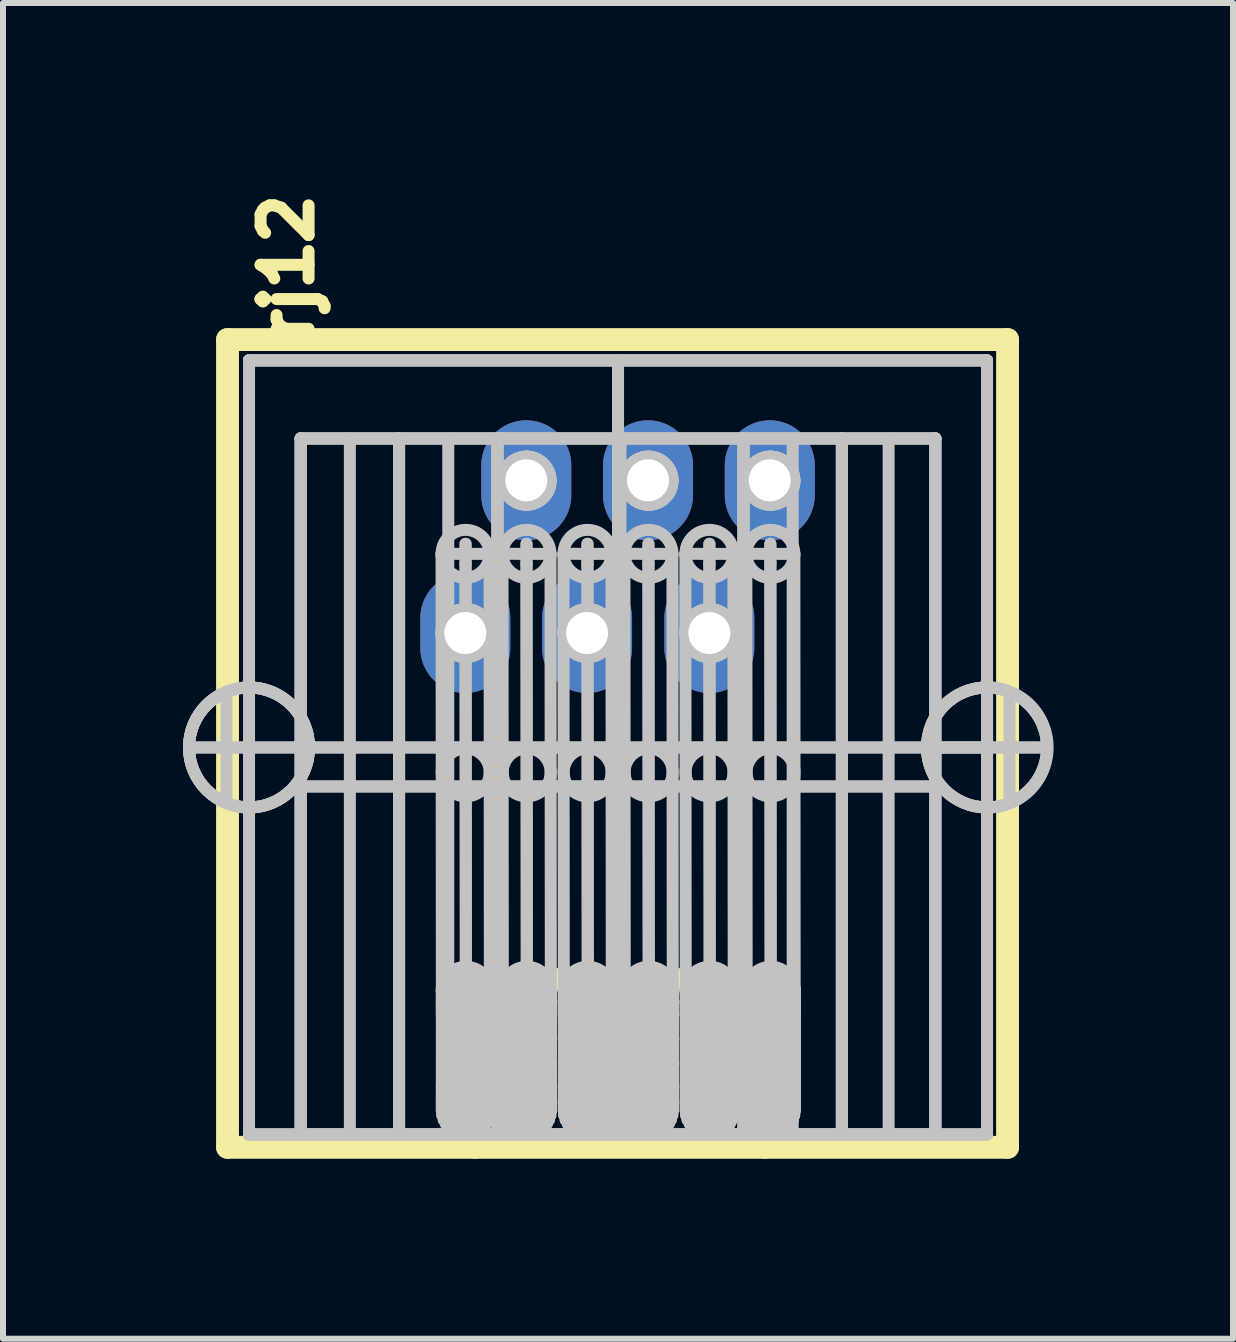
<source format=kicad_pcb>
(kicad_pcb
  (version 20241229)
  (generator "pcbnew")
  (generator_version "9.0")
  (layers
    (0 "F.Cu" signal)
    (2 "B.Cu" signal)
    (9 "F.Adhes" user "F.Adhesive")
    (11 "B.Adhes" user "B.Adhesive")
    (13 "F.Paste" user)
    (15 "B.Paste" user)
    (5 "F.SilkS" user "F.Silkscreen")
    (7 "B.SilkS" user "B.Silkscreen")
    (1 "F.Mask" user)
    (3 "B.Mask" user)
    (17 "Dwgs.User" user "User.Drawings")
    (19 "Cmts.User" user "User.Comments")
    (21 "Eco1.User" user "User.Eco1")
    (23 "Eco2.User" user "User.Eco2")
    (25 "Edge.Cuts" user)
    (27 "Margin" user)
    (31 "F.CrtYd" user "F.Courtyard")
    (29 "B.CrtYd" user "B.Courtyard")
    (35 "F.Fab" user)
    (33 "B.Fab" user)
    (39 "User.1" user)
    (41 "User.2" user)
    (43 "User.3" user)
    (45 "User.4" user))
  (footprint "rj12"
    (layer "F.Cu")
    (at 7.242 9.22)
    (property "Reference" "rj12" (at -5.509 -7.8 90) (layer "F.SilkS") (effects (font (size 0.8 0.8) (thickness 0.2))))
    (attr through_hole)
    (fp_line (start -6.5 -6.611) (end 6.5 -6.611) (stroke (width 0.381) (type solid)) (layer "F.SilkS"))
    (fp_line (start -6.5 6.851) (end -6.5 -6.611) (stroke (width 0.381) (type solid)) (layer "F.SilkS"))
    (fp_line (start -2.373 4.057) (end 2.453 4.057) (stroke (width 0.381) (type solid)) (layer "F.SilkS"))
    (fp_line (start -2.373 6.851) (end -2.373 4.057) (stroke (width 0.381) (type solid)) (layer "F.SilkS"))
    (fp_line (start 2.453 4.057) (end 2.453 6.851) (stroke (width 0.381) (type solid)) (layer "F.SilkS"))
    (fp_line (start 6.5 -6.611) (end 6.5 6.851) (stroke (width 0.381) (type solid)) (layer "F.SilkS"))
    (fp_line (start 6.501 6.851) (end -6.5 6.851) (stroke (width 0.381) (type solid)) (layer "F.SilkS"))
    (fp_line (start -7.142 0.187) (end -7.142 0.187) (stroke (width 0.2) (type solid)) (layer "Dwgs.User"))
    (fp_line (start -7.142 0.187) (end -6.142 0.187) (stroke (width 0.2) (type solid)) (layer "Dwgs.User"))
    (fp_line (start -7.142 0.187) (end -5.142 0.187) (stroke (width 0.2) (type solid)) (layer "Dwgs.User"))
    (fp_line (start -6.517 1.114) (end -6.517 -0.74) (stroke (width 0.2) (type solid)) (layer "Dwgs.User"))
    (fp_line (start -6.142 -6.263) (end -6.142 -6.263) (stroke (width 0.2) (type solid)) (layer "Dwgs.User"))
    (fp_line (start -6.142 -6.263) (end -6.142 -0.813) (stroke (width 0.2) (type solid)) (layer "Dwgs.User"))
    (fp_line (start -6.142 -6.263) (end -6.142 6.637) (stroke (width 0.2) (type solid)) (layer "Dwgs.User"))
    (fp_line (start -6.142 -6.263) (end -6.142 6.637) (stroke (width 0.2) (type solid)) (layer "Dwgs.User"))
    (fp_line (start -6.142 -0.813) (end -6.142 -0.813) (stroke (width 0.2) (type solid)) (layer "Dwgs.User"))
    (fp_line (start -6.142 -0.813) (end -6.142 -0.813) (stroke (width 0.2) (type solid)) (layer "Dwgs.User"))
    (fp_line (start -6.142 0.187) (end -6.142 0.187) (stroke (width 0.2) (type solid)) (layer "Dwgs.User"))
    (fp_line (start -6.142 0.187) (end 6.158 0.187) (stroke (width 0.2) (type solid)) (layer "Dwgs.User"))
    (fp_line (start -6.142 1.187) (end -6.142 -0.813) (stroke (width 0.2) (type solid)) (layer "Dwgs.User"))
    (fp_line (start -6.142 1.187) (end -6.142 -0.813) (stroke (width 0.2) (type solid)) (layer "Dwgs.User"))
    (fp_line (start -6.142 1.187) (end -6.142 1.187) (stroke (width 0.2) (type solid)) (layer "Dwgs.User"))
    (fp_line (start -6.142 1.187) (end -6.142 1.187) (stroke (width 0.2) (type solid)) (layer "Dwgs.User"))
    (fp_line (start -6.142 1.187) (end -6.142 6.637) (stroke (width 0.2) (type solid)) (layer "Dwgs.User"))
    (fp_line (start -6.142 6.637) (end -6.142 6.637) (stroke (width 0.2) (type solid)) (layer "Dwgs.User"))
    (fp_line (start -6.142 6.637) (end -5.281 6.637) (stroke (width 0.2) (type solid)) (layer "Dwgs.User"))
    (fp_line (start -6.142 6.637) (end 6.158 6.637) (stroke (width 0.2) (type solid)) (layer "Dwgs.User"))
    (fp_line (start -6.142 6.637) (end 6.158 6.637) (stroke (width 0.2) (type solid)) (layer "Dwgs.User"))
    (fp_line (start -5.281 -4.963) (end -5.281 -4.963) (stroke (width 0.2) (type solid)) (layer "Dwgs.User"))
    (fp_line (start -5.281 -4.963) (end -5.281 6.637) (stroke (width 0.2) (type solid)) (layer "Dwgs.User"))
    (fp_line (start -5.281 -4.963) (end -5.281 6.637) (stroke (width 0.2) (type solid)) (layer "Dwgs.User"))
    (fp_line (start -5.281 -4.963) (end -5.281 6.637) (stroke (width 0.2) (type solid)) (layer "Dwgs.User"))
    (fp_line (start -5.281 -4.963) (end 5.297 -4.963) (stroke (width 0.2) (type solid)) (layer "Dwgs.User"))
    (fp_line (start -5.281 -4.963) (end 5.297 -4.963) (stroke (width 0.2) (type solid)) (layer "Dwgs.User"))
    (fp_line (start -5.281 0.837) (end -5.281 0.837) (stroke (width 0.2) (type solid)) (layer "Dwgs.User"))
    (fp_line (start -5.281 0.837) (end 5.297 0.837) (stroke (width 0.2) (type solid)) (layer "Dwgs.User"))
    (fp_line (start -5.281 6.637) (end -5.281 6.637) (stroke (width 0.2) (type solid)) (layer "Dwgs.User"))
    (fp_line (start -5.281 6.637) (end 5.297 6.637) (stroke (width 0.2) (type solid)) (layer "Dwgs.User"))
    (fp_line (start -5.142 0.187) (end -5.142 0.187) (stroke (width 0.2) (type solid)) (layer "Dwgs.User"))
    (fp_line (start -5.142 0.187) (end 6.158 0.187) (stroke (width 0.2) (type solid)) (layer "Dwgs.User"))
    (fp_line (start -4.461 -4.963) (end -4.461 6.637) (stroke (width 0.2) (type solid)) (layer "Dwgs.User"))
    (fp_line (start -3.641 -4.963) (end -5.281 -4.963) (stroke (width 0.2) (type solid)) (layer "Dwgs.User"))
    (fp_line (start -3.641 -4.963) (end -3.641 -4.963) (stroke (width 0.2) (type solid)) (layer "Dwgs.User"))
    (fp_line (start -3.641 -4.963) (end -3.641 6.637) (stroke (width 0.2) (type solid)) (layer "Dwgs.User"))
    (fp_line (start -3.641 -4.963) (end -3.641 6.637) (stroke (width 0.2) (type solid)) (layer "Dwgs.User"))
    (fp_line (start -3.641 -4.963) (end -3.641 6.637) (stroke (width 0.2) (type solid)) (layer "Dwgs.User"))
    (fp_line (start -3.641 0.837) (end -5.281 0.837) (stroke (width 0.2) (type solid)) (layer "Dwgs.User"))
    (fp_line (start -3.641 0.837) (end -3.641 0.837) (stroke (width 0.2) (type solid)) (layer "Dwgs.User"))
    (fp_line (start -3.641 6.637) (end -5.281 6.637) (stroke (width 0.2) (type solid)) (layer "Dwgs.User"))
    (fp_line (start -3.641 6.637) (end -3.641 6.637) (stroke (width 0.2) (type solid)) (layer "Dwgs.User"))
    (fp_line (start -2.933 -3.04) (end -2.928 4.243) (stroke (width 0.2) (type solid)) (layer "Dwgs.User"))
    (fp_line (start -2.933 -3.04) (end -2.133 -3.039) (stroke (width 0.2) (type solid)) (layer "Dwgs.User"))
    (fp_line (start -2.933 -1.719) (end -2.933 -1.719) (stroke (width 0.2) (type solid)) (layer "Dwgs.User"))
    (fp_line (start -2.928 4.215) (end -2.928 4.631) (stroke (width 0.2) (type solid)) (layer "Dwgs.User"))
    (fp_line (start -2.928 4.423) (end -2.926 4.646) (stroke (width 0.2) (type solid)) (layer "Dwgs.User"))
    (fp_line (start -2.928 4.631) (end -2.928 5.046) (stroke (width 0.2) (type solid)) (layer "Dwgs.User"))
    (fp_line (start -2.928 5.046) (end -2.928 5.461) (stroke (width 0.2) (type solid)) (layer "Dwgs.User"))
    (fp_line (start -2.928 5.461) (end -2.928 5.837) (stroke (width 0.2) (type solid)) (layer "Dwgs.User"))
    (fp_line (start -2.928 5.837) (end -2.928 6.106) (stroke (width 0.2) (type solid)) (layer "Dwgs.User"))
    (fp_line (start -2.928 6.106) (end -2.928 6.24) (stroke (width 0.2) (type solid)) (layer "Dwgs.User"))
    (fp_line (start -2.928 6.24) (end -2.92 4.183) (stroke (width 0.2) (type solid)) (layer "Dwgs.User"))
    (fp_line (start -2.928 4.243) (end -2.128 4.244) (stroke (width 0.2) (type solid)) (layer "Dwgs.User"))
    (fp_line (start -2.926 4.439) (end -2.898 4.362) (stroke (width 0.2) (type solid)) (layer "Dwgs.User"))
    (fp_line (start -2.926 4.646) (end -2.92 4.455) (stroke (width 0.2) (type solid)) (layer "Dwgs.User"))
    (fp_line (start -2.92 4.247) (end -2.92 4.663) (stroke (width 0.2) (type solid)) (layer "Dwgs.User"))
    (fp_line (start -2.92 4.455) (end -2.926 4.439) (stroke (width 0.2) (type solid)) (layer "Dwgs.User"))
    (fp_line (start -2.92 4.663) (end -2.92 5.078) (stroke (width 0.2) (type solid)) (layer "Dwgs.User"))
    (fp_line (start -2.92 5.078) (end -2.92 5.493) (stroke (width 0.2) (type solid)) (layer "Dwgs.User"))
    (fp_line (start -2.92 5.493) (end -2.92 5.891) (stroke (width 0.2) (type solid)) (layer "Dwgs.User"))
    (fp_line (start -2.92 5.891) (end -2.92 6.177) (stroke (width 0.2) (type solid)) (layer "Dwgs.User"))
    (fp_line (start -2.92 6.177) (end -2.92 6.318) (stroke (width 0.2) (type solid)) (layer "Dwgs.User"))
    (fp_line (start -2.92 6.318) (end -2.928 4.215) (stroke (width 0.2) (type solid)) (layer "Dwgs.User"))
    (fp_line (start -2.92 4.183) (end -2.92 4.598) (stroke (width 0.2) (type solid)) (layer "Dwgs.User"))
    (fp_line (start -2.92 4.39) (end -2.911 4.376) (stroke (width 0.2) (type solid)) (layer "Dwgs.User"))
    (fp_line (start -2.92 4.598) (end -2.92 5.013) (stroke (width 0.2) (type solid)) (layer "Dwgs.User"))
    (fp_line (start -2.92 5.013) (end -2.92 5.429) (stroke (width 0.2) (type solid)) (layer "Dwgs.User"))
    (fp_line (start -2.92 5.429) (end -2.92 5.782) (stroke (width 0.2) (type solid)) (layer "Dwgs.User"))
    (fp_line (start -2.92 5.782) (end -2.92 6.035) (stroke (width 0.2) (type solid)) (layer "Dwgs.User"))
    (fp_line (start -2.92 6.035) (end -2.92 6.16) (stroke (width 0.2) (type solid)) (layer "Dwgs.User"))
    (fp_line (start -2.92 6.16) (end -2.898 4.154) (stroke (width 0.2) (type solid)) (layer "Dwgs.User"))
    (fp_line (start -2.911 4.376) (end -2.862 4.334) (stroke (width 0.2) (type solid)) (layer "Dwgs.User"))
    (fp_line (start -2.911 4.584) (end -2.92 4.39) (stroke (width 0.2) (type solid)) (layer "Dwgs.User"))
    (fp_line (start -2.898 4.154) (end -2.898 4.569) (stroke (width 0.2) (type solid)) (layer "Dwgs.User"))
    (fp_line (start -2.898 4.362) (end -2.911 4.584) (stroke (width 0.2) (type solid)) (layer "Dwgs.User"))
    (fp_line (start -2.898 4.569) (end -2.898 4.984) (stroke (width 0.2) (type solid)) (layer "Dwgs.User"))
    (fp_line (start -2.898 4.984) (end -2.898 5.4) (stroke (width 0.2) (type solid)) (layer "Dwgs.User"))
    (fp_line (start -2.898 5.4) (end -2.898 5.733) (stroke (width 0.2) (type solid)) (layer "Dwgs.User"))
    (fp_line (start -2.898 5.733) (end -2.898 5.972) (stroke (width 0.2) (type solid)) (layer "Dwgs.User"))
    (fp_line (start -2.898 5.972) (end -2.898 6.09) (stroke (width 0.2) (type solid)) (layer "Dwgs.User"))
    (fp_line (start -2.898 6.09) (end -2.862 4.126) (stroke (width 0.2) (type solid)) (layer "Dwgs.User"))
    (fp_line (start -2.896 4.279) (end -2.896 4.694) (stroke (width 0.2) (type solid)) (layer "Dwgs.User"))
    (fp_line (start -2.896 4.487) (end -2.879 4.708) (stroke (width 0.2) (type solid)) (layer "Dwgs.User"))
    (fp_line (start -2.896 4.694) (end -2.896 5.11) (stroke (width 0.2) (type solid)) (layer "Dwgs.User"))
    (fp_line (start -2.896 5.11) (end -2.896 5.525) (stroke (width 0.2) (type solid)) (layer "Dwgs.User"))
    (fp_line (start -2.896 5.525) (end -2.896 5.945) (stroke (width 0.2) (type solid)) (layer "Dwgs.User"))
    (fp_line (start -2.896 5.945) (end -2.896 6.246) (stroke (width 0.2) (type solid)) (layer "Dwgs.User"))
    (fp_line (start -2.896 6.246) (end -2.896 6.395) (stroke (width 0.2) (type solid)) (layer "Dwgs.User"))
    (fp_line (start -2.896 6.395) (end -2.92 4.247) (stroke (width 0.2) (type solid)) (layer "Dwgs.User"))
    (fp_line (start -2.882 4.347) (end -2.752 4.288) (stroke (width 0.2) (type solid)) (layer "Dwgs.User"))
    (fp_line (start -2.882 4.555) (end -2.882 4.347) (stroke (width 0.2) (type solid)) (layer "Dwgs.User"))
    (fp_line (start -2.879 4.501) (end -2.928 4.423) (stroke (width 0.2) (type solid)) (layer "Dwgs.User"))
    (fp_line (start -2.879 4.708) (end -2.879 4.501) (stroke (width 0.2) (type solid)) (layer "Dwgs.User"))
    (fp_line (start -2.862 4.126) (end -2.862 4.541) (stroke (width 0.2) (type solid)) (layer "Dwgs.User"))
    (fp_line (start -2.862 4.334) (end -2.882 4.555) (stroke (width 0.2) (type solid)) (layer "Dwgs.User"))
    (fp_line (start -2.862 4.541) (end -2.862 4.957) (stroke (width 0.2) (type solid)) (layer "Dwgs.User"))
    (fp_line (start -2.862 4.957) (end -2.862 5.372) (stroke (width 0.2) (type solid)) (layer "Dwgs.User"))
    (fp_line (start -2.862 5.372) (end -2.862 5.686) (stroke (width 0.2) (type solid)) (layer "Dwgs.User"))
    (fp_line (start -2.862 5.686) (end -2.862 5.911) (stroke (width 0.2) (type solid)) (layer "Dwgs.User"))
    (fp_line (start -2.862 5.911) (end -2.862 6.022) (stroke (width 0.2) (type solid)) (layer "Dwgs.User"))
    (fp_line (start -2.862 6.022) (end -2.812 4.101) (stroke (width 0.2) (type solid)) (layer "Dwgs.User"))
    (fp_line (start -2.859 4.307) (end -2.859 4.722) (stroke (width 0.2) (type solid)) (layer "Dwgs.User"))
    (fp_line (start -2.859 4.514) (end -2.836 4.735) (stroke (width 0.2) (type solid)) (layer "Dwgs.User"))
    (fp_line (start -2.859 4.722) (end -2.859 5.137) (stroke (width 0.2) (type solid)) (layer "Dwgs.User"))
    (fp_line (start -2.859 5.137) (end -2.859 5.553) (stroke (width 0.2) (type solid)) (layer "Dwgs.User"))
    (fp_line (start -2.859 5.553) (end -2.859 5.992) (stroke (width 0.2) (type solid)) (layer "Dwgs.User"))
    (fp_line (start -2.859 5.992) (end -2.859 6.307) (stroke (width 0.2) (type solid)) (layer "Dwgs.User"))
    (fp_line (start -2.859 6.307) (end -2.859 6.462) (stroke (width 0.2) (type solid)) (layer "Dwgs.User"))
    (fp_line (start -2.859 6.462) (end -2.896 4.279) (stroke (width 0.2) (type solid)) (layer "Dwgs.User"))
    (fp_line (start -2.836 4.527) (end -2.896 4.487) (stroke (width 0.2) (type solid)) (layer "Dwgs.User"))
    (fp_line (start -2.836 4.735) (end -2.809 4.539) (stroke (width 0.2) (type solid)) (layer "Dwgs.User"))
    (fp_line (start -2.821 -4.963) (end -2.821 6.637) (stroke (width 0.2) (type solid)) (layer "Dwgs.User"))
    (fp_line (start -2.812 4.101) (end -2.812 4.516) (stroke (width 0.2) (type solid)) (layer "Dwgs.User"))
    (fp_line (start -2.812 4.309) (end -2.783 4.298) (stroke (width 0.2) (type solid)) (layer "Dwgs.User"))
    (fp_line (start -2.812 4.516) (end -2.812 4.932) (stroke (width 0.2) (type solid)) (layer "Dwgs.User"))
    (fp_line (start -2.812 4.932) (end -2.812 5.347) (stroke (width 0.2) (type solid)) (layer "Dwgs.User"))
    (fp_line (start -2.812 5.347) (end -2.812 5.644) (stroke (width 0.2) (type solid)) (layer "Dwgs.User"))
    (fp_line (start -2.812 5.644) (end -2.812 5.856) (stroke (width 0.2) (type solid)) (layer "Dwgs.User"))
    (fp_line (start -2.812 5.856) (end -2.812 5.961) (stroke (width 0.2) (type solid)) (layer "Dwgs.User"))
    (fp_line (start -2.812 5.961) (end -2.752 4.081) (stroke (width 0.2) (type solid)) (layer "Dwgs.User"))
    (fp_line (start -2.809 4.331) (end -2.809 4.746) (stroke (width 0.2) (type solid)) (layer "Dwgs.User"))
    (fp_line (start -2.809 4.539) (end -2.836 4.527) (stroke (width 0.2) (type solid)) (layer "Dwgs.User"))
    (fp_line (start -2.809 4.746) (end -2.809 5.162) (stroke (width 0.2) (type solid)) (layer "Dwgs.User"))
    (fp_line (start -2.809 5.162) (end -2.809 5.577) (stroke (width 0.2) (type solid)) (layer "Dwgs.User"))
    (fp_line (start -2.809 5.577) (end -2.809 6.033) (stroke (width 0.2) (type solid)) (layer "Dwgs.User"))
    (fp_line (start -2.809 6.033) (end -2.809 6.36) (stroke (width 0.2) (type solid)) (layer "Dwgs.User"))
    (fp_line (start -2.809 6.36) (end -2.809 6.522) (stroke (width 0.2) (type solid)) (layer "Dwgs.User"))
    (fp_line (start -2.809 6.522) (end -2.859 4.307) (stroke (width 0.2) (type solid)) (layer "Dwgs.User"))
    (fp_line (start -2.783 4.298) (end -2.684 4.273) (stroke (width 0.2) (type solid)) (layer "Dwgs.User"))
    (fp_line (start -2.783 4.506) (end -2.812 4.309) (stroke (width 0.2) (type solid)) (layer "Dwgs.User"))
    (fp_line (start -2.752 4.081) (end -2.752 4.496) (stroke (width 0.2) (type solid)) (layer "Dwgs.User"))
    (fp_line (start -2.752 4.288) (end -2.783 4.506) (stroke (width 0.2) (type solid)) (layer "Dwgs.User"))
    (fp_line (start -2.752 4.496) (end -2.752 4.911) (stroke (width 0.2) (type solid)) (layer "Dwgs.User"))
    (fp_line (start -2.752 4.911) (end -2.752 5.327) (stroke (width 0.2) (type solid)) (layer "Dwgs.User"))
    (fp_line (start -2.752 5.327) (end -2.752 5.609) (stroke (width 0.2) (type solid)) (layer "Dwgs.User"))
    (fp_line (start -2.752 5.609) (end -2.752 5.812) (stroke (width 0.2) (type solid)) (layer "Dwgs.User"))
    (fp_line (start -2.752 5.812) (end -2.752 5.911) (stroke (width 0.2) (type solid)) (layer "Dwgs.User"))
    (fp_line (start -2.752 5.911) (end -2.684 4.066) (stroke (width 0.2) (type solid)) (layer "Dwgs.User"))
    (fp_line (start -2.748 4.351) (end -2.748 4.767) (stroke (width 0.2) (type solid)) (layer "Dwgs.User"))
    (fp_line (start -2.748 4.559) (end -2.714 4.775) (stroke (width 0.2) (type solid)) (layer "Dwgs.User"))
    (fp_line (start -2.748 4.767) (end -2.748 5.182) (stroke (width 0.2) (type solid)) (layer "Dwgs.User"))
    (fp_line (start -2.748 5.182) (end -2.748 5.598) (stroke (width 0.2) (type solid)) (layer "Dwgs.User"))
    (fp_line (start -2.748 5.598) (end -2.748 6.067) (stroke (width 0.2) (type solid)) (layer "Dwgs.User"))
    (fp_line (start -2.748 6.067) (end -2.748 6.404) (stroke (width 0.2) (type solid)) (layer "Dwgs.User"))
    (fp_line (start -2.748 6.404) (end -2.748 6.571) (stroke (width 0.2) (type solid)) (layer "Dwgs.User"))
    (fp_line (start -2.748 6.571) (end -2.809 4.331) (stroke (width 0.2) (type solid)) (layer "Dwgs.User"))
    (fp_line (start -2.719 4.28) (end -2.528 4.26) (stroke (width 0.2) (type solid)) (layer "Dwgs.User"))
    (fp_line (start -2.719 4.488) (end -2.719 4.28) (stroke (width 0.2) (type solid)) (layer "Dwgs.User"))
    (fp_line (start -2.714 4.567) (end -2.859 4.514) (stroke (width 0.2) (type solid)) (layer "Dwgs.User"))
    (fp_line (start -2.714 4.775) (end -2.714 4.567) (stroke (width 0.2) (type solid)) (layer "Dwgs.User"))
    (fp_line (start -2.684 4.066) (end -2.684 4.481) (stroke (width 0.2) (type solid)) (layer "Dwgs.User"))
    (fp_line (start -2.684 4.273) (end -2.719 4.488) (stroke (width 0.2) (type solid)) (layer "Dwgs.User"))
    (fp_line (start -2.684 4.481) (end -2.684 4.896) (stroke (width 0.2) (type solid)) (layer "Dwgs.User"))
    (fp_line (start -2.684 4.896) (end -2.684 5.312) (stroke (width 0.2) (type solid)) (layer "Dwgs.User"))
    (fp_line (start -2.684 5.312) (end -2.684 5.584) (stroke (width 0.2) (type solid)) (layer "Dwgs.User"))
    (fp_line (start -2.684 5.584) (end -2.684 5.779) (stroke (width 0.2) (type solid)) (layer "Dwgs.User"))
    (fp_line (start -2.684 5.779) (end -2.684 5.875) (stroke (width 0.2) (type solid)) (layer "Dwgs.User"))
    (fp_line (start -2.684 5.875) (end -2.607 4.056) (stroke (width 0.2) (type solid)) (layer "Dwgs.User"))
    (fp_line (start -2.679 4.366) (end -2.679 4.781) (stroke (width 0.2) (type solid)) (layer "Dwgs.User"))
    (fp_line (start -2.679 4.574) (end -2.644 4.786) (stroke (width 0.2) (type solid)) (layer "Dwgs.User"))
    (fp_line (start -2.679 4.781) (end -2.679 5.197) (stroke (width 0.2) (type solid)) (layer "Dwgs.User"))
    (fp_line (start -2.679 5.197) (end -2.679 5.613) (stroke (width 0.2) (type solid)) (layer "Dwgs.User"))
    (fp_line (start -2.679 5.613) (end -2.679 6.092) (stroke (width 0.2) (type solid)) (layer "Dwgs.User"))
    (fp_line (start -2.679 6.092) (end -2.679 6.437) (stroke (width 0.2) (type solid)) (layer "Dwgs.User"))
    (fp_line (start -2.679 6.437) (end -2.679 6.607) (stroke (width 0.2) (type solid)) (layer "Dwgs.User"))
    (fp_line (start -2.679 6.607) (end -2.748 4.351) (stroke (width 0.2) (type solid)) (layer "Dwgs.User"))
    (fp_line (start -2.644 4.579) (end -2.748 4.559) (stroke (width 0.2) (type solid)) (layer "Dwgs.User"))
    (fp_line (start -2.644 4.786) (end -2.608 4.582) (stroke (width 0.2) (type solid)) (layer "Dwgs.User"))
    (fp_line (start -2.608 4.375) (end -2.608 4.79) (stroke (width 0.2) (type solid)) (layer "Dwgs.User"))
    (fp_line (start -2.608 4.582) (end -2.644 4.579) (stroke (width 0.2) (type solid)) (layer "Dwgs.User"))
    (fp_line (start -2.608 4.79) (end -2.608 5.205) (stroke (width 0.2) (type solid)) (layer "Dwgs.User"))
    (fp_line (start -2.608 5.205) (end -2.608 5.621) (stroke (width 0.2) (type solid)) (layer "Dwgs.User"))
    (fp_line (start -2.608 5.621) (end -2.608 6.107) (stroke (width 0.2) (type solid)) (layer "Dwgs.User"))
    (fp_line (start -2.608 6.107) (end -2.608 6.456) (stroke (width 0.2) (type solid)) (layer "Dwgs.User"))
    (fp_line (start -2.608 6.456) (end -2.608 6.628) (stroke (width 0.2) (type solid)) (layer "Dwgs.User"))
    (fp_line (start -2.608 6.628) (end -2.679 4.366) (stroke (width 0.2) (type solid)) (layer "Dwgs.User"))
    (fp_line (start -2.607 4.056) (end -2.607 4.471) (stroke (width 0.2) (type solid)) (layer "Dwgs.User"))
    (fp_line (start -2.607 4.264) (end -2.567 4.261) (stroke (width 0.2) (type solid)) (layer "Dwgs.User"))
    (fp_line (start -2.607 4.471) (end -2.607 4.886) (stroke (width 0.2) (type solid)) (layer "Dwgs.User"))
    (fp_line (start -2.607 4.886) (end -2.607 5.302) (stroke (width 0.2) (type solid)) (layer "Dwgs.User"))
    (fp_line (start -2.607 5.302) (end -2.607 5.568) (stroke (width 0.2) (type solid)) (layer "Dwgs.User"))
    (fp_line (start -2.607 5.568) (end -2.607 5.757) (stroke (width 0.2) (type solid)) (layer "Dwgs.User"))
    (fp_line (start -2.607 5.757) (end -2.607 5.851) (stroke (width 0.2) (type solid)) (layer "Dwgs.User"))
    (fp_line (start -2.607 5.851) (end -2.528 4.053) (stroke (width 0.2) (type solid)) (layer "Dwgs.User"))
    (fp_line (start -2.567 4.261) (end -2.377 4.272) (stroke (width 0.2) (type solid)) (layer "Dwgs.User"))
    (fp_line (start -2.567 4.469) (end -2.607 4.264) (stroke (width 0.2) (type solid)) (layer "Dwgs.User"))
    (fp_line (start -2.533 -3.207) (end -2.533 -2.872) (stroke (width 0.2) (type solid)) (layer "Dwgs.User"))
    (fp_line (start -2.533 -3.207) (end -2.528 4.076) (stroke (width 0.2) (type solid)) (layer "Dwgs.User"))
    (fp_line (start -2.533 -2.119) (end -2.533 -2.119) (stroke (width 0.2) (type solid)) (layer "Dwgs.User"))
    (fp_line (start -2.533 -1.319) (end -2.533 -2.119) (stroke (width 0.2) (type solid)) (layer "Dwgs.User"))
    (fp_line (start -2.533 -1.319) (end -2.533 -2.119) (stroke (width 0.2) (type solid)) (layer "Dwgs.User"))
    (fp_line (start -2.533 -1.319) (end -2.533 -1.319) (stroke (width 0.2) (type solid)) (layer "Dwgs.User"))
    (fp_line (start -2.533 -2.872) (end -2.528 4.411) (stroke (width 0.2) (type solid)) (layer "Dwgs.User"))
    (fp_line (start -2.528 4.053) (end -2.528 4.468) (stroke (width 0.2) (type solid)) (layer "Dwgs.User"))
    (fp_line (start -2.528 4.26) (end -2.567 4.469) (stroke (width 0.2) (type solid)) (layer "Dwgs.User"))
    (fp_line (start -2.528 4.378) (end -2.528 4.793) (stroke (width 0.2) (type solid)) (layer "Dwgs.User"))
    (fp_line (start -2.528 4.468) (end -2.528 4.883) (stroke (width 0.2) (type solid)) (layer "Dwgs.User"))
    (fp_line (start -2.528 4.586) (end -2.489 4.793) (stroke (width 0.2) (type solid)) (layer "Dwgs.User"))
    (fp_line (start -2.528 4.793) (end -2.528 5.209) (stroke (width 0.2) (type solid)) (layer "Dwgs.User"))
    (fp_line (start -2.528 4.883) (end -2.528 5.299) (stroke (width 0.2) (type solid)) (layer "Dwgs.User"))
    (fp_line (start -2.528 5.209) (end -2.528 5.625) (stroke (width 0.2) (type solid)) (layer "Dwgs.User"))
    (fp_line (start -2.528 5.299) (end -2.528 5.562) (stroke (width 0.2) (type solid)) (layer "Dwgs.User"))
    (fp_line (start -2.528 5.562) (end -2.528 5.75) (stroke (width 0.2) (type solid)) (layer "Dwgs.User"))
    (fp_line (start -2.528 5.625) (end -2.528 6.113) (stroke (width 0.2) (type solid)) (layer "Dwgs.User"))
    (fp_line (start -2.528 5.75) (end -2.528 5.843) (stroke (width 0.2) (type solid)) (layer "Dwgs.User"))
    (fp_line (start -2.528 5.843) (end -2.448 4.056) (stroke (width 0.2) (type solid)) (layer "Dwgs.User"))
    (fp_line (start -2.528 6.113) (end -2.528 6.463) (stroke (width 0.2) (type solid)) (layer "Dwgs.User"))
    (fp_line (start -2.528 6.463) (end -2.528 6.636) (stroke (width 0.2) (type solid)) (layer "Dwgs.User"))
    (fp_line (start -2.528 6.636) (end -2.608 4.375) (stroke (width 0.2) (type solid)) (layer "Dwgs.User"))
    (fp_line (start -2.528 4.076) (end -2.528 4.411) (stroke (width 0.2) (type solid)) (layer "Dwgs.User"))
    (fp_line (start -2.489 4.585) (end -2.679 4.574) (stroke (width 0.2) (type solid)) (layer "Dwgs.User"))
    (fp_line (start -2.489 4.793) (end -2.449 4.582) (stroke (width 0.2) (type solid)) (layer "Dwgs.User"))
    (fp_line (start -2.449 4.375) (end -2.449 4.79) (stroke (width 0.2) (type solid)) (layer "Dwgs.User"))
    (fp_line (start -2.449 4.582) (end -2.489 4.585) (stroke (width 0.2) (type solid)) (layer "Dwgs.User"))
    (fp_line (start -2.449 4.79) (end -2.449 5.205) (stroke (width 0.2) (type solid)) (layer "Dwgs.User"))
    (fp_line (start -2.449 5.205) (end -2.449 5.622) (stroke (width 0.2) (type solid)) (layer "Dwgs.User"))
    (fp_line (start -2.449 5.622) (end -2.449 6.107) (stroke (width 0.2) (type solid)) (layer "Dwgs.User"))
    (fp_line (start -2.449 6.107) (end -2.449 6.456) (stroke (width 0.2) (type solid)) (layer "Dwgs.User"))
    (fp_line (start -2.449 6.456) (end -2.449 6.629) (stroke (width 0.2) (type solid)) (layer "Dwgs.User"))
    (fp_line (start -2.449 6.629) (end -2.528 4.378) (stroke (width 0.2) (type solid)) (layer "Dwgs.User"))
    (fp_line (start -2.448 4.056) (end -2.448 4.471) (stroke (width 0.2) (type solid)) (layer "Dwgs.User"))
    (fp_line (start -2.448 4.264) (end -2.412 4.267) (stroke (width 0.2) (type solid)) (layer "Dwgs.User"))
    (fp_line (start -2.448 4.471) (end -2.448 4.887) (stroke (width 0.2) (type solid)) (layer "Dwgs.User"))
    (fp_line (start -2.448 4.887) (end -2.448 5.302) (stroke (width 0.2) (type solid)) (layer "Dwgs.User"))
    (fp_line (start -2.448 5.302) (end -2.448 5.568) (stroke (width 0.2) (type solid)) (layer "Dwgs.User"))
    (fp_line (start -2.448 5.568) (end -2.448 5.758) (stroke (width 0.2) (type solid)) (layer "Dwgs.User"))
    (fp_line (start -2.448 5.758) (end -2.448 5.851) (stroke (width 0.2) (type solid)) (layer "Dwgs.User"))
    (fp_line (start -2.448 5.851) (end -2.377 4.065) (stroke (width 0.2) (type solid)) (layer "Dwgs.User"))
    (fp_line (start -2.412 4.267) (end -2.308 4.287) (stroke (width 0.2) (type solid)) (layer "Dwgs.User"))
    (fp_line (start -2.412 4.475) (end -2.448 4.264) (stroke (width 0.2) (type solid)) (layer "Dwgs.User"))
    (fp_line (start -2.377 4.065) (end -2.377 4.48) (stroke (width 0.2) (type solid)) (layer "Dwgs.User"))
    (fp_line (start -2.377 4.272) (end -2.412 4.475) (stroke (width 0.2) (type solid)) (layer "Dwgs.User"))
    (fp_line (start -2.377 4.48) (end -2.377 4.895) (stroke (width 0.2) (type solid)) (layer "Dwgs.User"))
    (fp_line (start -2.377 4.895) (end -2.377 5.311) (stroke (width 0.2) (type solid)) (layer "Dwgs.User"))
    (fp_line (start -2.377 5.311) (end -2.377 5.583) (stroke (width 0.2) (type solid)) (layer "Dwgs.User"))
    (fp_line (start -2.377 5.583) (end -2.377 5.777) (stroke (width 0.2) (type solid)) (layer "Dwgs.User"))
    (fp_line (start -2.377 5.777) (end -2.377 5.873) (stroke (width 0.2) (type solid)) (layer "Dwgs.User"))
    (fp_line (start -2.377 5.873) (end -2.308 4.08) (stroke (width 0.2) (type solid)) (layer "Dwgs.User"))
    (fp_line (start -2.371 4.365) (end -2.371 4.78) (stroke (width 0.2) (type solid)) (layer "Dwgs.User"))
    (fp_line (start -2.371 4.573) (end -2.337 4.774) (stroke (width 0.2) (type solid)) (layer "Dwgs.User"))
    (fp_line (start -2.371 4.78) (end -2.371 5.196) (stroke (width 0.2) (type solid)) (layer "Dwgs.User"))
    (fp_line (start -2.371 5.196) (end -2.371 5.612) (stroke (width 0.2) (type solid)) (layer "Dwgs.User"))
    (fp_line (start -2.371 5.612) (end -2.371 6.091) (stroke (width 0.2) (type solid)) (layer "Dwgs.User"))
    (fp_line (start -2.371 6.091) (end -2.371 6.435) (stroke (width 0.2) (type solid)) (layer "Dwgs.User"))
    (fp_line (start -2.371 6.435) (end -2.371 6.605) (stroke (width 0.2) (type solid)) (layer "Dwgs.User"))
    (fp_line (start -2.371 6.605) (end -2.449 4.375) (stroke (width 0.2) (type solid)) (layer "Dwgs.User"))
    (fp_line (start -2.342 4.279) (end -2.197 4.332) (stroke (width 0.2) (type solid)) (layer "Dwgs.User"))
    (fp_line (start -2.342 4.487) (end -2.342 4.279) (stroke (width 0.2) (type solid)) (layer "Dwgs.User"))
    (fp_line (start -2.337 4.566) (end -2.528 4.586) (stroke (width 0.2) (type solid)) (layer "Dwgs.User"))
    (fp_line (start -2.337 4.774) (end -2.337 4.566) (stroke (width 0.2) (type solid)) (layer "Dwgs.User"))
    (fp_line (start -2.308 4.08) (end -2.308 4.495) (stroke (width 0.2) (type solid)) (layer "Dwgs.User"))
    (fp_line (start -2.308 4.287) (end -2.342 4.487) (stroke (width 0.2) (type solid)) (layer "Dwgs.User"))
    (fp_line (start -2.308 4.495) (end -2.308 4.91) (stroke (width 0.2) (type solid)) (layer "Dwgs.User"))
    (fp_line (start -2.308 4.91) (end -2.308 5.325) (stroke (width 0.2) (type solid)) (layer "Dwgs.User"))
    (fp_line (start -2.308 5.325) (end -2.308 5.607) (stroke (width 0.2) (type solid)) (layer "Dwgs.User"))
    (fp_line (start -2.308 5.607) (end -2.308 5.809) (stroke (width 0.2) (type solid)) (layer "Dwgs.User"))
    (fp_line (start -2.308 5.809) (end -2.308 5.908) (stroke (width 0.2) (type solid)) (layer "Dwgs.User"))
    (fp_line (start -2.308 5.908) (end -2.246 4.1) (stroke (width 0.2) (type solid)) (layer "Dwgs.User"))
    (fp_line (start -2.303 4.35) (end -2.303 4.765) (stroke (width 0.2) (type solid)) (layer "Dwgs.User"))
    (fp_line (start -2.303 4.558) (end -2.272 4.756) (stroke (width 0.2) (type solid)) (layer "Dwgs.User"))
    (fp_line (start -2.303 4.765) (end -2.303 5.181) (stroke (width 0.2) (type solid)) (layer "Dwgs.User"))
    (fp_line (start -2.303 5.181) (end -2.303 5.596) (stroke (width 0.2) (type solid)) (layer "Dwgs.User"))
    (fp_line (start -2.303 5.596) (end -2.303 6.065) (stroke (width 0.2) (type solid)) (layer "Dwgs.User"))
    (fp_line (start -2.303 6.065) (end -2.303 6.402) (stroke (width 0.2) (type solid)) (layer "Dwgs.User"))
    (fp_line (start -2.303 6.402) (end -2.303 6.568) (stroke (width 0.2) (type solid)) (layer "Dwgs.User"))
    (fp_line (start -2.303 6.568) (end -2.371 4.365) (stroke (width 0.2) (type solid)) (layer "Dwgs.User"))
    (fp_line (start -2.272 4.548) (end -2.371 4.573) (stroke (width 0.2) (type solid)) (layer "Dwgs.User"))
    (fp_line (start -2.272 4.756) (end -2.244 4.537) (stroke (width 0.2) (type solid)) (layer "Dwgs.User"))
    (fp_line (start -2.246 4.1) (end -2.246 4.515) (stroke (width 0.2) (type solid)) (layer "Dwgs.User"))
    (fp_line (start -2.246 4.307) (end -2.22 4.319) (stroke (width 0.2) (type solid)) (layer "Dwgs.User"))
    (fp_line (start -2.246 4.515) (end -2.246 4.93) (stroke (width 0.2) (type solid)) (layer "Dwgs.User"))
    (fp_line (start -2.246 4.93) (end -2.246 5.346) (stroke (width 0.2) (type solid)) (layer "Dwgs.User"))
    (fp_line (start -2.246 5.346) (end -2.246 5.642) (stroke (width 0.2) (type solid)) (layer "Dwgs.User"))
    (fp_line (start -2.246 5.642) (end -2.246 5.853) (stroke (width 0.2) (type solid)) (layer "Dwgs.User"))
    (fp_line (start -2.246 5.853) (end -2.246 5.958) (stroke (width 0.2) (type solid)) (layer "Dwgs.User"))
    (fp_line (start -2.246 5.958) (end -2.197 4.124) (stroke (width 0.2) (type solid)) (layer "Dwgs.User"))
    (fp_line (start -2.244 4.33) (end -2.244 4.745) (stroke (width 0.2) (type solid)) (layer "Dwgs.User"))
    (fp_line (start -2.244 4.537) (end -2.272 4.548) (stroke (width 0.2) (type solid)) (layer "Dwgs.User"))
    (fp_line (start -2.244 4.745) (end -2.244 5.16) (stroke (width 0.2) (type solid)) (layer "Dwgs.User"))
    (fp_line (start -2.244 5.16) (end -2.244 5.576) (stroke (width 0.2) (type solid)) (layer "Dwgs.User"))
    (fp_line (start -2.244 5.576) (end -2.244 6.031) (stroke (width 0.2) (type solid)) (layer "Dwgs.User"))
    (fp_line (start -2.244 6.031) (end -2.244 6.357) (stroke (width 0.2) (type solid)) (layer "Dwgs.User"))
    (fp_line (start -2.244 6.357) (end -2.244 6.519) (stroke (width 0.2) (type solid)) (layer "Dwgs.User"))
    (fp_line (start -2.244 6.519) (end -2.303 4.35) (stroke (width 0.2) (type solid)) (layer "Dwgs.User"))
    (fp_line (start -2.22 4.319) (end -2.16 4.359) (stroke (width 0.2) (type solid)) (layer "Dwgs.User"))
    (fp_line (start -2.22 4.527) (end -2.246 4.307) (stroke (width 0.2) (type solid)) (layer "Dwgs.User"))
    (fp_line (start -2.197 4.124) (end -2.197 4.539) (stroke (width 0.2) (type solid)) (layer "Dwgs.User"))
    (fp_line (start -2.197 4.332) (end -2.22 4.527) (stroke (width 0.2) (type solid)) (layer "Dwgs.User"))
    (fp_line (start -2.197 4.539) (end -2.197 4.955) (stroke (width 0.2) (type solid)) (layer "Dwgs.User"))
    (fp_line (start -2.197 4.955) (end -2.197 5.37) (stroke (width 0.2) (type solid)) (layer "Dwgs.User"))
    (fp_line (start -2.197 5.37) (end -2.197 5.683) (stroke (width 0.2) (type solid)) (layer "Dwgs.User"))
    (fp_line (start -2.197 5.683) (end -2.197 5.907) (stroke (width 0.2) (type solid)) (layer "Dwgs.User"))
    (fp_line (start -2.197 5.907) (end -2.197 6.017) (stroke (width 0.2) (type solid)) (layer "Dwgs.User"))
    (fp_line (start -2.197 6.017) (end -2.16 4.152) (stroke (width 0.2) (type solid)) (layer "Dwgs.User"))
    (fp_line (start -2.194 4.305) (end -2.194 4.72) (stroke (width 0.2) (type solid)) (layer "Dwgs.User"))
    (fp_line (start -2.194 4.512) (end -2.174 4.706) (stroke (width 0.2) (type solid)) (layer "Dwgs.User"))
    (fp_line (start -2.194 4.72) (end -2.194 5.135) (stroke (width 0.2) (type solid)) (layer "Dwgs.User"))
    (fp_line (start -2.194 5.135) (end -2.194 5.551) (stroke (width 0.2) (type solid)) (layer "Dwgs.User"))
    (fp_line (start -2.194 5.551) (end -2.194 5.988) (stroke (width 0.2) (type solid)) (layer "Dwgs.User"))
    (fp_line (start -2.194 5.988) (end -2.194 6.302) (stroke (width 0.2) (type solid)) (layer "Dwgs.User"))
    (fp_line (start -2.194 6.302) (end -2.194 6.458) (stroke (width 0.2) (type solid)) (layer "Dwgs.User"))
    (fp_line (start -2.194 6.458) (end -2.244 4.33) (stroke (width 0.2) (type solid)) (layer "Dwgs.User"))
    (fp_line (start -2.177 4.345) (end -2.128 4.423) (stroke (width 0.2) (type solid)) (layer "Dwgs.User"))
    (fp_line (start -2.177 4.553) (end -2.177 4.345) (stroke (width 0.2) (type solid)) (layer "Dwgs.User"))
    (fp_line (start -2.174 4.499) (end -2.303 4.558) (stroke (width 0.2) (type solid)) (layer "Dwgs.User"))
    (fp_line (start -2.174 4.706) (end -2.174 4.499) (stroke (width 0.2) (type solid)) (layer "Dwgs.User"))
    (fp_line (start -2.16 4.152) (end -2.16 4.567) (stroke (width 0.2) (type solid)) (layer "Dwgs.User"))
    (fp_line (start -2.16 4.359) (end -2.177 4.553) (stroke (width 0.2) (type solid)) (layer "Dwgs.User"))
    (fp_line (start -2.16 4.567) (end -2.16 4.982) (stroke (width 0.2) (type solid)) (layer "Dwgs.User"))
    (fp_line (start -2.16 4.982) (end -2.16 5.398) (stroke (width 0.2) (type solid)) (layer "Dwgs.User"))
    (fp_line (start -2.16 5.398) (end -2.16 5.729) (stroke (width 0.2) (type solid)) (layer "Dwgs.User"))
    (fp_line (start -2.16 5.729) (end -2.16 5.967) (stroke (width 0.2) (type solid)) (layer "Dwgs.User"))
    (fp_line (start -2.16 5.967) (end -2.16 6.084) (stroke (width 0.2) (type solid)) (layer "Dwgs.User"))
    (fp_line (start -2.16 6.084) (end -2.136 4.183) (stroke (width 0.2) (type solid)) (layer "Dwgs.User"))
    (fp_line (start -2.158 4.277) (end -2.158 4.692) (stroke (width 0.2) (type solid)) (layer "Dwgs.User"))
    (fp_line (start -2.158 4.485) (end -2.145 4.678) (stroke (width 0.2) (type solid)) (layer "Dwgs.User"))
    (fp_line (start -2.158 4.692) (end -2.158 5.107) (stroke (width 0.2) (type solid)) (layer "Dwgs.User"))
    (fp_line (start -2.158 5.107) (end -2.158 5.523) (stroke (width 0.2) (type solid)) (layer "Dwgs.User"))
    (fp_line (start -2.158 5.523) (end -2.158 5.941) (stroke (width 0.2) (type solid)) (layer "Dwgs.User"))
    (fp_line (start -2.158 5.941) (end -2.158 6.241) (stroke (width 0.2) (type solid)) (layer "Dwgs.User"))
    (fp_line (start -2.158 6.241) (end -2.158 6.39) (stroke (width 0.2) (type solid)) (layer "Dwgs.User"))
    (fp_line (start -2.158 6.39) (end -2.194 4.305) (stroke (width 0.2) (type solid)) (layer "Dwgs.User"))
    (fp_line (start -2.145 4.47) (end -2.194 4.512) (stroke (width 0.2) (type solid)) (layer "Dwgs.User"))
    (fp_line (start -2.145 4.678) (end -2.145 4.47) (stroke (width 0.2) (type solid)) (layer "Dwgs.User"))
    (fp_line (start -2.136 4.248) (end -2.136 4.663) (stroke (width 0.2) (type solid)) (layer "Dwgs.User"))
    (fp_line (start -2.136 4.456) (end -2.13 4.647) (stroke (width 0.2) (type solid)) (layer "Dwgs.User"))
    (fp_line (start -2.136 4.663) (end -2.136 5.079) (stroke (width 0.2) (type solid)) (layer "Dwgs.User"))
    (fp_line (start -2.136 5.079) (end -2.136 5.494) (stroke (width 0.2) (type solid)) (layer "Dwgs.User"))
    (fp_line (start -2.136 5.494) (end -2.136 5.892) (stroke (width 0.2) (type solid)) (layer "Dwgs.User"))
    (fp_line (start -2.136 5.892) (end -2.136 6.178) (stroke (width 0.2) (type solid)) (layer "Dwgs.User"))
    (fp_line (start -2.136 6.178) (end -2.136 6.319) (stroke (width 0.2) (type solid)) (layer "Dwgs.User"))
    (fp_line (start -2.136 6.319) (end -2.158 4.277) (stroke (width 0.2) (type solid)) (layer "Dwgs.User"))
    (fp_line (start -2.136 4.183) (end -2.136 4.599) (stroke (width 0.2) (type solid)) (layer "Dwgs.User"))
    (fp_line (start -2.136 4.391) (end -2.13 4.407) (stroke (width 0.2) (type solid)) (layer "Dwgs.User"))
    (fp_line (start -2.136 4.599) (end -2.136 5.014) (stroke (width 0.2) (type solid)) (layer "Dwgs.User"))
    (fp_line (start -2.136 5.014) (end -2.136 5.429) (stroke (width 0.2) (type solid)) (layer "Dwgs.User"))
    (fp_line (start -2.136 5.429) (end -2.136 5.783) (stroke (width 0.2) (type solid)) (layer "Dwgs.User"))
    (fp_line (start -2.136 5.783) (end -2.136 6.036) (stroke (width 0.2) (type solid)) (layer "Dwgs.User"))
    (fp_line (start -2.136 6.036) (end -2.136 6.162) (stroke (width 0.2) (type solid)) (layer "Dwgs.User"))
    (fp_line (start -2.136 6.162) (end -2.128 4.215) (stroke (width 0.2) (type solid)) (layer "Dwgs.User"))
    (fp_line (start -2.133 -1.719) (end -2.933 -1.719) (stroke (width 0.2) (type solid)) (layer "Dwgs.User"))
    (fp_line (start -2.133 -1.719) (end -2.933 -1.719) (stroke (width 0.2) (type solid)) (layer "Dwgs.User"))
    (fp_line (start -2.133 -1.719) (end -2.133 -1.719) (stroke (width 0.2) (type solid)) (layer "Dwgs.User"))
    (fp_line (start -2.133 -3.039) (end -2.128 4.244) (stroke (width 0.2) (type solid)) (layer "Dwgs.User"))
    (fp_line (start -2.13 4.439) (end -2.158 4.485) (stroke (width 0.2) (type solid)) (layer "Dwgs.User"))
    (fp_line (start -2.13 4.647) (end -2.128 4.423) (stroke (width 0.2) (type solid)) (layer "Dwgs.User"))
    (fp_line (start -2.13 4.615) (end -2.136 4.391) (stroke (width 0.2) (type solid)) (layer "Dwgs.User"))
    (fp_line (start -2.128 4.215) (end -2.128 4.631) (stroke (width 0.2) (type solid)) (layer "Dwgs.User"))
    (fp_line (start -2.128 4.215) (end -2.128 4.631) (stroke (width 0.2) (type solid)) (layer "Dwgs.User"))
    (fp_line (start -2.128 4.423) (end -2.13 4.439) (stroke (width 0.2) (type solid)) (layer "Dwgs.User"))
    (fp_line (start -2.128 4.423) (end -2.13 4.615) (stroke (width 0.2) (type solid)) (layer "Dwgs.User"))
    (fp_line (start -2.128 4.631) (end -2.128 5.046) (stroke (width 0.2) (type solid)) (layer "Dwgs.User"))
    (fp_line (start -2.128 4.631) (end -2.128 5.046) (stroke (width 0.2) (type solid)) (layer "Dwgs.User"))
    (fp_line (start -2.128 5.046) (end -2.128 5.461) (stroke (width 0.2) (type solid)) (layer "Dwgs.User"))
    (fp_line (start -2.128 5.046) (end -2.128 5.461) (stroke (width 0.2) (type solid)) (layer "Dwgs.User"))
    (fp_line (start -2.128 5.461) (end -2.128 5.837) (stroke (width 0.2) (type solid)) (layer "Dwgs.User"))
    (fp_line (start -2.128 5.461) (end -2.128 5.837) (stroke (width 0.2) (type solid)) (layer "Dwgs.User"))
    (fp_line (start -2.128 5.837) (end -2.128 6.106) (stroke (width 0.2) (type solid)) (layer "Dwgs.User"))
    (fp_line (start -2.128 5.837) (end -2.128 6.106) (stroke (width 0.2) (type solid)) (layer "Dwgs.User"))
    (fp_line (start -2.128 6.106) (end -2.128 6.24) (stroke (width 0.2) (type solid)) (layer "Dwgs.User"))
    (fp_line (start -2.128 6.106) (end -2.128 6.24) (stroke (width 0.2) (type solid)) (layer "Dwgs.User"))
    (fp_line (start -2.128 6.24) (end -2.136 4.248) (stroke (width 0.2) (type solid)) (layer "Dwgs.User"))
    (fp_line (start -2.128 6.24) (end -2.136 4.456) (stroke (width 0.2) (type solid)) (layer "Dwgs.User"))
    (fp_line (start -2.001 -4.963) (end -3.641 -4.963) (stroke (width 0.2) (type solid)) (layer "Dwgs.User"))
    (fp_line (start -2.001 -4.963) (end -2.001 -4.963) (stroke (width 0.2) (type solid)) (layer "Dwgs.User"))
    (fp_line (start -2.001 -4.963) (end -2.001 6.637) (stroke (width 0.2) (type solid)) (layer "Dwgs.User"))
    (fp_line (start -2.001 -4.963) (end -2.001 6.637) (stroke (width 0.2) (type solid)) (layer "Dwgs.User"))
    (fp_line (start -2.001 0.837) (end -3.641 0.837) (stroke (width 0.2) (type solid)) (layer "Dwgs.User"))
    (fp_line (start -2.001 0.837) (end -2.001 0.837) (stroke (width 0.2) (type solid)) (layer "Dwgs.User"))
    (fp_line (start -2.001 0.837) (end 2.099 0.837) (stroke (width 0.2) (type solid)) (layer "Dwgs.User"))
    (fp_line (start -2.001 6.637) (end -3.641 6.637) (stroke (width 0.2) (type solid)) (layer "Dwgs.User"))
    (fp_line (start -2.001 6.637) (end -2.001 -4.963) (stroke (width 0.2) (type solid)) (layer "Dwgs.User"))
    (fp_line (start -2.001 6.637) (end -2.001 6.637) (stroke (width 0.2) (type solid)) (layer "Dwgs.User"))
    (fp_line (start -1.917 -4.259) (end -1.917 -4.259) (stroke (width 0.2) (type solid)) (layer "Dwgs.User"))
    (fp_line (start -1.917 -3.04) (end -1.912 4.243) (stroke (width 0.2) (type solid)) (layer "Dwgs.User"))
    (fp_line (start -1.917 -3.04) (end -1.117 -3.039) (stroke (width 0.2) (type solid)) (layer "Dwgs.User"))
    (fp_line (start -1.912 4.215) (end -1.912 4.631) (stroke (width 0.2) (type solid)) (layer "Dwgs.User"))
    (fp_line (start -1.912 4.423) (end -1.91 4.646) (stroke (width 0.2) (type solid)) (layer "Dwgs.User"))
    (fp_line (start -1.912 4.631) (end -1.912 5.046) (stroke (width 0.2) (type solid)) (layer "Dwgs.User"))
    (fp_line (start -1.912 5.046) (end -1.912 5.461) (stroke (width 0.2) (type solid)) (layer "Dwgs.User"))
    (fp_line (start -1.912 5.461) (end -1.912 5.837) (stroke (width 0.2) (type solid)) (layer "Dwgs.User"))
    (fp_line (start -1.912 5.837) (end -1.912 6.106) (stroke (width 0.2) (type solid)) (layer "Dwgs.User"))
    (fp_line (start -1.912 6.106) (end -1.912 6.24) (stroke (width 0.2) (type solid)) (layer "Dwgs.User"))
    (fp_line (start -1.912 6.24) (end -1.904 4.183) (stroke (width 0.2) (type solid)) (layer "Dwgs.User"))
    (fp_line (start -1.912 4.243) (end -1.112 4.244) (stroke (width 0.2) (type solid)) (layer "Dwgs.User"))
    (fp_line (start -1.91 4.439) (end -1.882 4.362) (stroke (width 0.2) (type solid)) (layer "Dwgs.User"))
    (fp_line (start -1.91 4.646) (end -1.904 4.455) (stroke (width 0.2) (type solid)) (layer "Dwgs.User"))
    (fp_line (start -1.904 4.247) (end -1.904 4.663) (stroke (width 0.2) (type solid)) (layer "Dwgs.User"))
    (fp_line (start -1.904 4.455) (end -1.91 4.439) (stroke (width 0.2) (type solid)) (layer "Dwgs.User"))
    (fp_line (start -1.904 4.663) (end -1.904 5.078) (stroke (width 0.2) (type solid)) (layer "Dwgs.User"))
    (fp_line (start -1.904 5.078) (end -1.904 5.493) (stroke (width 0.2) (type solid)) (layer "Dwgs.User"))
    (fp_line (start -1.904 5.493) (end -1.904 5.891) (stroke (width 0.2) (type solid)) (layer "Dwgs.User"))
    (fp_line (start -1.904 5.891) (end -1.904 6.177) (stroke (width 0.2) (type solid)) (layer "Dwgs.User"))
    (fp_line (start -1.904 6.177) (end -1.904 6.318) (stroke (width 0.2) (type solid)) (layer "Dwgs.User"))
    (fp_line (start -1.904 6.318) (end -1.912 4.215) (stroke (width 0.2) (type solid)) (layer "Dwgs.User"))
    (fp_line (start -1.904 4.183) (end -1.904 4.598) (stroke (width 0.2) (type solid)) (layer "Dwgs.User"))
    (fp_line (start -1.904 4.39) (end -1.895 4.376) (stroke (width 0.2) (type solid)) (layer "Dwgs.User"))
    (fp_line (start -1.904 4.598) (end -1.904 5.013) (stroke (width 0.2) (type solid)) (layer "Dwgs.User"))
    (fp_line (start -1.904 5.013) (end -1.904 5.429) (stroke (width 0.2) (type solid)) (layer "Dwgs.User"))
    (fp_line (start -1.904 5.429) (end -1.904 5.782) (stroke (width 0.2) (type solid)) (layer "Dwgs.User"))
    (fp_line (start -1.904 5.782) (end -1.904 6.035) (stroke (width 0.2) (type solid)) (layer "Dwgs.User"))
    (fp_line (start -1.904 6.035) (end -1.904 6.16) (stroke (width 0.2) (type solid)) (layer "Dwgs.User"))
    (fp_line (start -1.904 6.16) (end -1.882 4.154) (stroke (width 0.2) (type solid)) (layer "Dwgs.User"))
    (fp_line (start -1.895 4.376) (end -1.846 4.334) (stroke (width 0.2) (type solid)) (layer "Dwgs.User"))
    (fp_line (start -1.895 4.584) (end -1.904 4.39) (stroke (width 0.2) (type solid)) (layer "Dwgs.User"))
    (fp_line (start -1.882 4.154) (end -1.882 4.569) (stroke (width 0.2) (type solid)) (layer "Dwgs.User"))
    (fp_line (start -1.882 4.362) (end -1.895 4.584) (stroke (width 0.2) (type solid)) (layer "Dwgs.User"))
    (fp_line (start -1.882 4.569) (end -1.882 4.984) (stroke (width 0.2) (type solid)) (layer "Dwgs.User"))
    (fp_line (start -1.882 4.984) (end -1.882 5.4) (stroke (width 0.2) (type solid)) (layer "Dwgs.User"))
    (fp_line (start -1.882 5.4) (end -1.882 5.733) (stroke (width 0.2) (type solid)) (layer "Dwgs.User"))
    (fp_line (start -1.882 5.733) (end -1.882 5.972) (stroke (width 0.2) (type solid)) (layer "Dwgs.User"))
    (fp_line (start -1.882 5.972) (end -1.882 6.09) (stroke (width 0.2) (type solid)) (layer "Dwgs.User"))
    (fp_line (start -1.882 6.09) (end -1.846 4.126) (stroke (width 0.2) (type solid)) (layer "Dwgs.User"))
    (fp_line (start -1.88 4.279) (end -1.88 4.694) (stroke (width 0.2) (type solid)) (layer "Dwgs.User"))
    (fp_line (start -1.88 4.487) (end -1.863 4.708) (stroke (width 0.2) (type solid)) (layer "Dwgs.User"))
    (fp_line (start -1.88 4.694) (end -1.88 5.11) (stroke (width 0.2) (type solid)) (layer "Dwgs.User"))
    (fp_line (start -1.88 5.11) (end -1.88 5.525) (stroke (width 0.2) (type solid)) (layer "Dwgs.User"))
    (fp_line (start -1.88 5.525) (end -1.88 5.945) (stroke (width 0.2) (type solid)) (layer "Dwgs.User"))
    (fp_line (start -1.88 5.945) (end -1.88 6.246) (stroke (width 0.2) (type solid)) (layer "Dwgs.User"))
    (fp_line (start -1.88 6.246) (end -1.88 6.395) (stroke (width 0.2) (type solid)) (layer "Dwgs.User"))
    (fp_line (start -1.88 6.395) (end -1.904 4.247) (stroke (width 0.2) (type solid)) (layer "Dwgs.User"))
    (fp_line (start -1.866 4.347) (end -1.736 4.288) (stroke (width 0.2) (type solid)) (layer "Dwgs.User"))
    (fp_line (start -1.866 4.555) (end -1.866 4.347) (stroke (width 0.2) (type solid)) (layer "Dwgs.User"))
    (fp_line (start -1.863 4.501) (end -1.912 4.423) (stroke (width 0.2) (type solid)) (layer "Dwgs.User"))
    (fp_line (start -1.863 4.708) (end -1.863 4.501) (stroke (width 0.2) (type solid)) (layer "Dwgs.User"))
    (fp_line (start -1.846 4.126) (end -1.846 4.541) (stroke (width 0.2) (type solid)) (layer "Dwgs.User"))
    (fp_line (start -1.846 4.334) (end -1.866 4.555) (stroke (width 0.2) (type solid)) (layer "Dwgs.User"))
    (fp_line (start -1.846 4.541) (end -1.846 4.957) (stroke (width 0.2) (type solid)) (layer "Dwgs.User"))
    (fp_line (start -1.846 4.957) (end -1.846 5.372) (stroke (width 0.2) (type solid)) (layer "Dwgs.User"))
    (fp_line (start -1.846 5.372) (end -1.846 5.686) (stroke (width 0.2) (type solid)) (layer "Dwgs.User"))
    (fp_line (start -1.846 5.686) (end -1.846 5.911) (stroke (width 0.2) (type solid)) (layer "Dwgs.User"))
    (fp_line (start -1.846 5.911) (end -1.846 6.022) (stroke (width 0.2) (type solid)) (layer "Dwgs.User"))
    (fp_line (start -1.846 6.022) (end -1.796 4.101) (stroke (width 0.2) (type solid)) (layer "Dwgs.User"))
    (fp_line (start -1.843 4.307) (end -1.843 4.722) (stroke (width 0.2) (type solid)) (layer "Dwgs.User"))
    (fp_line (start -1.843 4.514) (end -1.82 4.735) (stroke (width 0.2) (type solid)) (layer "Dwgs.User"))
    (fp_line (start -1.843 4.722) (end -1.843 5.137) (stroke (width 0.2) (type solid)) (layer "Dwgs.User"))
    (fp_line (start -1.843 5.137) (end -1.843 5.553) (stroke (width 0.2) (type solid)) (layer "Dwgs.User"))
    (fp_line (start -1.843 5.553) (end -1.843 5.992) (stroke (width 0.2) (type solid)) (layer "Dwgs.User"))
    (fp_line (start -1.843 5.992) (end -1.843 6.307) (stroke (width 0.2) (type solid)) (layer "Dwgs.User"))
    (fp_line (start -1.843 6.307) (end -1.843 6.462) (stroke (width 0.2) (type solid)) (layer "Dwgs.User"))
    (fp_line (start -1.843 6.462) (end -1.88 4.279) (stroke (width 0.2) (type solid)) (layer "Dwgs.User"))
    (fp_line (start -1.82 4.527) (end -1.88 4.487) (stroke (width 0.2) (type solid)) (layer "Dwgs.User"))
    (fp_line (start -1.82 4.735) (end -1.793 4.539) (stroke (width 0.2) (type solid)) (layer "Dwgs.User"))
    (fp_line (start -1.796 4.101) (end -1.796 4.516) (stroke (width 0.2) (type solid)) (layer "Dwgs.User"))
    (fp_line (start -1.796 4.309) (end -1.767 4.298) (stroke (width 0.2) (type solid)) (layer "Dwgs.User"))
    (fp_line (start -1.796 4.516) (end -1.796 4.932) (stroke (width 0.2) (type solid)) (layer "Dwgs.User"))
    (fp_line (start -1.796 4.932) (end -1.796 5.347) (stroke (width 0.2) (type solid)) (layer "Dwgs.User"))
    (fp_line (start -1.796 5.347) (end -1.796 5.644) (stroke (width 0.2) (type solid)) (layer "Dwgs.User"))
    (fp_line (start -1.796 5.644) (end -1.796 5.856) (stroke (width 0.2) (type solid)) (layer "Dwgs.User"))
    (fp_line (start -1.796 5.856) (end -1.796 5.961) (stroke (width 0.2) (type solid)) (layer "Dwgs.User"))
    (fp_line (start -1.796 5.961) (end -1.736 4.081) (stroke (width 0.2) (type solid)) (layer "Dwgs.User"))
    (fp_line (start -1.793 4.331) (end -1.793 4.746) (stroke (width 0.2) (type solid)) (layer "Dwgs.User"))
    (fp_line (start -1.793 4.539) (end -1.82 4.527) (stroke (width 0.2) (type solid)) (layer "Dwgs.User"))
    (fp_line (start -1.793 4.746) (end -1.793 5.162) (stroke (width 0.2) (type solid)) (layer "Dwgs.User"))
    (fp_line (start -1.793 5.162) (end -1.793 5.577) (stroke (width 0.2) (type solid)) (layer "Dwgs.User"))
    (fp_line (start -1.793 5.577) (end -1.793 6.033) (stroke (width 0.2) (type solid)) (layer "Dwgs.User"))
    (fp_line (start -1.793 6.033) (end -1.793 6.36) (stroke (width 0.2) (type solid)) (layer "Dwgs.User"))
    (fp_line (start -1.793 6.36) (end -1.793 6.522) (stroke (width 0.2) (type solid)) (layer "Dwgs.User"))
    (fp_line (start -1.793 6.522) (end -1.843 4.307) (stroke (width 0.2) (type solid)) (layer "Dwgs.User"))
    (fp_line (start -1.767 4.298) (end -1.668 4.273) (stroke (width 0.2) (type solid)) (layer "Dwgs.User"))
    (fp_line (start -1.767 4.506) (end -1.796 4.309) (stroke (width 0.2) (type solid)) (layer "Dwgs.User"))
    (fp_line (start -1.736 4.081) (end -1.736 4.496) (stroke (width 0.2) (type solid)) (layer "Dwgs.User"))
    (fp_line (start -1.736 4.288) (end -1.767 4.506) (stroke (width 0.2) (type solid)) (layer "Dwgs.User"))
    (fp_line (start -1.736 4.496) (end -1.736 4.911) (stroke (width 0.2) (type solid)) (layer "Dwgs.User"))
    (fp_line (start -1.736 4.911) (end -1.736 5.327) (stroke (width 0.2) (type solid)) (layer "Dwgs.User"))
    (fp_line (start -1.736 5.327) (end -1.736 5.609) (stroke (width 0.2) (type solid)) (layer "Dwgs.User"))
    (fp_line (start -1.736 5.609) (end -1.736 5.812) (stroke (width 0.2) (type solid)) (layer "Dwgs.User"))
    (fp_line (start -1.736 5.812) (end -1.736 5.911) (stroke (width 0.2) (type solid)) (layer "Dwgs.User"))
    (fp_line (start -1.736 5.911) (end -1.668 4.066) (stroke (width 0.2) (type solid)) (layer "Dwgs.User"))
    (fp_line (start -1.732 4.351) (end -1.732 4.767) (stroke (width 0.2) (type solid)) (layer "Dwgs.User"))
    (fp_line (start -1.732 4.559) (end -1.698 4.775) (stroke (width 0.2) (type solid)) (layer "Dwgs.User"))
    (fp_line (start -1.732 4.767) (end -1.732 5.182) (stroke (width 0.2) (type solid)) (layer "Dwgs.User"))
    (fp_line (start -1.732 5.182) (end -1.732 5.598) (stroke (width 0.2) (type solid)) (layer "Dwgs.User"))
    (fp_line (start -1.732 5.598) (end -1.732 6.067) (stroke (width 0.2) (type solid)) (layer "Dwgs.User"))
    (fp_line (start -1.732 6.067) (end -1.732 6.404) (stroke (width 0.2) (type solid)) (layer "Dwgs.User"))
    (fp_line (start -1.732 6.404) (end -1.732 6.571) (stroke (width 0.2) (type solid)) (layer "Dwgs.User"))
    (fp_line (start -1.732 6.571) (end -1.793 4.331) (stroke (width 0.2) (type solid)) (layer "Dwgs.User"))
    (fp_line (start -1.703 4.28) (end -1.512 4.26) (stroke (width 0.2) (type solid)) (layer "Dwgs.User"))
    (fp_line (start -1.703 4.488) (end -1.703 4.28) (stroke (width 0.2) (type solid)) (layer "Dwgs.User"))
    (fp_line (start -1.698 4.567) (end -1.843 4.514) (stroke (width 0.2) (type solid)) (layer "Dwgs.User"))
    (fp_line (start -1.698 4.775) (end -1.698 4.567) (stroke (width 0.2) (type solid)) (layer "Dwgs.User"))
    (fp_line (start -1.668 4.066) (end -1.668 4.481) (stroke (width 0.2) (type solid)) (layer "Dwgs.User"))
    (fp_line (start -1.668 4.273) (end -1.703 4.488) (stroke (width 0.2) (type solid)) (layer "Dwgs.User"))
    (fp_line (start -1.668 4.481) (end -1.668 4.896) (stroke (width 0.2) (type solid)) (layer "Dwgs.User"))
    (fp_line (start -1.668 4.896) (end -1.668 5.312) (stroke (width 0.2) (type solid)) (layer "Dwgs.User"))
    (fp_line (start -1.668 5.312) (end -1.668 5.584) (stroke (width 0.2) (type solid)) (layer "Dwgs.User"))
    (fp_line (start -1.668 5.584) (end -1.668 5.779) (stroke (width 0.2) (type solid)) (layer "Dwgs.User"))
    (fp_line (start -1.668 5.779) (end -1.668 5.875) (stroke (width 0.2) (type solid)) (layer "Dwgs.User"))
    (fp_line (start -1.668 5.875) (end -1.591 4.056) (stroke (width 0.2) (type solid)) (layer "Dwgs.User"))
    (fp_line (start -1.663 4.366) (end -1.663 4.781) (stroke (width 0.2) (type solid)) (layer "Dwgs.User"))
    (fp_line (start -1.663 4.574) (end -1.628 4.786) (stroke (width 0.2) (type solid)) (layer "Dwgs.User"))
    (fp_line (start -1.663 4.781) (end -1.663 5.197) (stroke (width 0.2) (type solid)) (layer "Dwgs.User"))
    (fp_line (start -1.663 5.197) (end -1.663 5.613) (stroke (width 0.2) (type solid)) (layer "Dwgs.User"))
    (fp_line (start -1.663 5.613) (end -1.663 6.092) (stroke (width 0.2) (type solid)) (layer "Dwgs.User"))
    (fp_line (start -1.663 6.092) (end -1.663 6.437) (stroke (width 0.2) (type solid)) (layer "Dwgs.User"))
    (fp_line (start -1.663 6.437) (end -1.663 6.607) (stroke (width 0.2) (type solid)) (layer "Dwgs.User"))
    (fp_line (start -1.663 6.607) (end -1.732 4.351) (stroke (width 0.2) (type solid)) (layer "Dwgs.User"))
    (fp_line (start -1.628 4.579) (end -1.732 4.559) (stroke (width 0.2) (type solid)) (layer "Dwgs.User"))
    (fp_line (start -1.628 4.786) (end -1.592 4.582) (stroke (width 0.2) (type solid)) (layer "Dwgs.User"))
    (fp_line (start -1.592 4.375) (end -1.592 4.79) (stroke (width 0.2) (type solid)) (layer "Dwgs.User"))
    (fp_line (start -1.592 4.582) (end -1.628 4.579) (stroke (width 0.2) (type solid)) (layer "Dwgs.User"))
    (fp_line (start -1.592 4.79) (end -1.592 5.205) (stroke (width 0.2) (type solid)) (layer "Dwgs.User"))
    (fp_line (start -1.592 5.205) (end -1.592 5.621) (stroke (width 0.2) (type solid)) (layer "Dwgs.User"))
    (fp_line (start -1.592 5.621) (end -1.592 6.107) (stroke (width 0.2) (type solid)) (layer "Dwgs.User"))
    (fp_line (start -1.592 6.107) (end -1.592 6.456) (stroke (width 0.2) (type solid)) (layer "Dwgs.User"))
    (fp_line (start -1.592 6.456) (end -1.592 6.628) (stroke (width 0.2) (type solid)) (layer "Dwgs.User"))
    (fp_line (start -1.592 6.628) (end -1.663 4.366) (stroke (width 0.2) (type solid)) (layer "Dwgs.User"))
    (fp_line (start -1.591 4.056) (end -1.591 4.471) (stroke (width 0.2) (type solid)) (layer "Dwgs.User"))
    (fp_line (start -1.591 4.264) (end -1.551 4.261) (stroke (width 0.2) (type solid)) (layer "Dwgs.User"))
    (fp_line (start -1.591 4.471) (end -1.591 4.886) (stroke (width 0.2) (type solid)) (layer "Dwgs.User"))
    (fp_line (start -1.591 4.886) (end -1.591 5.302) (stroke (width 0.2) (type solid)) (layer "Dwgs.User"))
    (fp_line (start -1.591 5.302) (end -1.591 5.568) (stroke (width 0.2) (type solid)) (layer "Dwgs.User"))
    (fp_line (start -1.591 5.568) (end -1.591 5.757) (stroke (width 0.2) (type solid)) (layer "Dwgs.User"))
    (fp_line (start -1.591 5.757) (end -1.591 5.851) (stroke (width 0.2) (type solid)) (layer "Dwgs.User"))
    (fp_line (start -1.591 5.851) (end -1.512 4.053) (stroke (width 0.2) (type solid)) (layer "Dwgs.User"))
    (fp_line (start -1.551 4.261) (end -1.361 4.272) (stroke (width 0.2) (type solid)) (layer "Dwgs.User"))
    (fp_line (start -1.551 4.469) (end -1.591 4.264) (stroke (width 0.2) (type solid)) (layer "Dwgs.User"))
    (fp_line (start -1.517 -3.207) (end -1.517 -2.872) (stroke (width 0.2) (type solid)) (layer "Dwgs.User"))
    (fp_line (start -1.517 -3.207) (end -1.512 4.076) (stroke (width 0.2) (type solid)) (layer "Dwgs.User"))
    (fp_line (start -1.517 -4.659) (end -1.517 -4.659) (stroke (width 0.2) (type solid)) (layer "Dwgs.User"))
    (fp_line (start -1.517 -3.859) (end -1.517 -4.659) (stroke (width 0.2) (type solid)) (layer "Dwgs.User"))
    (fp_line (start -1.517 -3.859) (end -1.517 -4.659) (stroke (width 0.2) (type solid)) (layer "Dwgs.User"))
    (fp_line (start -1.517 -3.859) (end -1.517 -3.859) (stroke (width 0.2) (type solid)) (layer "Dwgs.User"))
    (fp_line (start -1.517 -2.872) (end -1.512 4.411) (stroke (width 0.2) (type solid)) (layer "Dwgs.User"))
    (fp_line (start -1.512 4.053) (end -1.512 4.468) (stroke (width 0.2) (type solid)) (layer "Dwgs.User"))
    (fp_line (start -1.512 4.26) (end -1.551 4.469) (stroke (width 0.2) (type solid)) (layer "Dwgs.User"))
    (fp_line (start -1.512 4.378) (end -1.512 4.793) (stroke (width 0.2) (type solid)) (layer "Dwgs.User"))
    (fp_line (start -1.512 4.468) (end -1.512 4.883) (stroke (width 0.2) (type solid)) (layer "Dwgs.User"))
    (fp_line (start -1.512 4.586) (end -1.473 4.793) (stroke (width 0.2) (type solid)) (layer "Dwgs.User"))
    (fp_line (start -1.512 4.793) (end -1.512 5.209) (stroke (width 0.2) (type solid)) (layer "Dwgs.User"))
    (fp_line (start -1.512 4.883) (end -1.512 5.299) (stroke (width 0.2) (type solid)) (layer "Dwgs.User"))
    (fp_line (start -1.512 5.209) (end -1.512 5.625) (stroke (width 0.2) (type solid)) (layer "Dwgs.User"))
    (fp_line (start -1.512 5.299) (end -1.512 5.562) (stroke (width 0.2) (type solid)) (layer "Dwgs.User"))
    (fp_line (start -1.512 5.562) (end -1.512 5.75) (stroke (width 0.2) (type solid)) (layer "Dwgs.User"))
    (fp_line (start -1.512 5.625) (end -1.512 6.113) (stroke (width 0.2) (type solid)) (layer "Dwgs.User"))
    (fp_line (start -1.512 5.75) (end -1.512 5.843) (stroke (width 0.2) (type solid)) (layer "Dwgs.User"))
    (fp_line (start -1.512 5.843) (end -1.432 4.056) (stroke (width 0.2) (type solid)) (layer "Dwgs.User"))
    (fp_line (start -1.512 6.113) (end -1.512 6.463) (stroke (width 0.2) (type solid)) (layer "Dwgs.User"))
    (fp_line (start -1.512 6.463) (end -1.512 6.636) (stroke (width 0.2) (type solid)) (layer "Dwgs.User"))
    (fp_line (start -1.512 6.636) (end -1.592 4.375) (stroke (width 0.2) (type solid)) (layer "Dwgs.User"))
    (fp_line (start -1.512 4.076) (end -1.512 4.411) (stroke (width 0.2) (type solid)) (layer "Dwgs.User"))
    (fp_line (start -1.473 4.585) (end -1.663 4.574) (stroke (width 0.2) (type solid)) (layer "Dwgs.User"))
    (fp_line (start -1.473 4.793) (end -1.433 4.582) (stroke (width 0.2) (type solid)) (layer "Dwgs.User"))
    (fp_line (start -1.433 4.375) (end -1.433 4.79) (stroke (width 0.2) (type solid)) (layer "Dwgs.User"))
    (fp_line (start -1.433 4.582) (end -1.473 4.585) (stroke (width 0.2) (type solid)) (layer "Dwgs.User"))
    (fp_line (start -1.433 4.79) (end -1.433 5.205) (stroke (width 0.2) (type solid)) (layer "Dwgs.User"))
    (fp_line (start -1.433 5.205) (end -1.433 5.622) (stroke (width 0.2) (type solid)) (layer "Dwgs.User"))
    (fp_line (start -1.433 5.622) (end -1.433 6.107) (stroke (width 0.2) (type solid)) (layer "Dwgs.User"))
    (fp_line (start -1.433 6.107) (end -1.433 6.456) (stroke (width 0.2) (type solid)) (layer "Dwgs.User"))
    (fp_line (start -1.433 6.456) (end -1.433 6.629) (stroke (width 0.2) (type solid)) (layer "Dwgs.User"))
    (fp_line (start -1.433 6.629) (end -1.512 4.378) (stroke (width 0.2) (type solid)) (layer "Dwgs.User"))
    (fp_line (start -1.432 4.056) (end -1.432 4.471) (stroke (width 0.2) (type solid)) (layer "Dwgs.User"))
    (fp_line (start -1.432 4.264) (end -1.396 4.267) (stroke (width 0.2) (type solid)) (layer "Dwgs.User"))
    (fp_line (start -1.432 4.471) (end -1.432 4.887) (stroke (width 0.2) (type solid)) (layer "Dwgs.User"))
    (fp_line (start -1.432 4.887) (end -1.432 5.302) (stroke (width 0.2) (type solid)) (layer "Dwgs.User"))
    (fp_line (start -1.432 5.302) (end -1.432 5.568) (stroke (width 0.2) (type solid)) (layer "Dwgs.User"))
    (fp_line (start -1.432 5.568) (end -1.432 5.758) (stroke (width 0.2) (type solid)) (layer "Dwgs.User"))
    (fp_line (start -1.432 5.758) (end -1.432 5.851) (stroke (width 0.2) (type solid)) (layer "Dwgs.User"))
    (fp_line (start -1.432 5.851) (end -1.361 4.065) (stroke (width 0.2) (type solid)) (layer "Dwgs.User"))
    (fp_line (start -1.396 4.267) (end -1.292 4.287) (stroke (width 0.2) (type solid)) (layer "Dwgs.User"))
    (fp_line (start -1.396 4.475) (end -1.432 4.264) (stroke (width 0.2) (type solid)) (layer "Dwgs.User"))
    (fp_line (start -1.361 4.065) (end -1.361 4.48) (stroke (width 0.2) (type solid)) (layer "Dwgs.User"))
    (fp_line (start -1.361 4.272) (end -1.396 4.475) (stroke (width 0.2) (type solid)) (layer "Dwgs.User"))
    (fp_line (start -1.361 4.48) (end -1.361 4.895) (stroke (width 0.2) (type solid)) (layer "Dwgs.User"))
    (fp_line (start -1.361 4.895) (end -1.361 5.311) (stroke (width 0.2) (type solid)) (layer "Dwgs.User"))
    (fp_line (start -1.361 5.311) (end -1.361 5.583) (stroke (width 0.2) (type solid)) (layer "Dwgs.User"))
    (fp_line (start -1.361 5.583) (end -1.361 5.777) (stroke (width 0.2) (type solid)) (layer "Dwgs.User"))
    (fp_line (start -1.361 5.777) (end -1.361 5.873) (stroke (width 0.2) (type solid)) (layer "Dwgs.User"))
    (fp_line (start -1.361 5.873) (end -1.292 4.08) (stroke (width 0.2) (type solid)) (layer "Dwgs.User"))
    (fp_line (start -1.355 4.365) (end -1.355 4.78) (stroke (width 0.2) (type solid)) (layer "Dwgs.User"))
    (fp_line (start -1.355 4.573) (end -1.321 4.774) (stroke (width 0.2) (type solid)) (layer "Dwgs.User"))
    (fp_line (start -1.355 4.78) (end -1.355 5.196) (stroke (width 0.2) (type solid)) (layer "Dwgs.User"))
    (fp_line (start -1.355 5.196) (end -1.355 5.612) (stroke (width 0.2) (type solid)) (layer "Dwgs.User"))
    (fp_line (start -1.355 5.612) (end -1.355 6.091) (stroke (width 0.2) (type solid)) (layer "Dwgs.User"))
    (fp_line (start -1.355 6.091) (end -1.355 6.435) (stroke (width 0.2) (type solid)) (layer "Dwgs.User"))
    (fp_line (start -1.355 6.435) (end -1.355 6.605) (stroke (width 0.2) (type solid)) (layer "Dwgs.User"))
    (fp_line (start -1.355 6.605) (end -1.433 4.375) (stroke (width 0.2) (type solid)) (layer "Dwgs.User"))
    (fp_line (start -1.326 4.279) (end -1.181 4.332) (stroke (width 0.2) (type solid)) (layer "Dwgs.User"))
    (fp_line (start -1.326 4.487) (end -1.326 4.279) (stroke (width 0.2) (type solid)) (layer "Dwgs.User"))
    (fp_line (start -1.321 4.566) (end -1.512 4.586) (stroke (width 0.2) (type solid)) (layer "Dwgs.User"))
    (fp_line (start -1.321 4.774) (end -1.321 4.566) (stroke (width 0.2) (type solid)) (layer "Dwgs.User"))
    (fp_line (start -1.292 4.08) (end -1.292 4.495) (stroke (width 0.2) (type solid)) (layer "Dwgs.User"))
    (fp_line (start -1.292 4.287) (end -1.326 4.487) (stroke (width 0.2) (type solid)) (layer "Dwgs.User"))
    (fp_line (start -1.292 4.495) (end -1.292 4.91) (stroke (width 0.2) (type solid)) (layer "Dwgs.User"))
    (fp_line (start -1.292 4.91) (end -1.292 5.325) (stroke (width 0.2) (type solid)) (layer "Dwgs.User"))
    (fp_line (start -1.292 5.325) (end -1.292 5.607) (stroke (width 0.2) (type solid)) (layer "Dwgs.User"))
    (fp_line (start -1.292 5.607) (end -1.292 5.809) (stroke (width 0.2) (type solid)) (layer "Dwgs.User"))
    (fp_line (start -1.292 5.809) (end -1.292 5.908) (stroke (width 0.2) (type solid)) (layer "Dwgs.User"))
    (fp_line (start -1.292 5.908) (end -1.23 4.1) (stroke (width 0.2) (type solid)) (layer "Dwgs.User"))
    (fp_line (start -1.287 4.35) (end -1.287 4.765) (stroke (width 0.2) (type solid)) (layer "Dwgs.User"))
    (fp_line (start -1.287 4.558) (end -1.256 4.756) (stroke (width 0.2) (type solid)) (layer "Dwgs.User"))
    (fp_line (start -1.287 4.765) (end -1.287 5.181) (stroke (width 0.2) (type solid)) (layer "Dwgs.User"))
    (fp_line (start -1.287 5.181) (end -1.287 5.596) (stroke (width 0.2) (type solid)) (layer "Dwgs.User"))
    (fp_line (start -1.287 5.596) (end -1.287 6.065) (stroke (width 0.2) (type solid)) (layer "Dwgs.User"))
    (fp_line (start -1.287 6.065) (end -1.287 6.402) (stroke (width 0.2) (type solid)) (layer "Dwgs.User"))
    (fp_line (start -1.287 6.402) (end -1.287 6.568) (stroke (width 0.2) (type solid)) (layer "Dwgs.User"))
    (fp_line (start -1.287 6.568) (end -1.355 4.365) (stroke (width 0.2) (type solid)) (layer "Dwgs.User"))
    (fp_line (start -1.256 4.548) (end -1.355 4.573) (stroke (width 0.2) (type solid)) (layer "Dwgs.User"))
    (fp_line (start -1.256 4.756) (end -1.228 4.537) (stroke (width 0.2) (type solid)) (layer "Dwgs.User"))
    (fp_line (start -1.23 4.1) (end -1.23 4.515) (stroke (width 0.2) (type solid)) (layer "Dwgs.User"))
    (fp_line (start -1.23 4.307) (end -1.204 4.319) (stroke (width 0.2) (type solid)) (layer "Dwgs.User"))
    (fp_line (start -1.23 4.515) (end -1.23 4.93) (stroke (width 0.2) (type solid)) (layer "Dwgs.User"))
    (fp_line (start -1.23 4.93) (end -1.23 5.346) (stroke (width 0.2) (type solid)) (layer "Dwgs.User"))
    (fp_line (start -1.23 5.346) (end -1.23 5.642) (stroke (width 0.2) (type solid)) (layer "Dwgs.User"))
    (fp_line (start -1.23 5.642) (end -1.23 5.853) (stroke (width 0.2) (type solid)) (layer "Dwgs.User"))
    (fp_line (start -1.23 5.853) (end -1.23 5.958) (stroke (width 0.2) (type solid)) (layer "Dwgs.User"))
    (fp_line (start -1.23 5.958) (end -1.181 4.124) (stroke (width 0.2) (type solid)) (layer "Dwgs.User"))
    (fp_line (start -1.228 4.33) (end -1.228 4.745) (stroke (width 0.2) (type solid)) (layer "Dwgs.User"))
    (fp_line (start -1.228 4.537) (end -1.256 4.548) (stroke (width 0.2) (type solid)) (layer "Dwgs.User"))
    (fp_line (start -1.228 4.745) (end -1.228 5.16) (stroke (width 0.2) (type solid)) (layer "Dwgs.User"))
    (fp_line (start -1.228 5.16) (end -1.228 5.576) (stroke (width 0.2) (type solid)) (layer "Dwgs.User"))
    (fp_line (start -1.228 5.576) (end -1.228 6.031) (stroke (width 0.2) (type solid)) (layer "Dwgs.User"))
    (fp_line (start -1.228 6.031) (end -1.228 6.357) (stroke (width 0.2) (type solid)) (layer "Dwgs.User"))
    (fp_line (start -1.228 6.357) (end -1.228 6.519) (stroke (width 0.2) (type solid)) (layer "Dwgs.User"))
    (fp_line (start -1.228 6.519) (end -1.287 4.35) (stroke (width 0.2) (type solid)) (layer "Dwgs.User"))
    (fp_line (start -1.204 4.319) (end -1.144 4.359) (stroke (width 0.2) (type solid)) (layer "Dwgs.User"))
    (fp_line (start -1.204 4.527) (end -1.23 4.307) (stroke (width 0.2) (type solid)) (layer "Dwgs.User"))
    (fp_line (start -1.181 4.124) (end -1.181 4.539) (stroke (width 0.2) (type solid)) (layer "Dwgs.User"))
    (fp_line (start -1.181 4.332) (end -1.204 4.527) (stroke (width 0.2) (type solid)) (layer "Dwgs.User"))
    (fp_line (start -1.181 4.539) (end -1.181 4.955) (stroke (width 0.2) (type solid)) (layer "Dwgs.User"))
    (fp_line (start -1.181 4.955) (end -1.181 5.37) (stroke (width 0.2) (type solid)) (layer "Dwgs.User"))
    (fp_line (start -1.181 5.37) (end -1.181 5.683) (stroke (width 0.2) (type solid)) (layer "Dwgs.User"))
    (fp_line (start -1.181 5.683) (end -1.181 5.907) (stroke (width 0.2) (type solid)) (layer "Dwgs.User"))
    (fp_line (start -1.181 5.907) (end -1.181 6.017) (stroke (width 0.2) (type solid)) (layer "Dwgs.User"))
    (fp_line (start -1.181 6.017) (end -1.144 4.152) (stroke (width 0.2) (type solid)) (layer "Dwgs.User"))
    (fp_line (start -1.178 4.305) (end -1.178 4.72) (stroke (width 0.2) (type solid)) (layer "Dwgs.User"))
    (fp_line (start -1.178 4.512) (end -1.158 4.706) (stroke (width 0.2) (type solid)) (layer "Dwgs.User"))
    (fp_line (start -1.178 4.72) (end -1.178 5.135) (stroke (width 0.2) (type solid)) (layer "Dwgs.User"))
    (fp_line (start -1.178 5.135) (end -1.178 5.551) (stroke (width 0.2) (type solid)) (layer "Dwgs.User"))
    (fp_line (start -1.178 5.551) (end -1.178 5.988) (stroke (width 0.2) (type solid)) (layer "Dwgs.User"))
    (fp_line (start -1.178 5.988) (end -1.178 6.302) (stroke (width 0.2) (type solid)) (layer "Dwgs.User"))
    (fp_line (start -1.178 6.302) (end -1.178 6.458) (stroke (width 0.2) (type solid)) (layer "Dwgs.User"))
    (fp_line (start -1.178 6.458) (end -1.228 4.33) (stroke (width 0.2) (type solid)) (layer "Dwgs.User"))
    (fp_line (start -1.16 4.345) (end -1.112 4.423) (stroke (width 0.2) (type solid)) (layer "Dwgs.User"))
    (fp_line (start -1.16 4.553) (end -1.16 4.345) (stroke (width 0.2) (type solid)) (layer "Dwgs.User"))
    (fp_line (start -1.158 4.499) (end -1.287 4.558) (stroke (width 0.2) (type solid)) (layer "Dwgs.User"))
    (fp_line (start -1.158 4.706) (end -1.158 4.499) (stroke (width 0.2) (type solid)) (layer "Dwgs.User"))
    (fp_line (start -1.144 4.152) (end -1.144 4.567) (stroke (width 0.2) (type solid)) (layer "Dwgs.User"))
    (fp_line (start -1.144 4.359) (end -1.16 4.553) (stroke (width 0.2) (type solid)) (layer "Dwgs.User"))
    (fp_line (start -1.144 4.567) (end -1.144 4.982) (stroke (width 0.2) (type solid)) (layer "Dwgs.User"))
    (fp_line (start -1.144 4.982) (end -1.144 5.398) (stroke (width 0.2) (type solid)) (layer "Dwgs.User"))
    (fp_line (start -1.144 5.398) (end -1.144 5.729) (stroke (width 0.2) (type solid)) (layer "Dwgs.User"))
    (fp_line (start -1.144 5.729) (end -1.144 5.967) (stroke (width 0.2) (type solid)) (layer "Dwgs.User"))
    (fp_line (start -1.144 5.967) (end -1.144 6.084) (stroke (width 0.2) (type solid)) (layer "Dwgs.User"))
    (fp_line (start -1.144 6.084) (end -1.12 4.183) (stroke (width 0.2) (type solid)) (layer "Dwgs.User"))
    (fp_line (start -1.142 4.277) (end -1.142 4.692) (stroke (width 0.2) (type solid)) (layer "Dwgs.User"))
    (fp_line (start -1.142 4.485) (end -1.129 4.678) (stroke (width 0.2) (type solid)) (layer "Dwgs.User"))
    (fp_line (start -1.142 4.692) (end -1.142 5.107) (stroke (width 0.2) (type solid)) (layer "Dwgs.User"))
    (fp_line (start -1.142 5.107) (end -1.142 5.523) (stroke (width 0.2) (type solid)) (layer "Dwgs.User"))
    (fp_line (start -1.142 5.523) (end -1.142 5.941) (stroke (width 0.2) (type solid)) (layer "Dwgs.User"))
    (fp_line (start -1.142 5.941) (end -1.142 6.241) (stroke (width 0.2) (type solid)) (layer "Dwgs.User"))
    (fp_line (start -1.142 6.241) (end -1.142 6.39) (stroke (width 0.2) (type solid)) (layer "Dwgs.User"))
    (fp_line (start -1.142 6.39) (end -1.178 4.305) (stroke (width 0.2) (type solid)) (layer "Dwgs.User"))
    (fp_line (start -1.129 4.47) (end -1.178 4.512) (stroke (width 0.2) (type solid)) (layer "Dwgs.User"))
    (fp_line (start -1.129 4.678) (end -1.129 4.47) (stroke (width 0.2) (type solid)) (layer "Dwgs.User"))
    (fp_line (start -1.12 4.248) (end -1.12 4.663) (stroke (width 0.2) (type solid)) (layer "Dwgs.User"))
    (fp_line (start -1.12 4.456) (end -1.114 4.647) (stroke (width 0.2) (type solid)) (layer "Dwgs.User"))
    (fp_line (start -1.12 4.663) (end -1.12 5.079) (stroke (width 0.2) (type solid)) (layer "Dwgs.User"))
    (fp_line (start -1.12 5.079) (end -1.12 5.494) (stroke (width 0.2) (type solid)) (layer "Dwgs.User"))
    (fp_line (start -1.12 5.494) (end -1.12 5.892) (stroke (width 0.2) (type solid)) (layer "Dwgs.User"))
    (fp_line (start -1.12 5.892) (end -1.12 6.178) (stroke (width 0.2) (type solid)) (layer "Dwgs.User"))
    (fp_line (start -1.12 6.178) (end -1.12 6.319) (stroke (width 0.2) (type solid)) (layer "Dwgs.User"))
    (fp_line (start -1.12 6.319) (end -1.142 4.277) (stroke (width 0.2) (type solid)) (layer "Dwgs.User"))
    (fp_line (start -1.12 4.183) (end -1.12 4.599) (stroke (width 0.2) (type solid)) (layer "Dwgs.User"))
    (fp_line (start -1.12 4.391) (end -1.114 4.407) (stroke (width 0.2) (type solid)) (layer "Dwgs.User"))
    (fp_line (start -1.12 4.599) (end -1.12 5.014) (stroke (width 0.2) (type solid)) (layer "Dwgs.User"))
    (fp_line (start -1.12 5.014) (end -1.12 5.429) (stroke (width 0.2) (type solid)) (layer "Dwgs.User"))
    (fp_line (start -1.12 5.429) (end -1.12 5.783) (stroke (width 0.2) (type solid)) (layer "Dwgs.User"))
    (fp_line (start -1.12 5.783) (end -1.12 6.036) (stroke (width 0.2) (type solid)) (layer "Dwgs.User"))
    (fp_line (start -1.12 6.036) (end -1.12 6.162) (stroke (width 0.2) (type solid)) (layer "Dwgs.User"))
    (fp_line (start -1.12 6.162) (end -1.112 4.215) (stroke (width 0.2) (type solid)) (layer "Dwgs.User"))
    (fp_line (start -1.117 -4.259) (end -1.917 -4.259) (stroke (width 0.2) (type solid)) (layer "Dwgs.User"))
    (fp_line (start -1.117 -4.259) (end -1.917 -4.259) (stroke (width 0.2) (type solid)) (layer "Dwgs.User"))
    (fp_line (start -1.117 -4.259) (end -1.117 -4.259) (stroke (width 0.2) (type solid)) (layer "Dwgs.User"))
    (fp_line (start -1.117 -3.039) (end -1.112 4.244) (stroke (width 0.2) (type solid)) (layer "Dwgs.User"))
    (fp_line (start -1.114 4.439) (end -1.142 4.485) (stroke (width 0.2) (type solid)) (layer "Dwgs.User"))
    (fp_line (start -1.114 4.647) (end -1.112 4.423) (stroke (width 0.2) (type solid)) (layer "Dwgs.User"))
    (fp_line (start -1.114 4.615) (end -1.12 4.391) (stroke (width 0.2) (type solid)) (layer "Dwgs.User"))
    (fp_line (start -1.112 4.215) (end -1.112 4.631) (stroke (width 0.2) (type solid)) (layer "Dwgs.User"))
    (fp_line (start -1.112 4.215) (end -1.112 4.631) (stroke (width 0.2) (type solid)) (layer "Dwgs.User"))
    (fp_line (start -1.112 4.423) (end -1.114 4.439) (stroke (width 0.2) (type solid)) (layer "Dwgs.User"))
    (fp_line (start -1.112 4.423) (end -1.114 4.615) (stroke (width 0.2) (type solid)) (layer "Dwgs.User"))
    (fp_line (start -1.112 4.631) (end -1.112 5.046) (stroke (width 0.2) (type solid)) (layer "Dwgs.User"))
    (fp_line (start -1.112 4.631) (end -1.112 5.046) (stroke (width 0.2) (type solid)) (layer "Dwgs.User"))
    (fp_line (start -1.112 5.046) (end -1.112 5.461) (stroke (width 0.2) (type solid)) (layer "Dwgs.User"))
    (fp_line (start -1.112 5.046) (end -1.112 5.461) (stroke (width 0.2) (type solid)) (layer "Dwgs.User"))
    (fp_line (start -1.112 5.461) (end -1.112 5.837) (stroke (width 0.2) (type solid)) (layer "Dwgs.User"))
    (fp_line (start -1.112 5.461) (end -1.112 5.837) (stroke (width 0.2) (type solid)) (layer "Dwgs.User"))
    (fp_line (start -1.112 5.837) (end -1.112 6.106) (stroke (width 0.2) (type solid)) (layer "Dwgs.User"))
    (fp_line (start -1.112 5.837) (end -1.112 6.106) (stroke (width 0.2) (type solid)) (layer "Dwgs.User"))
    (fp_line (start -1.112 6.106) (end -1.112 6.24) (stroke (width 0.2) (type solid)) (layer "Dwgs.User"))
    (fp_line (start -1.112 6.106) (end -1.112 6.24) (stroke (width 0.2) (type solid)) (layer "Dwgs.User"))
    (fp_line (start -1.112 6.24) (end -1.12 4.248) (stroke (width 0.2) (type solid)) (layer "Dwgs.User"))
    (fp_line (start -1.112 6.24) (end -1.12 4.456) (stroke (width 0.2) (type solid)) (layer "Dwgs.User"))
    (fp_line (start -0.901 -3.04) (end -0.896 4.243) (stroke (width 0.2) (type solid)) (layer "Dwgs.User"))
    (fp_line (start -0.901 -3.04) (end -0.101 -3.039) (stroke (width 0.2) (type solid)) (layer "Dwgs.User"))
    (fp_line (start -0.901 -1.719) (end -0.901 -1.719) (stroke (width 0.2) (type solid)) (layer "Dwgs.User"))
    (fp_line (start -0.896 4.215) (end -0.896 4.631) (stroke (width 0.2) (type solid)) (layer "Dwgs.User"))
    (fp_line (start -0.896 4.423) (end -0.894 4.646) (stroke (width 0.2) (type solid)) (layer "Dwgs.User"))
    (fp_line (start -0.896 4.631) (end -0.896 5.046) (stroke (width 0.2) (type solid)) (layer "Dwgs.User"))
    (fp_line (start -0.896 5.046) (end -0.896 5.461) (stroke (width 0.2) (type solid)) (layer "Dwgs.User"))
    (fp_line (start -0.896 5.461) (end -0.896 5.837) (stroke (width 0.2) (type solid)) (layer "Dwgs.User"))
    (fp_line (start -0.896 5.837) (end -0.896 6.106) (stroke (width 0.2) (type solid)) (layer "Dwgs.User"))
    (fp_line (start -0.896 6.106) (end -0.896 6.24) (stroke (width 0.2) (type solid)) (layer "Dwgs.User"))
    (fp_line (start -0.896 6.24) (end -0.888 4.183) (stroke (width 0.2) (type solid)) (layer "Dwgs.User"))
    (fp_line (start -0.896 4.243) (end -0.096 4.244) (stroke (width 0.2) (type solid)) (layer "Dwgs.User"))
    (fp_line (start -0.894 4.439) (end -0.866 4.362) (stroke (width 0.2) (type solid)) (layer "Dwgs.User"))
    (fp_line (start -0.894 4.646) (end -0.888 4.455) (stroke (width 0.2) (type solid)) (layer "Dwgs.User"))
    (fp_line (start -0.888 4.247) (end -0.888 4.663) (stroke (width 0.2) (type solid)) (layer "Dwgs.User"))
    (fp_line (start -0.888 4.455) (end -0.894 4.439) (stroke (width 0.2) (type solid)) (layer "Dwgs.User"))
    (fp_line (start -0.888 4.663) (end -0.888 5.078) (stroke (width 0.2) (type solid)) (layer "Dwgs.User"))
    (fp_line (start -0.888 5.078) (end -0.888 5.493) (stroke (width 0.2) (type solid)) (layer "Dwgs.User"))
    (fp_line (start -0.888 5.493) (end -0.888 5.891) (stroke (width 0.2) (type solid)) (layer "Dwgs.User"))
    (fp_line (start -0.888 5.891) (end -0.888 6.177) (stroke (width 0.2) (type solid)) (layer "Dwgs.User"))
    (fp_line (start -0.888 6.177) (end -0.888 6.318) (stroke (width 0.2) (type solid)) (layer "Dwgs.User"))
    (fp_line (start -0.888 6.318) (end -0.896 4.215) (stroke (width 0.2) (type solid)) (layer "Dwgs.User"))
    (fp_line (start -0.888 4.183) (end -0.888 4.598) (stroke (width 0.2) (type solid)) (layer "Dwgs.User"))
    (fp_line (start -0.888 4.39) (end -0.879 4.376) (stroke (width 0.2) (type solid)) (layer "Dwgs.User"))
    (fp_line (start -0.888 4.598) (end -0.888 5.013) (stroke (width 0.2) (type solid)) (layer "Dwgs.User"))
    (fp_line (start -0.888 5.013) (end -0.888 5.429) (stroke (width 0.2) (type solid)) (layer "Dwgs.User"))
    (fp_line (start -0.888 5.429) (end -0.888 5.782) (stroke (width 0.2) (type solid)) (layer "Dwgs.User"))
    (fp_line (start -0.888 5.782) (end -0.888 6.035) (stroke (width 0.2) (type solid)) (layer "Dwgs.User"))
    (fp_line (start -0.888 6.035) (end -0.888 6.16) (stroke (width 0.2) (type solid)) (layer "Dwgs.User"))
    (fp_line (start -0.888 6.16) (end -0.866 4.154) (stroke (width 0.2) (type solid)) (layer "Dwgs.User"))
    (fp_line (start -0.879 4.376) (end -0.83 4.334) (stroke (width 0.2) (type solid)) (layer "Dwgs.User"))
    (fp_line (start -0.879 4.584) (end -0.888 4.39) (stroke (width 0.2) (type solid)) (layer "Dwgs.User"))
    (fp_line (start -0.866 4.154) (end -0.866 4.569) (stroke (width 0.2) (type solid)) (layer "Dwgs.User"))
    (fp_line (start -0.866 4.362) (end -0.879 4.584) (stroke (width 0.2) (type solid)) (layer "Dwgs.User"))
    (fp_line (start -0.866 4.569) (end -0.866 4.984) (stroke (width 0.2) (type solid)) (layer "Dwgs.User"))
    (fp_line (start -0.866 4.984) (end -0.866 5.4) (stroke (width 0.2) (type solid)) (layer "Dwgs.User"))
    (fp_line (start -0.866 5.4) (end -0.866 5.733) (stroke (width 0.2) (type solid)) (layer "Dwgs.User"))
    (fp_line (start -0.866 5.733) (end -0.866 5.972) (stroke (width 0.2) (type solid)) (layer "Dwgs.User"))
    (fp_line (start -0.866 5.972) (end -0.866 6.09) (stroke (width 0.2) (type solid)) (layer "Dwgs.User"))
    (fp_line (start -0.866 6.09) (end -0.83 4.126) (stroke (width 0.2) (type solid)) (layer "Dwgs.User"))
    (fp_line (start -0.864 4.279) (end -0.864 4.694) (stroke (width 0.2) (type solid)) (layer "Dwgs.User"))
    (fp_line (start -0.864 4.487) (end -0.847 4.708) (stroke (width 0.2) (type solid)) (layer "Dwgs.User"))
    (fp_line (start -0.864 4.694) (end -0.864 5.11) (stroke (width 0.2) (type solid)) (layer "Dwgs.User"))
    (fp_line (start -0.864 5.11) (end -0.864 5.525) (stroke (width 0.2) (type solid)) (layer "Dwgs.User"))
    (fp_line (start -0.864 5.525) (end -0.864 5.945) (stroke (width 0.2) (type solid)) (layer "Dwgs.User"))
    (fp_line (start -0.864 5.945) (end -0.864 6.246) (stroke (width 0.2) (type solid)) (layer "Dwgs.User"))
    (fp_line (start -0.864 6.246) (end -0.864 6.395) (stroke (width 0.2) (type solid)) (layer "Dwgs.User"))
    (fp_line (start -0.864 6.395) (end -0.888 4.247) (stroke (width 0.2) (type solid)) (layer "Dwgs.User"))
    (fp_line (start -0.85 4.347) (end -0.72 4.288) (stroke (width 0.2) (type solid)) (layer "Dwgs.User"))
    (fp_line (start -0.85 4.555) (end -0.85 4.347) (stroke (width 0.2) (type solid)) (layer "Dwgs.User"))
    (fp_line (start -0.847 4.501) (end -0.896 4.423) (stroke (width 0.2) (type solid)) (layer "Dwgs.User"))
    (fp_line (start -0.847 4.708) (end -0.847 4.501) (stroke (width 0.2) (type solid)) (layer "Dwgs.User"))
    (fp_line (start -0.83 4.126) (end -0.83 4.541) (stroke (width 0.2) (type solid)) (layer "Dwgs.User"))
    (fp_line (start -0.83 4.334) (end -0.85 4.555) (stroke (width 0.2) (type solid)) (layer "Dwgs.User"))
    (fp_line (start -0.83 4.541) (end -0.83 4.957) (stroke (width 0.2) (type solid)) (layer "Dwgs.User"))
    (fp_line (start -0.83 4.957) (end -0.83 5.372) (stroke (width 0.2) (type solid)) (layer "Dwgs.User"))
    (fp_line (start -0.83 5.372) (end -0.83 5.686) (stroke (width 0.2) (type solid)) (layer "Dwgs.User"))
    (fp_line (start -0.83 5.686) (end -0.83 5.911) (stroke (width 0.2) (type solid)) (layer "Dwgs.User"))
    (fp_line (start -0.83 5.911) (end -0.83 6.022) (stroke (width 0.2) (type solid)) (layer "Dwgs.User"))
    (fp_line (start -0.83 6.022) (end -0.78 4.101) (stroke (width 0.2) (type solid)) (layer "Dwgs.User"))
    (fp_line (start -0.827 4.307) (end -0.827 4.722) (stroke (width 0.2) (type solid)) (layer "Dwgs.User"))
    (fp_line (start -0.827 4.514) (end -0.804 4.735) (stroke (width 0.2) (type solid)) (layer "Dwgs.User"))
    (fp_line (start -0.827 4.722) (end -0.827 5.137) (stroke (width 0.2) (type solid)) (layer "Dwgs.User"))
    (fp_line (start -0.827 5.137) (end -0.827 5.553) (stroke (width 0.2) (type solid)) (layer "Dwgs.User"))
    (fp_line (start -0.827 5.553) (end -0.827 5.992) (stroke (width 0.2) (type solid)) (layer "Dwgs.User"))
    (fp_line (start -0.827 5.992) (end -0.827 6.307) (stroke (width 0.2) (type solid)) (layer "Dwgs.User"))
    (fp_line (start -0.827 6.307) (end -0.827 6.462) (stroke (width 0.2) (type solid)) (layer "Dwgs.User"))
    (fp_line (start -0.827 6.462) (end -0.864 4.279) (stroke (width 0.2) (type solid)) (layer "Dwgs.User"))
    (fp_line (start -0.804 4.527) (end -0.864 4.487) (stroke (width 0.2) (type solid)) (layer "Dwgs.User"))
    (fp_line (start -0.804 4.735) (end -0.777 4.539) (stroke (width 0.2) (type solid)) (layer "Dwgs.User"))
    (fp_line (start -0.78 4.101) (end -0.78 4.516) (stroke (width 0.2) (type solid)) (layer "Dwgs.User"))
    (fp_line (start -0.78 4.309) (end -0.751 4.298) (stroke (width 0.2) (type solid)) (layer "Dwgs.User"))
    (fp_line (start -0.78 4.516) (end -0.78 4.932) (stroke (width 0.2) (type solid)) (layer "Dwgs.User"))
    (fp_line (start -0.78 4.932) (end -0.78 5.347) (stroke (width 0.2) (type solid)) (layer "Dwgs.User"))
    (fp_line (start -0.78 5.347) (end -0.78 5.644) (stroke (width 0.2) (type solid)) (layer "Dwgs.User"))
    (fp_line (start -0.78 5.644) (end -0.78 5.856) (stroke (width 0.2) (type solid)) (layer "Dwgs.User"))
    (fp_line (start -0.78 5.856) (end -0.78 5.961) (stroke (width 0.2) (type solid)) (layer "Dwgs.User"))
    (fp_line (start -0.78 5.961) (end -0.72 4.081) (stroke (width 0.2) (type solid)) (layer "Dwgs.User"))
    (fp_line (start -0.777 4.331) (end -0.777 4.746) (stroke (width 0.2) (type solid)) (layer "Dwgs.User"))
    (fp_line (start -0.777 4.539) (end -0.804 4.527) (stroke (width 0.2) (type solid)) (layer "Dwgs.User"))
    (fp_line (start -0.777 4.746) (end -0.777 5.162) (stroke (width 0.2) (type solid)) (layer "Dwgs.User"))
    (fp_line (start -0.777 5.162) (end -0.777 5.577) (stroke (width 0.2) (type solid)) (layer "Dwgs.User"))
    (fp_line (start -0.777 5.577) (end -0.777 6.033) (stroke (width 0.2) (type solid)) (layer "Dwgs.User"))
    (fp_line (start -0.777 6.033) (end -0.777 6.36) (stroke (width 0.2) (type solid)) (layer "Dwgs.User"))
    (fp_line (start -0.777 6.36) (end -0.777 6.522) (stroke (width 0.2) (type solid)) (layer "Dwgs.User"))
    (fp_line (start -0.777 6.522) (end -0.827 4.307) (stroke (width 0.2) (type solid)) (layer "Dwgs.User"))
    (fp_line (start -0.751 4.298) (end -0.652 4.273) (stroke (width 0.2) (type solid)) (layer "Dwgs.User"))
    (fp_line (start -0.751 4.506) (end -0.78 4.309) (stroke (width 0.2) (type solid)) (layer "Dwgs.User"))
    (fp_line (start -0.72 4.081) (end -0.72 4.496) (stroke (width 0.2) (type solid)) (layer "Dwgs.User"))
    (fp_line (start -0.72 4.288) (end -0.751 4.506) (stroke (width 0.2) (type solid)) (layer "Dwgs.User"))
    (fp_line (start -0.72 4.496) (end -0.72 4.911) (stroke (width 0.2) (type solid)) (layer "Dwgs.User"))
    (fp_line (start -0.72 4.911) (end -0.72 5.327) (stroke (width 0.2) (type solid)) (layer "Dwgs.User"))
    (fp_line (start -0.72 5.327) (end -0.72 5.609) (stroke (width 0.2) (type solid)) (layer "Dwgs.User"))
    (fp_line (start -0.72 5.609) (end -0.72 5.812) (stroke (width 0.2) (type solid)) (layer "Dwgs.User"))
    (fp_line (start -0.72 5.812) (end -0.72 5.911) (stroke (width 0.2) (type solid)) (layer "Dwgs.User"))
    (fp_line (start -0.72 5.911) (end -0.652 4.066) (stroke (width 0.2) (type solid)) (layer "Dwgs.User"))
    (fp_line (start -0.716 4.351) (end -0.716 4.767) (stroke (width 0.2) (type solid)) (layer "Dwgs.User"))
    (fp_line (start -0.716 4.559) (end -0.682 4.775) (stroke (width 0.2) (type solid)) (layer "Dwgs.User"))
    (fp_line (start -0.716 4.767) (end -0.716 5.182) (stroke (width 0.2) (type solid)) (layer "Dwgs.User"))
    (fp_line (start -0.716 5.182) (end -0.716 5.598) (stroke (width 0.2) (type solid)) (layer "Dwgs.User"))
    (fp_line (start -0.716 5.598) (end -0.716 6.067) (stroke (width 0.2) (type solid)) (layer "Dwgs.User"))
    (fp_line (start -0.716 6.067) (end -0.716 6.404) (stroke (width 0.2) (type solid)) (layer "Dwgs.User"))
    (fp_line (start -0.716 6.404) (end -0.716 6.571) (stroke (width 0.2) (type solid)) (layer "Dwgs.User"))
    (fp_line (start -0.716 6.571) (end -0.777 4.331) (stroke (width 0.2) (type solid)) (layer "Dwgs.User"))
    (fp_line (start -0.687 4.28) (end -0.496 4.26) (stroke (width 0.2) (type solid)) (layer "Dwgs.User"))
    (fp_line (start -0.687 4.488) (end -0.687 4.28) (stroke (width 0.2) (type solid)) (layer "Dwgs.User"))
    (fp_line (start -0.682 4.567) (end -0.827 4.514) (stroke (width 0.2) (type solid)) (layer "Dwgs.User"))
    (fp_line (start -0.682 4.775) (end -0.682 4.567) (stroke (width 0.2) (type solid)) (layer "Dwgs.User"))
    (fp_line (start -0.652 4.066) (end -0.652 4.481) (stroke (width 0.2) (type solid)) (layer "Dwgs.User"))
    (fp_line (start -0.652 4.273) (end -0.687 4.488) (stroke (width 0.2) (type solid)) (layer "Dwgs.User"))
    (fp_line (start -0.652 4.481) (end -0.652 4.896) (stroke (width 0.2) (type solid)) (layer "Dwgs.User"))
    (fp_line (start -0.652 4.896) (end -0.652 5.312) (stroke (width 0.2) (type solid)) (layer "Dwgs.User"))
    (fp_line (start -0.652 5.312) (end -0.652 5.584) (stroke (width 0.2) (type solid)) (layer "Dwgs.User"))
    (fp_line (start -0.652 5.584) (end -0.652 5.779) (stroke (width 0.2) (type solid)) (layer "Dwgs.User"))
    (fp_line (start -0.652 5.779) (end -0.652 5.875) (stroke (width 0.2) (type solid)) (layer "Dwgs.User"))
    (fp_line (start -0.652 5.875) (end -0.575 4.056) (stroke (width 0.2) (type solid)) (layer "Dwgs.User"))
    (fp_line (start -0.647 4.366) (end -0.647 4.781) (stroke (width 0.2) (type solid)) (layer "Dwgs.User"))
    (fp_line (start -0.647 4.574) (end -0.612 4.786) (stroke (width 0.2) (type solid)) (layer "Dwgs.User"))
    (fp_line (start -0.647 4.781) (end -0.647 5.197) (stroke (width 0.2) (type solid)) (layer "Dwgs.User"))
    (fp_line (start -0.647 5.197) (end -0.647 5.613) (stroke (width 0.2) (type solid)) (layer "Dwgs.User"))
    (fp_line (start -0.647 5.613) (end -0.647 6.092) (stroke (width 0.2) (type solid)) (layer "Dwgs.User"))
    (fp_line (start -0.647 6.092) (end -0.647 6.437) (stroke (width 0.2) (type solid)) (layer "Dwgs.User"))
    (fp_line (start -0.647 6.437) (end -0.647 6.607) (stroke (width 0.2) (type solid)) (layer "Dwgs.User"))
    (fp_line (start -0.647 6.607) (end -0.716 4.351) (stroke (width 0.2) (type solid)) (layer "Dwgs.User"))
    (fp_line (start -0.612 4.579) (end -0.716 4.559) (stroke (width 0.2) (type solid)) (layer "Dwgs.User"))
    (fp_line (start -0.612 4.786) (end -0.576 4.582) (stroke (width 0.2) (type solid)) (layer "Dwgs.User"))
    (fp_line (start -0.576 4.375) (end -0.576 4.79) (stroke (width 0.2) (type solid)) (layer "Dwgs.User"))
    (fp_line (start -0.576 4.582) (end -0.612 4.579) (stroke (width 0.2) (type solid)) (layer "Dwgs.User"))
    (fp_line (start -0.576 4.79) (end -0.576 5.205) (stroke (width 0.2) (type solid)) (layer "Dwgs.User"))
    (fp_line (start -0.576 5.205) (end -0.576 5.621) (stroke (width 0.2) (type solid)) (layer "Dwgs.User"))
    (fp_line (start -0.576 5.621) (end -0.576 6.107) (stroke (width 0.2) (type solid)) (layer "Dwgs.User"))
    (fp_line (start -0.576 6.107) (end -0.576 6.456) (stroke (width 0.2) (type solid)) (layer "Dwgs.User"))
    (fp_line (start -0.576 6.456) (end -0.576 6.628) (stroke (width 0.2) (type solid)) (layer "Dwgs.User"))
    (fp_line (start -0.576 6.628) (end -0.647 4.366) (stroke (width 0.2) (type solid)) (layer "Dwgs.User"))
    (fp_line (start -0.575 4.056) (end -0.575 4.471) (stroke (width 0.2) (type solid)) (layer "Dwgs.User"))
    (fp_line (start -0.575 4.264) (end -0.535 4.261) (stroke (width 0.2) (type solid)) (layer "Dwgs.User"))
    (fp_line (start -0.575 4.471) (end -0.575 4.886) (stroke (width 0.2) (type solid)) (layer "Dwgs.User"))
    (fp_line (start -0.575 4.886) (end -0.575 5.302) (stroke (width 0.2) (type solid)) (layer "Dwgs.User"))
    (fp_line (start -0.575 5.302) (end -0.575 5.568) (stroke (width 0.2) (type solid)) (layer "Dwgs.User"))
    (fp_line (start -0.575 5.568) (end -0.575 5.757) (stroke (width 0.2) (type solid)) (layer "Dwgs.User"))
    (fp_line (start -0.575 5.757) (end -0.575 5.851) (stroke (width 0.2) (type solid)) (layer "Dwgs.User"))
    (fp_line (start -0.575 5.851) (end -0.496 4.053) (stroke (width 0.2) (type solid)) (layer "Dwgs.User"))
    (fp_line (start -0.535 4.261) (end -0.345 4.272) (stroke (width 0.2) (type solid)) (layer "Dwgs.User"))
    (fp_line (start -0.535 4.469) (end -0.575 4.264) (stroke (width 0.2) (type solid)) (layer "Dwgs.User"))
    (fp_line (start -0.501 -3.207) (end -0.501 -2.872) (stroke (width 0.2) (type solid)) (layer "Dwgs.User"))
    (fp_line (start -0.501 -3.207) (end -0.496 4.076) (stroke (width 0.2) (type solid)) (layer "Dwgs.User"))
    (fp_line (start -0.501 -2.119) (end -0.501 -2.119) (stroke (width 0.2) (type solid)) (layer "Dwgs.User"))
    (fp_line (start -0.501 -1.319) (end -0.501 -2.119) (stroke (width 0.2) (type solid)) (layer "Dwgs.User"))
    (fp_line (start -0.501 -1.319) (end -0.501 -2.119) (stroke (width 0.2) (type solid)) (layer "Dwgs.User"))
    (fp_line (start -0.501 -1.319) (end -0.501 -1.319) (stroke (width 0.2) (type solid)) (layer "Dwgs.User"))
    (fp_line (start -0.501 -2.872) (end -0.496 4.411) (stroke (width 0.2) (type solid)) (layer "Dwgs.User"))
    (fp_line (start -0.496 4.053) (end -0.496 4.468) (stroke (width 0.2) (type solid)) (layer "Dwgs.User"))
    (fp_line (start -0.496 4.26) (end -0.535 4.469) (stroke (width 0.2) (type solid)) (layer "Dwgs.User"))
    (fp_line (start -0.496 4.378) (end -0.496 4.793) (stroke (width 0.2) (type solid)) (layer "Dwgs.User"))
    (fp_line (start -0.496 4.468) (end -0.496 4.883) (stroke (width 0.2) (type solid)) (layer "Dwgs.User"))
    (fp_line (start -0.496 4.586) (end -0.457 4.793) (stroke (width 0.2) (type solid)) (layer "Dwgs.User"))
    (fp_line (start -0.496 4.793) (end -0.496 5.209) (stroke (width 0.2) (type solid)) (layer "Dwgs.User"))
    (fp_line (start -0.496 4.883) (end -0.496 5.299) (stroke (width 0.2) (type solid)) (layer "Dwgs.User"))
    (fp_line (start -0.496 5.209) (end -0.496 5.625) (stroke (width 0.2) (type solid)) (layer "Dwgs.User"))
    (fp_line (start -0.496 5.299) (end -0.496 5.562) (stroke (width 0.2) (type solid)) (layer "Dwgs.User"))
    (fp_line (start -0.496 5.562) (end -0.496 5.75) (stroke (width 0.2) (type solid)) (layer "Dwgs.User"))
    (fp_line (start -0.496 5.625) (end -0.496 6.113) (stroke (width 0.2) (type solid)) (layer "Dwgs.User"))
    (fp_line (start -0.496 5.75) (end -0.496 5.843) (stroke (width 0.2) (type solid)) (layer "Dwgs.User"))
    (fp_line (start -0.496 5.843) (end -0.416 4.056) (stroke (width 0.2) (type solid)) (layer "Dwgs.User"))
    (fp_line (start -0.496 6.113) (end -0.496 6.463) (stroke (width 0.2) (type solid)) (layer "Dwgs.User"))
    (fp_line (start -0.496 6.463) (end -0.496 6.636) (stroke (width 0.2) (type solid)) (layer "Dwgs.User"))
    (fp_line (start -0.496 6.636) (end -0.576 4.375) (stroke (width 0.2) (type solid)) (layer "Dwgs.User"))
    (fp_line (start -0.496 4.076) (end -0.496 4.411) (stroke (width 0.2) (type solid)) (layer "Dwgs.User"))
    (fp_line (start -0.457 4.585) (end -0.647 4.574) (stroke (width 0.2) (type solid)) (layer "Dwgs.User"))
    (fp_line (start -0.457 4.793) (end -0.417 4.582) (stroke (width 0.2) (type solid)) (layer "Dwgs.User"))
    (fp_line (start -0.417 4.375) (end -0.417 4.79) (stroke (width 0.2) (type solid)) (layer "Dwgs.User"))
    (fp_line (start -0.417 4.582) (end -0.457 4.585) (stroke (width 0.2) (type solid)) (layer "Dwgs.User"))
    (fp_line (start -0.417 4.79) (end -0.417 5.205) (stroke (width 0.2) (type solid)) (layer "Dwgs.User"))
    (fp_line (start -0.417 5.205) (end -0.417 5.622) (stroke (width 0.2) (type solid)) (layer "Dwgs.User"))
    (fp_line (start -0.417 5.622) (end -0.417 6.107) (stroke (width 0.2) (type solid)) (layer "Dwgs.User"))
    (fp_line (start -0.417 6.107) (end -0.417 6.456) (stroke (width 0.2) (type solid)) (layer "Dwgs.User"))
    (fp_line (start -0.417 6.456) (end -0.417 6.629) (stroke (width 0.2) (type solid)) (layer "Dwgs.User"))
    (fp_line (start -0.417 6.629) (end -0.496 4.378) (stroke (width 0.2) (type solid)) (layer "Dwgs.User"))
    (fp_line (start -0.416 4.056) (end -0.416 4.471) (stroke (width 0.2) (type solid)) (layer "Dwgs.User"))
    (fp_line (start -0.416 4.264) (end -0.38 4.267) (stroke (width 0.2) (type solid)) (layer "Dwgs.User"))
    (fp_line (start -0.416 4.471) (end -0.416 4.887) (stroke (width 0.2) (type solid)) (layer "Dwgs.User"))
    (fp_line (start -0.416 4.887) (end -0.416 5.302) (stroke (width 0.2) (type solid)) (layer "Dwgs.User"))
    (fp_line (start -0.416 5.302) (end -0.416 5.568) (stroke (width 0.2) (type solid)) (layer "Dwgs.User"))
    (fp_line (start -0.416 5.568) (end -0.416 5.758) (stroke (width 0.2) (type solid)) (layer "Dwgs.User"))
    (fp_line (start -0.416 5.758) (end -0.416 5.851) (stroke (width 0.2) (type solid)) (layer "Dwgs.User"))
    (fp_line (start -0.416 5.851) (end -0.345 4.065) (stroke (width 0.2) (type solid)) (layer "Dwgs.User"))
    (fp_line (start -0.38 4.267) (end -0.276 4.287) (stroke (width 0.2) (type solid)) (layer "Dwgs.User"))
    (fp_line (start -0.38 4.475) (end -0.416 4.264) (stroke (width 0.2) (type solid)) (layer "Dwgs.User"))
    (fp_line (start -0.345 4.065) (end -0.345 4.48) (stroke (width 0.2) (type solid)) (layer "Dwgs.User"))
    (fp_line (start -0.345 4.272) (end -0.38 4.475) (stroke (width 0.2) (type solid)) (layer "Dwgs.User"))
    (fp_line (start -0.345 4.48) (end -0.345 4.895) (stroke (width 0.2) (type solid)) (layer "Dwgs.User"))
    (fp_line (start -0.345 4.895) (end -0.345 5.311) (stroke (width 0.2) (type solid)) (layer "Dwgs.User"))
    (fp_line (start -0.345 5.311) (end -0.345 5.583) (stroke (width 0.2) (type solid)) (layer "Dwgs.User"))
    (fp_line (start -0.345 5.583) (end -0.345 5.777) (stroke (width 0.2) (type solid)) (layer "Dwgs.User"))
    (fp_line (start -0.345 5.777) (end -0.345 5.873) (stroke (width 0.2) (type solid)) (layer "Dwgs.User"))
    (fp_line (start -0.345 5.873) (end -0.276 4.08) (stroke (width 0.2) (type solid)) (layer "Dwgs.User"))
    (fp_line (start -0.339 4.365) (end -0.339 4.78) (stroke (width 0.2) (type solid)) (layer "Dwgs.User"))
    (fp_line (start -0.339 4.573) (end -0.305 4.774) (stroke (width 0.2) (type solid)) (layer "Dwgs.User"))
    (fp_line (start -0.339 4.78) (end -0.339 5.196) (stroke (width 0.2) (type solid)) (layer "Dwgs.User"))
    (fp_line (start -0.339 5.196) (end -0.339 5.612) (stroke (width 0.2) (type solid)) (layer "Dwgs.User"))
    (fp_line (start -0.339 5.612) (end -0.339 6.091) (stroke (width 0.2) (type solid)) (layer "Dwgs.User"))
    (fp_line (start -0.339 6.091) (end -0.339 6.435) (stroke (width 0.2) (type solid)) (layer "Dwgs.User"))
    (fp_line (start -0.339 6.435) (end -0.339 6.605) (stroke (width 0.2) (type solid)) (layer "Dwgs.User"))
    (fp_line (start -0.339 6.605) (end -0.417 4.375) (stroke (width 0.2) (type solid)) (layer "Dwgs.User"))
    (fp_line (start -0.31 4.279) (end -0.165 4.332) (stroke (width 0.2) (type solid)) (layer "Dwgs.User"))
    (fp_line (start -0.31 4.487) (end -0.31 4.279) (stroke (width 0.2) (type solid)) (layer "Dwgs.User"))
    (fp_line (start -0.305 4.566) (end -0.496 4.586) (stroke (width 0.2) (type solid)) (layer "Dwgs.User"))
    (fp_line (start -0.305 4.774) (end -0.305 4.566) (stroke (width 0.2) (type solid)) (layer "Dwgs.User"))
    (fp_line (start -0.276 4.08) (end -0.276 4.495) (stroke (width 0.2) (type solid)) (layer "Dwgs.User"))
    (fp_line (start -0.276 4.287) (end -0.31 4.487) (stroke (width 0.2) (type solid)) (layer "Dwgs.User"))
    (fp_line (start -0.276 4.495) (end -0.276 4.91) (stroke (width 0.2) (type solid)) (layer "Dwgs.User"))
    (fp_line (start -0.276 4.91) (end -0.276 5.325) (stroke (width 0.2) (type solid)) (layer "Dwgs.User"))
    (fp_line (start -0.276 5.325) (end -0.276 5.607) (stroke (width 0.2) (type solid)) (layer "Dwgs.User"))
    (fp_line (start -0.276 5.607) (end -0.276 5.809) (stroke (width 0.2) (type solid)) (layer "Dwgs.User"))
    (fp_line (start -0.276 5.809) (end -0.276 5.908) (stroke (width 0.2) (type solid)) (layer "Dwgs.User"))
    (fp_line (start -0.276 5.908) (end -0.214 4.1) (stroke (width 0.2) (type solid)) (layer "Dwgs.User"))
    (fp_line (start -0.271 4.35) (end -0.271 4.765) (stroke (width 0.2) (type solid)) (layer "Dwgs.User"))
    (fp_line (start -0.271 4.558) (end -0.24 4.756) (stroke (width 0.2) (type solid)) (layer "Dwgs.User"))
    (fp_line (start -0.271 4.765) (end -0.271 5.181) (stroke (width 0.2) (type solid)) (layer "Dwgs.User"))
    (fp_line (start -0.271 5.181) (end -0.271 5.596) (stroke (width 0.2) (type solid)) (layer "Dwgs.User"))
    (fp_line (start -0.271 5.596) (end -0.271 6.065) (stroke (width 0.2) (type solid)) (layer "Dwgs.User"))
    (fp_line (start -0.271 6.065) (end -0.271 6.402) (stroke (width 0.2) (type solid)) (layer "Dwgs.User"))
    (fp_line (start -0.271 6.402) (end -0.271 6.568) (stroke (width 0.2) (type solid)) (layer "Dwgs.User"))
    (fp_line (start -0.271 6.568) (end -0.339 4.365) (stroke (width 0.2) (type solid)) (layer "Dwgs.User"))
    (fp_line (start -0.24 4.548) (end -0.339 4.573) (stroke (width 0.2) (type solid)) (layer "Dwgs.User"))
    (fp_line (start -0.24 4.756) (end -0.212 4.537) (stroke (width 0.2) (type solid)) (layer "Dwgs.User"))
    (fp_line (start -0.214 4.1) (end -0.214 4.515) (stroke (width 0.2) (type solid)) (layer "Dwgs.User"))
    (fp_line (start -0.214 4.307) (end -0.188 4.319) (stroke (width 0.2) (type solid)) (layer "Dwgs.User"))
    (fp_line (start -0.214 4.515) (end -0.214 4.93) (stroke (width 0.2) (type solid)) (layer "Dwgs.User"))
    (fp_line (start -0.214 4.93) (end -0.214 5.346) (stroke (width 0.2) (type solid)) (layer "Dwgs.User"))
    (fp_line (start -0.214 5.346) (end -0.214 5.642) (stroke (width 0.2) (type solid)) (layer "Dwgs.User"))
    (fp_line (start -0.214 5.642) (end -0.214 5.853) (stroke (width 0.2) (type solid)) (layer "Dwgs.User"))
    (fp_line (start -0.214 5.853) (end -0.214 5.958) (stroke (width 0.2) (type solid)) (layer "Dwgs.User"))
    (fp_line (start -0.214 5.958) (end -0.165 4.124) (stroke (width 0.2) (type solid)) (layer "Dwgs.User"))
    (fp_line (start -0.212 4.33) (end -0.212 4.745) (stroke (width 0.2) (type solid)) (layer "Dwgs.User"))
    (fp_line (start -0.212 4.537) (end -0.24 4.548) (stroke (width 0.2) (type solid)) (layer "Dwgs.User"))
    (fp_line (start -0.212 4.745) (end -0.212 5.16) (stroke (width 0.2) (type solid)) (layer "Dwgs.User"))
    (fp_line (start -0.212 5.16) (end -0.212 5.576) (stroke (width 0.2) (type solid)) (layer "Dwgs.User"))
    (fp_line (start -0.212 5.576) (end -0.212 6.031) (stroke (width 0.2) (type solid)) (layer "Dwgs.User"))
    (fp_line (start -0.212 6.031) (end -0.212 6.357) (stroke (width 0.2) (type solid)) (layer "Dwgs.User"))
    (fp_line (start -0.212 6.357) (end -0.212 6.519) (stroke (width 0.2) (type solid)) (layer "Dwgs.User"))
    (fp_line (start -0.212 6.519) (end -0.271 4.35) (stroke (width 0.2) (type solid)) (layer "Dwgs.User"))
    (fp_line (start -0.188 4.319) (end -0.128 4.359) (stroke (width 0.2) (type solid)) (layer "Dwgs.User"))
    (fp_line (start -0.188 4.527) (end -0.214 4.307) (stroke (width 0.2) (type solid)) (layer "Dwgs.User"))
    (fp_line (start -0.165 4.124) (end -0.165 4.539) (stroke (width 0.2) (type solid)) (layer "Dwgs.User"))
    (fp_line (start -0.165 4.332) (end -0.188 4.527) (stroke (width 0.2) (type solid)) (layer "Dwgs.User"))
    (fp_line (start -0.165 4.539) (end -0.165 4.955) (stroke (width 0.2) (type solid)) (layer "Dwgs.User"))
    (fp_line (start -0.165 4.955) (end -0.165 5.37) (stroke (width 0.2) (type solid)) (layer "Dwgs.User"))
    (fp_line (start -0.165 5.37) (end -0.165 5.683) (stroke (width 0.2) (type solid)) (layer "Dwgs.User"))
    (fp_line (start -0.165 5.683) (end -0.165 5.907) (stroke (width 0.2) (type solid)) (layer "Dwgs.User"))
    (fp_line (start -0.165 5.907) (end -0.165 6.017) (stroke (width 0.2) (type solid)) (layer "Dwgs.User"))
    (fp_line (start -0.165 6.017) (end -0.128 4.152) (stroke (width 0.2) (type solid)) (layer "Dwgs.User"))
    (fp_line (start -0.162 4.305) (end -0.162 4.72) (stroke (width 0.2) (type solid)) (layer "Dwgs.User"))
    (fp_line (start -0.162 4.512) (end -0.142 4.706) (stroke (width 0.2) (type solid)) (layer "Dwgs.User"))
    (fp_line (start -0.162 4.72) (end -0.162 5.135) (stroke (width 0.2) (type solid)) (layer "Dwgs.User"))
    (fp_line (start -0.162 5.135) (end -0.162 5.551) (stroke (width 0.2) (type solid)) (layer "Dwgs.User"))
    (fp_line (start -0.162 5.551) (end -0.162 5.988) (stroke (width 0.2) (type solid)) (layer "Dwgs.User"))
    (fp_line (start -0.162 5.988) (end -0.162 6.302) (stroke (width 0.2) (type solid)) (layer "Dwgs.User"))
    (fp_line (start -0.162 6.302) (end -0.162 6.458) (stroke (width 0.2) (type solid)) (layer "Dwgs.User"))
    (fp_line (start -0.162 6.458) (end -0.212 4.33) (stroke (width 0.2) (type solid)) (layer "Dwgs.User"))
    (fp_line (start -0.145 4.345) (end -0.096 4.423) (stroke (width 0.2) (type solid)) (layer "Dwgs.User"))
    (fp_line (start -0.145 4.553) (end -0.145 4.345) (stroke (width 0.2) (type solid)) (layer "Dwgs.User"))
    (fp_line (start -0.142 4.499) (end -0.271 4.558) (stroke (width 0.2) (type solid)) (layer "Dwgs.User"))
    (fp_line (start -0.142 4.706) (end -0.142 4.499) (stroke (width 0.2) (type solid)) (layer "Dwgs.User"))
    (fp_line (start -0.128 4.152) (end -0.128 4.567) (stroke (width 0.2) (type solid)) (layer "Dwgs.User"))
    (fp_line (start -0.128 4.359) (end -0.145 4.553) (stroke (width 0.2) (type solid)) (layer "Dwgs.User"))
    (fp_line (start -0.128 4.567) (end -0.128 4.982) (stroke (width 0.2) (type solid)) (layer "Dwgs.User"))
    (fp_line (start -0.128 4.982) (end -0.128 5.398) (stroke (width 0.2) (type solid)) (layer "Dwgs.User"))
    (fp_line (start -0.128 5.398) (end -0.128 5.729) (stroke (width 0.2) (type solid)) (layer "Dwgs.User"))
    (fp_line (start -0.128 5.729) (end -0.128 5.967) (stroke (width 0.2) (type solid)) (layer "Dwgs.User"))
    (fp_line (start -0.128 5.967) (end -0.128 6.084) (stroke (width 0.2) (type solid)) (layer "Dwgs.User"))
    (fp_line (start -0.128 6.084) (end -0.104 4.183) (stroke (width 0.2) (type solid)) (layer "Dwgs.User"))
    (fp_line (start -0.126 4.277) (end -0.126 4.692) (stroke (width 0.2) (type solid)) (layer "Dwgs.User"))
    (fp_line (start -0.126 4.485) (end -0.113 4.678) (stroke (width 0.2) (type solid)) (layer "Dwgs.User"))
    (fp_line (start -0.126 4.692) (end -0.126 5.107) (stroke (width 0.2) (type solid)) (layer "Dwgs.User"))
    (fp_line (start -0.126 5.107) (end -0.126 5.523) (stroke (width 0.2) (type solid)) (layer "Dwgs.User"))
    (fp_line (start -0.126 5.523) (end -0.126 5.941) (stroke (width 0.2) (type solid)) (layer "Dwgs.User"))
    (fp_line (start -0.126 5.941) (end -0.126 6.241) (stroke (width 0.2) (type solid)) (layer "Dwgs.User"))
    (fp_line (start -0.126 6.241) (end -0.126 6.39) (stroke (width 0.2) (type solid)) (layer "Dwgs.User"))
    (fp_line (start -0.126 6.39) (end -0.162 4.305) (stroke (width 0.2) (type solid)) (layer "Dwgs.User"))
    (fp_line (start -0.113 4.47) (end -0.162 4.512) (stroke (width 0.2) (type solid)) (layer "Dwgs.User"))
    (fp_line (start -0.113 4.678) (end -0.113 4.47) (stroke (width 0.2) (type solid)) (layer "Dwgs.User"))
    (fp_line (start -0.104 4.248) (end -0.104 4.663) (stroke (width 0.2) (type solid)) (layer "Dwgs.User"))
    (fp_line (start -0.104 4.456) (end -0.098 4.647) (stroke (width 0.2) (type solid)) (layer "Dwgs.User"))
    (fp_line (start -0.104 4.663) (end -0.104 5.079) (stroke (width 0.2) (type solid)) (layer "Dwgs.User"))
    (fp_line (start -0.104 5.079) (end -0.104 5.494) (stroke (width 0.2) (type solid)) (layer "Dwgs.User"))
    (fp_line (start -0.104 5.494) (end -0.104 5.892) (stroke (width 0.2) (type solid)) (layer "Dwgs.User"))
    (fp_line (start -0.104 5.892) (end -0.104 6.178) (stroke (width 0.2) (type solid)) (layer "Dwgs.User"))
    (fp_line (start -0.104 6.178) (end -0.104 6.319) (stroke (width 0.2) (type solid)) (layer "Dwgs.User"))
    (fp_line (start -0.104 6.319) (end -0.126 4.277) (stroke (width 0.2) (type solid)) (layer "Dwgs.User"))
    (fp_line (start -0.104 4.183) (end -0.104 4.599) (stroke (width 0.2) (type solid)) (layer "Dwgs.User"))
    (fp_line (start -0.104 4.391) (end -0.098 4.407) (stroke (width 0.2) (type solid)) (layer "Dwgs.User"))
    (fp_line (start -0.104 4.599) (end -0.104 5.014) (stroke (width 0.2) (type solid)) (layer "Dwgs.User"))
    (fp_line (start -0.104 5.014) (end -0.104 5.429) (stroke (width 0.2) (type solid)) (layer "Dwgs.User"))
    (fp_line (start -0.104 5.429) (end -0.104 5.783) (stroke (width 0.2) (type solid)) (layer "Dwgs.User"))
    (fp_line (start -0.104 5.783) (end -0.104 6.036) (stroke (width 0.2) (type solid)) (layer "Dwgs.User"))
    (fp_line (start -0.104 6.036) (end -0.104 6.162) (stroke (width 0.2) (type solid)) (layer "Dwgs.User"))
    (fp_line (start -0.104 6.162) (end -0.096 4.215) (stroke (width 0.2) (type solid)) (layer "Dwgs.User"))
    (fp_line (start -0.101 -1.719) (end -0.901 -1.719) (stroke (width 0.2) (type solid)) (layer "Dwgs.User"))
    (fp_line (start -0.101 -1.719) (end -0.901 -1.719) (stroke (width 0.2) (type solid)) (layer "Dwgs.User"))
    (fp_line (start -0.101 -1.719) (end -0.101 -1.719) (stroke (width 0.2) (type solid)) (layer "Dwgs.User"))
    (fp_line (start -0.101 -3.039) (end -0.096 4.244) (stroke (width 0.2) (type solid)) (layer "Dwgs.User"))
    (fp_line (start -0.098 4.439) (end -0.126 4.485) (stroke (width 0.2) (type solid)) (layer "Dwgs.User"))
    (fp_line (start -0.098 4.647) (end -0.096 4.423) (stroke (width 0.2) (type solid)) (layer "Dwgs.User"))
    (fp_line (start -0.098 4.615) (end -0.104 4.391) (stroke (width 0.2) (type solid)) (layer "Dwgs.User"))
    (fp_line (start -0.096 4.215) (end -0.096 4.631) (stroke (width 0.2) (type solid)) (layer "Dwgs.User"))
    (fp_line (start -0.096 4.215) (end -0.096 4.631) (stroke (width 0.2) (type solid)) (layer "Dwgs.User"))
    (fp_line (start -0.096 4.423) (end -0.098 4.439) (stroke (width 0.2) (type solid)) (layer "Dwgs.User"))
    (fp_line (start -0.096 4.423) (end -0.098 4.615) (stroke (width 0.2) (type solid)) (layer "Dwgs.User"))
    (fp_line (start -0.096 4.631) (end -0.096 5.046) (stroke (width 0.2) (type solid)) (layer "Dwgs.User"))
    (fp_line (start -0.096 4.631) (end -0.096 5.046) (stroke (width 0.2) (type solid)) (layer "Dwgs.User"))
    (fp_line (start -0.096 5.046) (end -0.096 5.461) (stroke (width 0.2) (type solid)) (layer "Dwgs.User"))
    (fp_line (start -0.096 5.046) (end -0.096 5.461) (stroke (width 0.2) (type solid)) (layer "Dwgs.User"))
    (fp_line (start -0.096 5.461) (end -0.096 5.837) (stroke (width 0.2) (type solid)) (layer "Dwgs.User"))
    (fp_line (start -0.096 5.461) (end -0.096 5.837) (stroke (width 0.2) (type solid)) (layer "Dwgs.User"))
    (fp_line (start -0.096 5.837) (end -0.096 6.106) (stroke (width 0.2) (type solid)) (layer "Dwgs.User"))
    (fp_line (start -0.096 5.837) (end -0.096 6.106) (stroke (width 0.2) (type solid)) (layer "Dwgs.User"))
    (fp_line (start -0.096 6.106) (end -0.096 6.24) (stroke (width 0.2) (type solid)) (layer "Dwgs.User"))
    (fp_line (start -0.096 6.106) (end -0.096 6.24) (stroke (width 0.2) (type solid)) (layer "Dwgs.User"))
    (fp_line (start -0.096 6.24) (end -0.104 4.248) (stroke (width 0.2) (type solid)) (layer "Dwgs.User"))
    (fp_line (start -0.096 6.24) (end -0.104 4.456) (stroke (width 0.2) (type solid)) (layer "Dwgs.User"))
    (fp_line (start 0.008 -6.263) (end 0.008 -6.263) (stroke (width 0.2) (type solid)) (layer "Dwgs.User"))
    (fp_line (start 0.008 -4.963) (end 0.008 -4.963) (stroke (width 0.2) (type solid)) (layer "Dwgs.User"))
    (fp_line (start 0.008 6.637) (end 0.008 -6.263) (stroke (width 0.2) (type solid)) (layer "Dwgs.User"))
    (fp_line (start 0.008 6.637) (end 0.008 -6.263) (stroke (width 0.2) (type solid)) (layer "Dwgs.User"))
    (fp_line (start 0.008 6.637) (end 0.008 -4.963) (stroke (width 0.2) (type solid)) (layer "Dwgs.User"))
    (fp_line (start 0.008 6.637) (end 0.008 6.637) (stroke (width 0.2) (type solid)) (layer "Dwgs.User"))
    (fp_line (start 0.008 6.637) (end 0.008 6.637) (stroke (width 0.2) (type solid)) (layer "Dwgs.User"))
    (fp_line (start 0.049 6.637) (end 0.049 -4.963) (stroke (width 0.2) (type solid)) (layer "Dwgs.User"))
    (fp_line (start 0.115 -4.259) (end 0.115 -4.259) (stroke (width 0.2) (type solid)) (layer "Dwgs.User"))
    (fp_line (start 0.115 -3.04) (end 0.12 4.243) (stroke (width 0.2) (type solid)) (layer "Dwgs.User"))
    (fp_line (start 0.115 -3.04) (end 0.915 -3.039) (stroke (width 0.2) (type solid)) (layer "Dwgs.User"))
    (fp_line (start 0.12 4.215) (end 0.12 4.631) (stroke (width 0.2) (type solid)) (layer "Dwgs.User"))
    (fp_line (start 0.12 4.423) (end 0.122 4.646) (stroke (width 0.2) (type solid)) (layer "Dwgs.User"))
    (fp_line (start 0.12 4.631) (end 0.12 5.046) (stroke (width 0.2) (type solid)) (layer "Dwgs.User"))
    (fp_line (start 0.12 5.046) (end 0.12 5.461) (stroke (width 0.2) (type solid)) (layer "Dwgs.User"))
    (fp_line (start 0.12 5.461) (end 0.12 5.837) (stroke (width 0.2) (type solid)) (layer "Dwgs.User"))
    (fp_line (start 0.12 5.837) (end 0.12 6.106) (stroke (width 0.2) (type solid)) (layer "Dwgs.User"))
    (fp_line (start 0.12 6.106) (end 0.12 6.24) (stroke (width 0.2) (type solid)) (layer "Dwgs.User"))
    (fp_line (start 0.12 6.24) (end 0.128 4.183) (stroke (width 0.2) (type solid)) (layer "Dwgs.User"))
    (fp_line (start 0.12 4.243) (end 0.92 4.244) (stroke (width 0.2) (type solid)) (layer "Dwgs.User"))
    (fp_line (start 0.122 4.439) (end 0.15 4.362) (stroke (width 0.2) (type solid)) (layer "Dwgs.User"))
    (fp_line (start 0.122 4.646) (end 0.128 4.455) (stroke (width 0.2) (type solid)) (layer "Dwgs.User"))
    (fp_line (start 0.128 4.247) (end 0.128 4.663) (stroke (width 0.2) (type solid)) (layer "Dwgs.User"))
    (fp_line (start 0.128 4.455) (end 0.122 4.439) (stroke (width 0.2) (type solid)) (layer "Dwgs.User"))
    (fp_line (start 0.128 4.663) (end 0.128 5.078) (stroke (width 0.2) (type solid)) (layer "Dwgs.User"))
    (fp_line (start 0.128 5.078) (end 0.128 5.493) (stroke (width 0.2) (type solid)) (layer "Dwgs.User"))
    (fp_line (start 0.128 5.493) (end 0.128 5.891) (stroke (width 0.2) (type solid)) (layer "Dwgs.User"))
    (fp_line (start 0.128 5.891) (end 0.128 6.177) (stroke (width 0.2) (type solid)) (layer "Dwgs.User"))
    (fp_line (start 0.128 6.177) (end 0.128 6.318) (stroke (width 0.2) (type solid)) (layer "Dwgs.User"))
    (fp_line (start 0.128 6.318) (end 0.12 4.215) (stroke (width 0.2) (type solid)) (layer "Dwgs.User"))
    (fp_line (start 0.128 4.183) (end 0.128 4.598) (stroke (width 0.2) (type solid)) (layer "Dwgs.User"))
    (fp_line (start 0.128 4.39) (end 0.137 4.376) (stroke (width 0.2) (type solid)) (layer "Dwgs.User"))
    (fp_line (start 0.128 4.598) (end 0.128 5.013) (stroke (width 0.2) (type solid)) (layer "Dwgs.User"))
    (fp_line (start 0.128 5.013) (end 0.128 5.429) (stroke (width 0.2) (type solid)) (layer "Dwgs.User"))
    (fp_line (start 0.128 5.429) (end 0.128 5.782) (stroke (width 0.2) (type solid)) (layer "Dwgs.User"))
    (fp_line (start 0.128 5.782) (end 0.128 6.035) (stroke (width 0.2) (type solid)) (layer "Dwgs.User"))
    (fp_line (start 0.128 6.035) (end 0.128 6.16) (stroke (width 0.2) (type solid)) (layer "Dwgs.User"))
    (fp_line (start 0.128 6.16) (end 0.15 4.154) (stroke (width 0.2) (type solid)) (layer "Dwgs.User"))
    (fp_line (start 0.137 4.376) (end 0.186 4.334) (stroke (width 0.2) (type solid)) (layer "Dwgs.User"))
    (fp_line (start 0.137 4.584) (end 0.128 4.39) (stroke (width 0.2) (type solid)) (layer "Dwgs.User"))
    (fp_line (start 0.15 4.154) (end 0.15 4.569) (stroke (width 0.2) (type solid)) (layer "Dwgs.User"))
    (fp_line (start 0.15 4.362) (end 0.137 4.584) (stroke (width 0.2) (type solid)) (layer "Dwgs.User"))
    (fp_line (start 0.15 4.569) (end 0.15 4.984) (stroke (width 0.2) (type solid)) (layer "Dwgs.User"))
    (fp_line (start 0.15 4.984) (end 0.15 5.4) (stroke (width 0.2) (type solid)) (layer "Dwgs.User"))
    (fp_line (start 0.15 5.4) (end 0.15 5.733) (stroke (width 0.2) (type solid)) (layer "Dwgs.User"))
    (fp_line (start 0.15 5.733) (end 0.15 5.972) (stroke (width 0.2) (type solid)) (layer "Dwgs.User"))
    (fp_line (start 0.15 5.972) (end 0.15 6.09) (stroke (width 0.2) (type solid)) (layer "Dwgs.User"))
    (fp_line (start 0.15 6.09) (end 0.186 4.126) (stroke (width 0.2) (type solid)) (layer "Dwgs.User"))
    (fp_line (start 0.152 4.279) (end 0.152 4.694) (stroke (width 0.2) (type solid)) (layer "Dwgs.User"))
    (fp_line (start 0.152 4.487) (end 0.169 4.708) (stroke (width 0.2) (type solid)) (layer "Dwgs.User"))
    (fp_line (start 0.152 4.694) (end 0.152 5.11) (stroke (width 0.2) (type solid)) (layer "Dwgs.User"))
    (fp_line (start 0.152 5.11) (end 0.152 5.525) (stroke (width 0.2) (type solid)) (layer "Dwgs.User"))
    (fp_line (start 0.152 5.525) (end 0.152 5.945) (stroke (width 0.2) (type solid)) (layer "Dwgs.User"))
    (fp_line (start 0.152 5.945) (end 0.152 6.246) (stroke (width 0.2) (type solid)) (layer "Dwgs.User"))
    (fp_line (start 0.152 6.246) (end 0.152 6.395) (stroke (width 0.2) (type solid)) (layer "Dwgs.User"))
    (fp_line (start 0.152 6.395) (end 0.128 4.247) (stroke (width 0.2) (type solid)) (layer "Dwgs.User"))
    (fp_line (start 0.166 4.347) (end 0.296 4.288) (stroke (width 0.2) (type solid)) (layer "Dwgs.User"))
    (fp_line (start 0.166 4.555) (end 0.166 4.347) (stroke (width 0.2) (type solid)) (layer "Dwgs.User"))
    (fp_line (start 0.169 4.501) (end 0.12 4.423) (stroke (width 0.2) (type solid)) (layer "Dwgs.User"))
    (fp_line (start 0.169 4.708) (end 0.169 4.501) (stroke (width 0.2) (type solid)) (layer "Dwgs.User"))
    (fp_line (start 0.186 4.126) (end 0.186 4.541) (stroke (width 0.2) (type solid)) (layer "Dwgs.User"))
    (fp_line (start 0.186 4.334) (end 0.166 4.555) (stroke (width 0.2) (type solid)) (layer "Dwgs.User"))
    (fp_line (start 0.186 4.541) (end 0.186 4.957) (stroke (width 0.2) (type solid)) (layer "Dwgs.User"))
    (fp_line (start 0.186 4.957) (end 0.186 5.372) (stroke (width 0.2) (type solid)) (layer "Dwgs.User"))
    (fp_line (start 0.186 5.372) (end 0.186 5.686) (stroke (width 0.2) (type solid)) (layer "Dwgs.User"))
    (fp_line (start 0.186 5.686) (end 0.186 5.911) (stroke (width 0.2) (type solid)) (layer "Dwgs.User"))
    (fp_line (start 0.186 5.911) (end 0.186 6.022) (stroke (width 0.2) (type solid)) (layer "Dwgs.User"))
    (fp_line (start 0.186 6.022) (end 0.236 4.101) (stroke (width 0.2) (type solid)) (layer "Dwgs.User"))
    (fp_line (start 0.189 4.307) (end 0.189 4.722) (stroke (width 0.2) (type solid)) (layer "Dwgs.User"))
    (fp_line (start 0.189 4.514) (end 0.212 4.735) (stroke (width 0.2) (type solid)) (layer "Dwgs.User"))
    (fp_line (start 0.189 4.722) (end 0.189 5.137) (stroke (width 0.2) (type solid)) (layer "Dwgs.User"))
    (fp_line (start 0.189 5.137) (end 0.189 5.553) (stroke (width 0.2) (type solid)) (layer "Dwgs.User"))
    (fp_line (start 0.189 5.553) (end 0.189 5.992) (stroke (width 0.2) (type solid)) (layer "Dwgs.User"))
    (fp_line (start 0.189 5.992) (end 0.189 6.307) (stroke (width 0.2) (type solid)) (layer "Dwgs.User"))
    (fp_line (start 0.189 6.307) (end 0.189 6.462) (stroke (width 0.2) (type solid)) (layer "Dwgs.User"))
    (fp_line (start 0.189 6.462) (end 0.152 4.279) (stroke (width 0.2) (type solid)) (layer "Dwgs.User"))
    (fp_line (start 0.212 4.527) (end 0.152 4.487) (stroke (width 0.2) (type solid)) (layer "Dwgs.User"))
    (fp_line (start 0.212 4.735) (end 0.239 4.539) (stroke (width 0.2) (type solid)) (layer "Dwgs.User"))
    (fp_line (start 0.236 4.101) (end 0.236 4.516) (stroke (width 0.2) (type solid)) (layer "Dwgs.User"))
    (fp_line (start 0.236 4.309) (end 0.265 4.298) (stroke (width 0.2) (type solid)) (layer "Dwgs.User"))
    (fp_line (start 0.236 4.516) (end 0.236 4.932) (stroke (width 0.2) (type solid)) (layer "Dwgs.User"))
    (fp_line (start 0.236 4.932) (end 0.236 5.347) (stroke (width 0.2) (type solid)) (layer "Dwgs.User"))
    (fp_line (start 0.236 5.347) (end 0.236 5.644) (stroke (width 0.2) (type solid)) (layer "Dwgs.User"))
    (fp_line (start 0.236 5.644) (end 0.236 5.856) (stroke (width 0.2) (type solid)) (layer "Dwgs.User"))
    (fp_line (start 0.236 5.856) (end 0.236 5.961) (stroke (width 0.2) (type solid)) (layer "Dwgs.User"))
    (fp_line (start 0.236 5.961) (end 0.296 4.081) (stroke (width 0.2) (type solid)) (layer "Dwgs.User"))
    (fp_line (start 0.239 4.331) (end 0.239 4.746) (stroke (width 0.2) (type solid)) (layer "Dwgs.User"))
    (fp_line (start 0.239 4.539) (end 0.212 4.527) (stroke (width 0.2) (type solid)) (layer "Dwgs.User"))
    (fp_line (start 0.239 4.746) (end 0.239 5.162) (stroke (width 0.2) (type solid)) (layer "Dwgs.User"))
    (fp_line (start 0.239 5.162) (end 0.239 5.577) (stroke (width 0.2) (type solid)) (layer "Dwgs.User"))
    (fp_line (start 0.239 5.577) (end 0.239 6.033) (stroke (width 0.2) (type solid)) (layer "Dwgs.User"))
    (fp_line (start 0.239 6.033) (end 0.239 6.36) (stroke (width 0.2) (type solid)) (layer "Dwgs.User"))
    (fp_line (start 0.239 6.36) (end 0.239 6.522) (stroke (width 0.2) (type solid)) (layer "Dwgs.User"))
    (fp_line (start 0.239 6.522) (end 0.189 4.307) (stroke (width 0.2) (type solid)) (layer "Dwgs.User"))
    (fp_line (start 0.265 4.298) (end 0.364 4.273) (stroke (width 0.2) (type solid)) (layer "Dwgs.User"))
    (fp_line (start 0.265 4.506) (end 0.236 4.309) (stroke (width 0.2) (type solid)) (layer "Dwgs.User"))
    (fp_line (start 0.296 4.081) (end 0.296 4.496) (stroke (width 0.2) (type solid)) (layer "Dwgs.User"))
    (fp_line (start 0.296 4.288) (end 0.265 4.506) (stroke (width 0.2) (type solid)) (layer "Dwgs.User"))
    (fp_line (start 0.296 4.496) (end 0.296 4.911) (stroke (width 0.2) (type solid)) (layer "Dwgs.User"))
    (fp_line (start 0.296 4.911) (end 0.296 5.327) (stroke (width 0.2) (type solid)) (layer "Dwgs.User"))
    (fp_line (start 0.296 5.327) (end 0.296 5.609) (stroke (width 0.2) (type solid)) (layer "Dwgs.User"))
    (fp_line (start 0.296 5.609) (end 0.296 5.812) (stroke (width 0.2) (type solid)) (layer "Dwgs.User"))
    (fp_line (start 0.296 5.812) (end 0.296 5.911) (stroke (width 0.2) (type solid)) (layer "Dwgs.User"))
    (fp_line (start 0.296 5.911) (end 0.364 4.066) (stroke (width 0.2) (type solid)) (layer "Dwgs.User"))
    (fp_line (start 0.3 4.351) (end 0.3 4.767) (stroke (width 0.2) (type solid)) (layer "Dwgs.User"))
    (fp_line (start 0.3 4.559) (end 0.334 4.775) (stroke (width 0.2) (type solid)) (layer "Dwgs.User"))
    (fp_line (start 0.3 4.767) (end 0.3 5.182) (stroke (width 0.2) (type solid)) (layer "Dwgs.User"))
    (fp_line (start 0.3 5.182) (end 0.3 5.598) (stroke (width 0.2) (type solid)) (layer "Dwgs.User"))
    (fp_line (start 0.3 5.598) (end 0.3 6.067) (stroke (width 0.2) (type solid)) (layer "Dwgs.User"))
    (fp_line (start 0.3 6.067) (end 0.3 6.404) (stroke (width 0.2) (type solid)) (layer "Dwgs.User"))
    (fp_line (start 0.3 6.404) (end 0.3 6.571) (stroke (width 0.2) (type solid)) (layer "Dwgs.User"))
    (fp_line (start 0.3 6.571) (end 0.239 4.331) (stroke (width 0.2) (type solid)) (layer "Dwgs.User"))
    (fp_line (start 0.329 4.28) (end 0.52 4.26) (stroke (width 0.2) (type solid)) (layer "Dwgs.User"))
    (fp_line (start 0.329 4.488) (end 0.329 4.28) (stroke (width 0.2) (type solid)) (layer "Dwgs.User"))
    (fp_line (start 0.334 4.567) (end 0.189 4.514) (stroke (width 0.2) (type solid)) (layer "Dwgs.User"))
    (fp_line (start 0.334 4.775) (end 0.334 4.567) (stroke (width 0.2) (type solid)) (layer "Dwgs.User"))
    (fp_line (start 0.364 4.066) (end 0.364 4.481) (stroke (width 0.2) (type solid)) (layer "Dwgs.User"))
    (fp_line (start 0.364 4.273) (end 0.329 4.488) (stroke (width 0.2) (type solid)) (layer "Dwgs.User"))
    (fp_line (start 0.364 4.481) (end 0.364 4.896) (stroke (width 0.2) (type solid)) (layer "Dwgs.User"))
    (fp_line (start 0.364 4.896) (end 0.364 5.312) (stroke (width 0.2) (type solid)) (layer "Dwgs.User"))
    (fp_line (start 0.364 5.312) (end 0.364 5.584) (stroke (width 0.2) (type solid)) (layer "Dwgs.User"))
    (fp_line (start 0.364 5.584) (end 0.364 5.779) (stroke (width 0.2) (type solid)) (layer "Dwgs.User"))
    (fp_line (start 0.364 5.779) (end 0.364 5.875) (stroke (width 0.2) (type solid)) (layer "Dwgs.User"))
    (fp_line (start 0.364 5.875) (end 0.441 4.056) (stroke (width 0.2) (type solid)) (layer "Dwgs.User"))
    (fp_line (start 0.369 4.366) (end 0.369 4.781) (stroke (width 0.2) (type solid)) (layer "Dwgs.User"))
    (fp_line (start 0.369 4.574) (end 0.404 4.786) (stroke (width 0.2) (type solid)) (layer "Dwgs.User"))
    (fp_line (start 0.369 4.781) (end 0.369 5.197) (stroke (width 0.2) (type solid)) (layer "Dwgs.User"))
    (fp_line (start 0.369 5.197) (end 0.369 5.613) (stroke (width 0.2) (type solid)) (layer "Dwgs.User"))
    (fp_line (start 0.369 5.613) (end 0.369 6.092) (stroke (width 0.2) (type solid)) (layer "Dwgs.User"))
    (fp_line (start 0.369 6.092) (end 0.369 6.437) (stroke (width 0.2) (type solid)) (layer "Dwgs.User"))
    (fp_line (start 0.369 6.437) (end 0.369 6.607) (stroke (width 0.2) (type solid)) (layer "Dwgs.User"))
    (fp_line (start 0.369 6.607) (end 0.3 4.351) (stroke (width 0.2) (type solid)) (layer "Dwgs.User"))
    (fp_line (start 0.404 4.579) (end 0.3 4.559) (stroke (width 0.2) (type solid)) (layer "Dwgs.User"))
    (fp_line (start 0.404 4.786) (end 0.44 4.582) (stroke (width 0.2) (type solid)) (layer "Dwgs.User"))
    (fp_line (start 0.44 4.375) (end 0.44 4.79) (stroke (width 0.2) (type solid)) (layer "Dwgs.User"))
    (fp_line (start 0.44 4.582) (end 0.404 4.579) (stroke (width 0.2) (type solid)) (layer "Dwgs.User"))
    (fp_line (start 0.44 4.79) (end 0.44 5.205) (stroke (width 0.2) (type solid)) (layer "Dwgs.User"))
    (fp_line (start 0.44 5.205) (end 0.44 5.621) (stroke (width 0.2) (type solid)) (layer "Dwgs.User"))
    (fp_line (start 0.44 5.621) (end 0.44 6.107) (stroke (width 0.2) (type solid)) (layer "Dwgs.User"))
    (fp_line (start 0.44 6.107) (end 0.44 6.456) (stroke (width 0.2) (type solid)) (layer "Dwgs.User"))
    (fp_line (start 0.44 6.456) (end 0.44 6.628) (stroke (width 0.2) (type solid)) (layer "Dwgs.User"))
    (fp_line (start 0.44 6.628) (end 0.369 4.366) (stroke (width 0.2) (type solid)) (layer "Dwgs.User"))
    (fp_line (start 0.441 4.056) (end 0.441 4.471) (stroke (width 0.2) (type solid)) (layer "Dwgs.User"))
    (fp_line (start 0.441 4.264) (end 0.481 4.261) (stroke (width 0.2) (type solid)) (layer "Dwgs.User"))
    (fp_line (start 0.441 4.471) (end 0.441 4.886) (stroke (width 0.2) (type solid)) (layer "Dwgs.User"))
    (fp_line (start 0.441 4.886) (end 0.441 5.302) (stroke (width 0.2) (type solid)) (layer "Dwgs.User"))
    (fp_line (start 0.441 5.302) (end 0.441 5.568) (stroke (width 0.2) (type solid)) (layer "Dwgs.User"))
    (fp_line (start 0.441 5.568) (end 0.441 5.757) (stroke (width 0.2) (type solid)) (layer "Dwgs.User"))
    (fp_line (start 0.441 5.757) (end 0.441 5.851) (stroke (width 0.2) (type solid)) (layer "Dwgs.User"))
    (fp_line (start 0.441 5.851) (end 0.52 4.053) (stroke (width 0.2) (type solid)) (layer "Dwgs.User"))
    (fp_line (start 0.481 4.261) (end 0.671 4.272) (stroke (width 0.2) (type solid)) (layer "Dwgs.User"))
    (fp_line (start 0.481 4.469) (end 0.441 4.264) (stroke (width 0.2) (type solid)) (layer "Dwgs.User"))
    (fp_line (start 0.515 -3.207) (end 0.515 -2.872) (stroke (width 0.2) (type solid)) (layer "Dwgs.User"))
    (fp_line (start 0.515 -3.207) (end 0.52 4.076) (stroke (width 0.2) (type solid)) (layer "Dwgs.User"))
    (fp_line (start 0.515 -4.659) (end 0.515 -4.659) (stroke (width 0.2) (type solid)) (layer "Dwgs.User"))
    (fp_line (start 0.515 -3.859) (end 0.515 -4.659) (stroke (width 0.2) (type solid)) (layer "Dwgs.User"))
    (fp_line (start 0.515 -3.859) (end 0.515 -4.659) (stroke (width 0.2) (type solid)) (layer "Dwgs.User"))
    (fp_line (start 0.515 -3.859) (end 0.515 -3.859) (stroke (width 0.2) (type solid)) (layer "Dwgs.User"))
    (fp_line (start 0.515 -2.872) (end 0.52 4.411) (stroke (width 0.2) (type solid)) (layer "Dwgs.User"))
    (fp_line (start 0.52 4.053) (end 0.52 4.468) (stroke (width 0.2) (type solid)) (layer "Dwgs.User"))
    (fp_line (start 0.52 4.26) (end 0.481 4.469) (stroke (width 0.2) (type solid)) (layer "Dwgs.User"))
    (fp_line (start 0.52 4.378) (end 0.52 4.793) (stroke (width 0.2) (type solid)) (layer "Dwgs.User"))
    (fp_line (start 0.52 4.468) (end 0.52 4.883) (stroke (width 0.2) (type solid)) (layer "Dwgs.User"))
    (fp_line (start 0.52 4.586) (end 0.559 4.793) (stroke (width 0.2) (type solid)) (layer "Dwgs.User"))
    (fp_line (start 0.52 4.793) (end 0.52 5.209) (stroke (width 0.2) (type solid)) (layer "Dwgs.User"))
    (fp_line (start 0.52 4.883) (end 0.52 5.299) (stroke (width 0.2) (type solid)) (layer "Dwgs.User"))
    (fp_line (start 0.52 5.209) (end 0.52 5.625) (stroke (width 0.2) (type solid)) (layer "Dwgs.User"))
    (fp_line (start 0.52 5.299) (end 0.52 5.562) (stroke (width 0.2) (type solid)) (layer "Dwgs.User"))
    (fp_line (start 0.52 5.562) (end 0.52 5.75) (stroke (width 0.2) (type solid)) (layer "Dwgs.User"))
    (fp_line (start 0.52 5.625) (end 0.52 6.113) (stroke (width 0.2) (type solid)) (layer "Dwgs.User"))
    (fp_line (start 0.52 5.75) (end 0.52 5.843) (stroke (width 0.2) (type solid)) (layer "Dwgs.User"))
    (fp_line (start 0.52 5.843) (end 0.6 4.056) (stroke (width 0.2) (type solid)) (layer "Dwgs.User"))
    (fp_line (start 0.52 6.113) (end 0.52 6.463) (stroke (width 0.2) (type solid)) (layer "Dwgs.User"))
    (fp_line (start 0.52 6.463) (end 0.52 6.636) (stroke (width 0.2) (type solid)) (layer "Dwgs.User"))
    (fp_line (start 0.52 6.636) (end 0.44 4.375) (stroke (width 0.2) (type solid)) (layer "Dwgs.User"))
    (fp_line (start 0.52 4.076) (end 0.52 4.411) (stroke (width 0.2) (type solid)) (layer "Dwgs.User"))
    (fp_line (start 0.559 4.585) (end 0.369 4.574) (stroke (width 0.2) (type solid)) (layer "Dwgs.User"))
    (fp_line (start 0.559 4.793) (end 0.599 4.582) (stroke (width 0.2) (type solid)) (layer "Dwgs.User"))
    (fp_line (start 0.599 4.375) (end 0.599 4.79) (stroke (width 0.2) (type solid)) (layer "Dwgs.User"))
    (fp_line (start 0.599 4.582) (end 0.559 4.585) (stroke (width 0.2) (type solid)) (layer "Dwgs.User"))
    (fp_line (start 0.599 4.79) (end 0.599 5.205) (stroke (width 0.2) (type solid)) (layer "Dwgs.User"))
    (fp_line (start 0.599 5.205) (end 0.599 5.622) (stroke (width 0.2) (type solid)) (layer "Dwgs.User"))
    (fp_line (start 0.599 5.622) (end 0.599 6.107) (stroke (width 0.2) (type solid)) (layer "Dwgs.User"))
    (fp_line (start 0.599 6.107) (end 0.599 6.456) (stroke (width 0.2) (type solid)) (layer "Dwgs.User"))
    (fp_line (start 0.599 6.456) (end 0.599 6.629) (stroke (width 0.2) (type solid)) (layer "Dwgs.User"))
    (fp_line (start 0.599 6.629) (end 0.52 4.378) (stroke (width 0.2) (type solid)) (layer "Dwgs.User"))
    (fp_line (start 0.6 4.056) (end 0.6 4.471) (stroke (width 0.2) (type solid)) (layer "Dwgs.User"))
    (fp_line (start 0.6 4.264) (end 0.636 4.267) (stroke (width 0.2) (type solid)) (layer "Dwgs.User"))
    (fp_line (start 0.6 4.471) (end 0.6 4.887) (stroke (width 0.2) (type solid)) (layer "Dwgs.User"))
    (fp_line (start 0.6 4.887) (end 0.6 5.302) (stroke (width 0.2) (type solid)) (layer "Dwgs.User"))
    (fp_line (start 0.6 5.302) (end 0.6 5.568) (stroke (width 0.2) (type solid)) (layer "Dwgs.User"))
    (fp_line (start 0.6 5.568) (end 0.6 5.758) (stroke (width 0.2) (type solid)) (layer "Dwgs.User"))
    (fp_line (start 0.6 5.758) (end 0.6 5.851) (stroke (width 0.2) (type solid)) (layer "Dwgs.User"))
    (fp_line (start 0.6 5.851) (end 0.671 4.065) (stroke (width 0.2) (type solid)) (layer "Dwgs.User"))
    (fp_line (start 0.636 4.267) (end 0.74 4.287) (stroke (width 0.2) (type solid)) (layer "Dwgs.User"))
    (fp_line (start 0.636 4.475) (end 0.6 4.264) (stroke (width 0.2) (type solid)) (layer "Dwgs.User"))
    (fp_line (start 0.671 4.065) (end 0.671 4.48) (stroke (width 0.2) (type solid)) (layer "Dwgs.User"))
    (fp_line (start 0.671 4.272) (end 0.636 4.475) (stroke (width 0.2) (type solid)) (layer "Dwgs.User"))
    (fp_line (start 0.671 4.48) (end 0.671 4.895) (stroke (width 0.2) (type solid)) (layer "Dwgs.User"))
    (fp_line (start 0.671 4.895) (end 0.671 5.311) (stroke (width 0.2) (type solid)) (layer "Dwgs.User"))
    (fp_line (start 0.671 5.311) (end 0.671 5.583) (stroke (width 0.2) (type solid)) (layer "Dwgs.User"))
    (fp_line (start 0.671 5.583) (end 0.671 5.777) (stroke (width 0.2) (type solid)) (layer "Dwgs.User"))
    (fp_line (start 0.671 5.777) (end 0.671 5.873) (stroke (width 0.2) (type solid)) (layer "Dwgs.User"))
    (fp_line (start 0.671 5.873) (end 0.74 4.08) (stroke (width 0.2) (type solid)) (layer "Dwgs.User"))
    (fp_line (start 0.677 4.365) (end 0.677 4.78) (stroke (width 0.2) (type solid)) (layer "Dwgs.User"))
    (fp_line (start 0.677 4.573) (end 0.711 4.774) (stroke (width 0.2) (type solid)) (layer "Dwgs.User"))
    (fp_line (start 0.677 4.78) (end 0.677 5.196) (stroke (width 0.2) (type solid)) (layer "Dwgs.User"))
    (fp_line (start 0.677 5.196) (end 0.677 5.612) (stroke (width 0.2) (type solid)) (layer "Dwgs.User"))
    (fp_line (start 0.677 5.612) (end 0.677 6.091) (stroke (width 0.2) (type solid)) (layer "Dwgs.User"))
    (fp_line (start 0.677 6.091) (end 0.677 6.435) (stroke (width 0.2) (type solid)) (layer "Dwgs.User"))
    (fp_line (start 0.677 6.435) (end 0.677 6.605) (stroke (width 0.2) (type solid)) (layer "Dwgs.User"))
    (fp_line (start 0.677 6.605) (end 0.599 4.375) (stroke (width 0.2) (type solid)) (layer "Dwgs.User"))
    (fp_line (start 0.706 4.279) (end 0.851 4.332) (stroke (width 0.2) (type solid)) (layer "Dwgs.User"))
    (fp_line (start 0.706 4.487) (end 0.706 4.279) (stroke (width 0.2) (type solid)) (layer "Dwgs.User"))
    (fp_line (start 0.711 4.566) (end 0.52 4.586) (stroke (width 0.2) (type solid)) (layer "Dwgs.User"))
    (fp_line (start 0.711 4.774) (end 0.711 4.566) (stroke (width 0.2) (type solid)) (layer "Dwgs.User"))
    (fp_line (start 0.74 4.08) (end 0.74 4.495) (stroke (width 0.2) (type solid)) (layer "Dwgs.User"))
    (fp_line (start 0.74 4.287) (end 0.706 4.487) (stroke (width 0.2) (type solid)) (layer "Dwgs.User"))
    (fp_line (start 0.74 4.495) (end 0.74 4.91) (stroke (width 0.2) (type solid)) (layer "Dwgs.User"))
    (fp_line (start 0.74 4.91) (end 0.74 5.325) (stroke (width 0.2) (type solid)) (layer "Dwgs.User"))
    (fp_line (start 0.74 5.325) (end 0.74 5.607) (stroke (width 0.2) (type solid)) (layer "Dwgs.User"))
    (fp_line (start 0.74 5.607) (end 0.74 5.809) (stroke (width 0.2) (type solid)) (layer "Dwgs.User"))
    (fp_line (start 0.74 5.809) (end 0.74 5.908) (stroke (width 0.2) (type solid)) (layer "Dwgs.User"))
    (fp_line (start 0.74 5.908) (end 0.802 4.1) (stroke (width 0.2) (type solid)) (layer "Dwgs.User"))
    (fp_line (start 0.745 4.35) (end 0.745 4.765) (stroke (width 0.2) (type solid)) (layer "Dwgs.User"))
    (fp_line (start 0.745 4.558) (end 0.776 4.756) (stroke (width 0.2) (type solid)) (layer "Dwgs.User"))
    (fp_line (start 0.745 4.765) (end 0.745 5.181) (stroke (width 0.2) (type solid)) (layer "Dwgs.User"))
    (fp_line (start 0.745 5.181) (end 0.745 5.596) (stroke (width 0.2) (type solid)) (layer "Dwgs.User"))
    (fp_line (start 0.745 5.596) (end 0.745 6.065) (stroke (width 0.2) (type solid)) (layer "Dwgs.User"))
    (fp_line (start 0.745 6.065) (end 0.745 6.402) (stroke (width 0.2) (type solid)) (layer "Dwgs.User"))
    (fp_line (start 0.745 6.402) (end 0.745 6.568) (stroke (width 0.2) (type solid)) (layer "Dwgs.User"))
    (fp_line (start 0.745 6.568) (end 0.677 4.365) (stroke (width 0.2) (type solid)) (layer "Dwgs.User"))
    (fp_line (start 0.776 4.548) (end 0.677 4.573) (stroke (width 0.2) (type solid)) (layer "Dwgs.User"))
    (fp_line (start 0.776 4.756) (end 0.804 4.537) (stroke (width 0.2) (type solid)) (layer "Dwgs.User"))
    (fp_line (start 0.802 4.1) (end 0.802 4.515) (stroke (width 0.2) (type solid)) (layer "Dwgs.User"))
    (fp_line (start 0.802 4.307) (end 0.828 4.319) (stroke (width 0.2) (type solid)) (layer "Dwgs.User"))
    (fp_line (start 0.802 4.515) (end 0.802 4.93) (stroke (width 0.2) (type solid)) (layer "Dwgs.User"))
    (fp_line (start 0.802 4.93) (end 0.802 5.346) (stroke (width 0.2) (type solid)) (layer "Dwgs.User"))
    (fp_line (start 0.802 5.346) (end 0.802 5.642) (stroke (width 0.2) (type solid)) (layer "Dwgs.User"))
    (fp_line (start 0.802 5.642) (end 0.802 5.853) (stroke (width 0.2) (type solid)) (layer "Dwgs.User"))
    (fp_line (start 0.802 5.853) (end 0.802 5.958) (stroke (width 0.2) (type solid)) (layer "Dwgs.User"))
    (fp_line (start 0.802 5.958) (end 0.851 4.124) (stroke (width 0.2) (type solid)) (layer "Dwgs.User"))
    (fp_line (start 0.804 4.33) (end 0.804 4.745) (stroke (width 0.2) (type solid)) (layer "Dwgs.User"))
    (fp_line (start 0.804 4.537) (end 0.776 4.548) (stroke (width 0.2) (type solid)) (layer "Dwgs.User"))
    (fp_line (start 0.804 4.745) (end 0.804 5.16) (stroke (width 0.2) (type solid)) (layer "Dwgs.User"))
    (fp_line (start 0.804 5.16) (end 0.804 5.576) (stroke (width 0.2) (type solid)) (layer "Dwgs.User"))
    (fp_line (start 0.804 5.576) (end 0.804 6.031) (stroke (width 0.2) (type solid)) (layer "Dwgs.User"))
    (fp_line (start 0.804 6.031) (end 0.804 6.357) (stroke (width 0.2) (type solid)) (layer "Dwgs.User"))
    (fp_line (start 0.804 6.357) (end 0.804 6.519) (stroke (width 0.2) (type solid)) (layer "Dwgs.User"))
    (fp_line (start 0.804 6.519) (end 0.745 4.35) (stroke (width 0.2) (type solid)) (layer "Dwgs.User"))
    (fp_line (start 0.828 4.319) (end 0.888 4.359) (stroke (width 0.2) (type solid)) (layer "Dwgs.User"))
    (fp_line (start 0.828 4.527) (end 0.802 4.307) (stroke (width 0.2) (type solid)) (layer "Dwgs.User"))
    (fp_line (start 0.851 4.124) (end 0.851 4.539) (stroke (width 0.2) (type solid)) (layer "Dwgs.User"))
    (fp_line (start 0.851 4.332) (end 0.828 4.527) (stroke (width 0.2) (type solid)) (layer "Dwgs.User"))
    (fp_line (start 0.851 4.539) (end 0.851 4.955) (stroke (width 0.2) (type solid)) (layer "Dwgs.User"))
    (fp_line (start 0.851 4.955) (end 0.851 5.37) (stroke (width 0.2) (type solid)) (layer "Dwgs.User"))
    (fp_line (start 0.851 5.37) (end 0.851 5.683) (stroke (width 0.2) (type solid)) (layer "Dwgs.User"))
    (fp_line (start 0.851 5.683) (end 0.851 5.907) (stroke (width 0.2) (type solid)) (layer "Dwgs.User"))
    (fp_line (start 0.851 5.907) (end 0.851 6.017) (stroke (width 0.2) (type solid)) (layer "Dwgs.User"))
    (fp_line (start 0.851 6.017) (end 0.888 4.152) (stroke (width 0.2) (type solid)) (layer "Dwgs.User"))
    (fp_line (start 0.854 4.305) (end 0.854 4.72) (stroke (width 0.2) (type solid)) (layer "Dwgs.User"))
    (fp_line (start 0.854 4.512) (end 0.874 4.706) (stroke (width 0.2) (type solid)) (layer "Dwgs.User"))
    (fp_line (start 0.854 4.72) (end 0.854 5.135) (stroke (width 0.2) (type solid)) (layer "Dwgs.User"))
    (fp_line (start 0.854 5.135) (end 0.854 5.551) (stroke (width 0.2) (type solid)) (layer "Dwgs.User"))
    (fp_line (start 0.854 5.551) (end 0.854 5.988) (stroke (width 0.2) (type solid)) (layer "Dwgs.User"))
    (fp_line (start 0.854 5.988) (end 0.854 6.302) (stroke (width 0.2) (type solid)) (layer "Dwgs.User"))
    (fp_line (start 0.854 6.302) (end 0.854 6.458) (stroke (width 0.2) (type solid)) (layer "Dwgs.User"))
    (fp_line (start 0.854 6.458) (end 0.804 4.33) (stroke (width 0.2) (type solid)) (layer "Dwgs.User"))
    (fp_line (start 0.872 4.345) (end 0.92 4.423) (stroke (width 0.2) (type solid)) (layer "Dwgs.User"))
    (fp_line (start 0.872 4.553) (end 0.872 4.345) (stroke (width 0.2) (type solid)) (layer "Dwgs.User"))
    (fp_line (start 0.874 4.499) (end 0.745 4.558) (stroke (width 0.2) (type solid)) (layer "Dwgs.User"))
    (fp_line (start 0.874 4.706) (end 0.874 4.499) (stroke (width 0.2) (type solid)) (layer "Dwgs.User"))
    (fp_line (start 0.888 4.152) (end 0.888 4.567) (stroke (width 0.2) (type solid)) (layer "Dwgs.User"))
    (fp_line (start 0.888 4.359) (end 0.872 4.553) (stroke (width 0.2) (type solid)) (layer "Dwgs.User"))
    (fp_line (start 0.888 4.567) (end 0.888 4.982) (stroke (width 0.2) (type solid)) (layer "Dwgs.User"))
    (fp_line (start 0.888 4.982) (end 0.888 5.398) (stroke (width 0.2) (type solid)) (layer "Dwgs.User"))
    (fp_line (start 0.888 5.398) (end 0.888 5.729) (stroke (width 0.2) (type solid)) (layer "Dwgs.User"))
    (fp_line (start 0.888 5.729) (end 0.888 5.967) (stroke (width 0.2) (type solid)) (layer "Dwgs.User"))
    (fp_line (start 0.888 5.967) (end 0.888 6.084) (stroke (width 0.2) (type solid)) (layer "Dwgs.User"))
    (fp_line (start 0.888 6.084) (end 0.912 4.183) (stroke (width 0.2) (type solid)) (layer "Dwgs.User"))
    (fp_line (start 0.89 4.277) (end 0.89 4.692) (stroke (width 0.2) (type solid)) (layer "Dwgs.User"))
    (fp_line (start 0.89 4.485) (end 0.903 4.678) (stroke (width 0.2) (type solid)) (layer "Dwgs.User"))
    (fp_line (start 0.89 4.692) (end 0.89 5.107) (stroke (width 0.2) (type solid)) (layer "Dwgs.User"))
    (fp_line (start 0.89 5.107) (end 0.89 5.523) (stroke (width 0.2) (type solid)) (layer "Dwgs.User"))
    (fp_line (start 0.89 5.523) (end 0.89 5.941) (stroke (width 0.2) (type solid)) (layer "Dwgs.User"))
    (fp_line (start 0.89 5.941) (end 0.89 6.241) (stroke (width 0.2) (type solid)) (layer "Dwgs.User"))
    (fp_line (start 0.89 6.241) (end 0.89 6.39) (stroke (width 0.2) (type solid)) (layer "Dwgs.User"))
    (fp_line (start 0.89 6.39) (end 0.854 4.305) (stroke (width 0.2) (type solid)) (layer "Dwgs.User"))
    (fp_line (start 0.903 4.47) (end 0.854 4.512) (stroke (width 0.2) (type solid)) (layer "Dwgs.User"))
    (fp_line (start 0.903 4.678) (end 0.903 4.47) (stroke (width 0.2) (type solid)) (layer "Dwgs.User"))
    (fp_line (start 0.912 4.248) (end 0.912 4.663) (stroke (width 0.2) (type solid)) (layer "Dwgs.User"))
    (fp_line (start 0.912 4.456) (end 0.918 4.647) (stroke (width 0.2) (type solid)) (layer "Dwgs.User"))
    (fp_line (start 0.912 4.663) (end 0.912 5.079) (stroke (width 0.2) (type solid)) (layer "Dwgs.User"))
    (fp_line (start 0.912 5.079) (end 0.912 5.494) (stroke (width 0.2) (type solid)) (layer "Dwgs.User"))
    (fp_line (start 0.912 5.494) (end 0.912 5.892) (stroke (width 0.2) (type solid)) (layer "Dwgs.User"))
    (fp_line (start 0.912 5.892) (end 0.912 6.178) (stroke (width 0.2) (type solid)) (layer "Dwgs.User"))
    (fp_line (start 0.912 6.178) (end 0.912 6.319) (stroke (width 0.2) (type solid)) (layer "Dwgs.User"))
    (fp_line (start 0.912 6.319) (end 0.89 4.277) (stroke (width 0.2) (type solid)) (layer "Dwgs.User"))
    (fp_line (start 0.912 4.183) (end 0.912 4.599) (stroke (width 0.2) (type solid)) (layer "Dwgs.User"))
    (fp_line (start 0.912 4.391) (end 0.918 4.407) (stroke (width 0.2) (type solid)) (layer "Dwgs.User"))
    (fp_line (start 0.912 4.599) (end 0.912 5.014) (stroke (width 0.2) (type solid)) (layer "Dwgs.User"))
    (fp_line (start 0.912 5.014) (end 0.912 5.429) (stroke (width 0.2) (type solid)) (layer "Dwgs.User"))
    (fp_line (start 0.912 5.429) (end 0.912 5.783) (stroke (width 0.2) (type solid)) (layer "Dwgs.User"))
    (fp_line (start 0.912 5.783) (end 0.912 6.036) (stroke (width 0.2) (type solid)) (layer "Dwgs.User"))
    (fp_line (start 0.912 6.036) (end 0.912 6.162) (stroke (width 0.2) (type solid)) (layer "Dwgs.User"))
    (fp_line (start 0.912 6.162) (end 0.92 4.215) (stroke (width 0.2) (type solid)) (layer "Dwgs.User"))
    (fp_line (start 0.915 -4.259) (end 0.115 -4.259) (stroke (width 0.2) (type solid)) (layer "Dwgs.User"))
    (fp_line (start 0.915 -4.259) (end 0.115 -4.259) (stroke (width 0.2) (type solid)) (layer "Dwgs.User"))
    (fp_line (start 0.915 -4.259) (end 0.915 -4.259) (stroke (width 0.2) (type solid)) (layer "Dwgs.User"))
    (fp_line (start 0.915 -3.039) (end 0.92 4.244) (stroke (width 0.2) (type solid)) (layer "Dwgs.User"))
    (fp_line (start 0.918 4.439) (end 0.89 4.485) (stroke (width 0.2) (type solid)) (layer "Dwgs.User"))
    (fp_line (start 0.918 4.647) (end 0.92 4.423) (stroke (width 0.2) (type solid)) (layer "Dwgs.User"))
    (fp_line (start 0.918 4.615) (end 0.912 4.391) (stroke (width 0.2) (type solid)) (layer "Dwgs.User"))
    (fp_line (start 0.92 4.215) (end 0.92 4.631) (stroke (width 0.2) (type solid)) (layer "Dwgs.User"))
    (fp_line (start 0.92 4.215) (end 0.92 4.631) (stroke (width 0.2) (type solid)) (layer "Dwgs.User"))
    (fp_line (start 0.92 4.423) (end 0.918 4.439) (stroke (width 0.2) (type solid)) (layer "Dwgs.User"))
    (fp_line (start 0.92 4.423) (end 0.918 4.615) (stroke (width 0.2) (type solid)) (layer "Dwgs.User"))
    (fp_line (start 0.92 4.631) (end 0.92 5.046) (stroke (width 0.2) (type solid)) (layer "Dwgs.User"))
    (fp_line (start 0.92 4.631) (end 0.92 5.046) (stroke (width 0.2) (type solid)) (layer "Dwgs.User"))
    (fp_line (start 0.92 5.046) (end 0.92 5.461) (stroke (width 0.2) (type solid)) (layer "Dwgs.User"))
    (fp_line (start 0.92 5.046) (end 0.92 5.461) (stroke (width 0.2) (type solid)) (layer "Dwgs.User"))
    (fp_line (start 0.92 5.461) (end 0.92 5.837) (stroke (width 0.2) (type solid)) (layer "Dwgs.User"))
    (fp_line (start 0.92 5.461) (end 0.92 5.837) (stroke (width 0.2) (type solid)) (layer "Dwgs.User"))
    (fp_line (start 0.92 5.837) (end 0.92 6.106) (stroke (width 0.2) (type solid)) (layer "Dwgs.User"))
    (fp_line (start 0.92 5.837) (end 0.92 6.106) (stroke (width 0.2) (type solid)) (layer "Dwgs.User"))
    (fp_line (start 0.92 6.106) (end 0.92 6.24) (stroke (width 0.2) (type solid)) (layer "Dwgs.User"))
    (fp_line (start 0.92 6.106) (end 0.92 6.24) (stroke (width 0.2) (type solid)) (layer "Dwgs.User"))
    (fp_line (start 0.92 6.24) (end 0.912 4.248) (stroke (width 0.2) (type solid)) (layer "Dwgs.User"))
    (fp_line (start 0.92 6.24) (end 0.912 4.456) (stroke (width 0.2) (type solid)) (layer "Dwgs.User"))
    (fp_line (start 1.131 -3.04) (end 1.136 4.243) (stroke (width 0.2) (type solid)) (layer "Dwgs.User"))
    (fp_line (start 1.131 -3.04) (end 1.931 -3.039) (stroke (width 0.2) (type solid)) (layer "Dwgs.User"))
    (fp_line (start 1.131 -1.719) (end 1.131 -1.719) (stroke (width 0.2) (type solid)) (layer "Dwgs.User"))
    (fp_line (start 1.136 4.215) (end 1.136 4.631) (stroke (width 0.2) (type solid)) (layer "Dwgs.User"))
    (fp_line (start 1.136 4.423) (end 1.138 4.646) (stroke (width 0.2) (type solid)) (layer "Dwgs.User"))
    (fp_line (start 1.136 4.631) (end 1.136 5.046) (stroke (width 0.2) (type solid)) (layer "Dwgs.User"))
    (fp_line (start 1.136 5.046) (end 1.136 5.461) (stroke (width 0.2) (type solid)) (layer "Dwgs.User"))
    (fp_line (start 1.136 5.461) (end 1.136 5.837) (stroke (width 0.2) (type solid)) (layer "Dwgs.User"))
    (fp_line (start 1.136 5.837) (end 1.136 6.106) (stroke (width 0.2) (type solid)) (layer "Dwgs.User"))
    (fp_line (start 1.136 6.106) (end 1.136 6.24) (stroke (width 0.2) (type solid)) (layer "Dwgs.User"))
    (fp_line (start 1.136 6.24) (end 1.144 4.183) (stroke (width 0.2) (type solid)) (layer "Dwgs.User"))
    (fp_line (start 1.136 4.243) (end 1.936 4.244) (stroke (width 0.2) (type solid)) (layer "Dwgs.User"))
    (fp_line (start 1.138 4.439) (end 1.166 4.362) (stroke (width 0.2) (type solid)) (layer "Dwgs.User"))
    (fp_line (start 1.138 4.646) (end 1.144 4.455) (stroke (width 0.2) (type solid)) (layer "Dwgs.User"))
    (fp_line (start 1.144 4.247) (end 1.144 4.663) (stroke (width 0.2) (type solid)) (layer "Dwgs.User"))
    (fp_line (start 1.144 4.455) (end 1.138 4.439) (stroke (width 0.2) (type solid)) (layer "Dwgs.User"))
    (fp_line (start 1.144 4.663) (end 1.144 5.078) (stroke (width 0.2) (type solid)) (layer "Dwgs.User"))
    (fp_line (start 1.144 5.078) (end 1.144 5.493) (stroke (width 0.2) (type solid)) (layer "Dwgs.User"))
    (fp_line (start 1.144 5.493) (end 1.144 5.891) (stroke (width 0.2) (type solid)) (layer "Dwgs.User"))
    (fp_line (start 1.144 5.891) (end 1.144 6.177) (stroke (width 0.2) (type solid)) (layer "Dwgs.User"))
    (fp_line (start 1.144 6.177) (end 1.144 6.318) (stroke (width 0.2) (type solid)) (layer "Dwgs.User"))
    (fp_line (start 1.144 6.318) (end 1.136 4.215) (stroke (width 0.2) (type solid)) (layer "Dwgs.User"))
    (fp_line (start 1.144 4.183) (end 1.144 4.598) (stroke (width 0.2) (type solid)) (layer "Dwgs.User"))
    (fp_line (start 1.144 4.39) (end 1.153 4.376) (stroke (width 0.2) (type solid)) (layer "Dwgs.User"))
    (fp_line (start 1.144 4.598) (end 1.144 5.013) (stroke (width 0.2) (type solid)) (layer "Dwgs.User"))
    (fp_line (start 1.144 5.013) (end 1.144 5.429) (stroke (width 0.2) (type solid)) (layer "Dwgs.User"))
    (fp_line (start 1.144 5.429) (end 1.144 5.782) (stroke (width 0.2) (type solid)) (layer "Dwgs.User"))
    (fp_line (start 1.144 5.782) (end 1.144 6.035) (stroke (width 0.2) (type solid)) (layer "Dwgs.User"))
    (fp_line (start 1.144 6.035) (end 1.144 6.16) (stroke (width 0.2) (type solid)) (layer "Dwgs.User"))
    (fp_line (start 1.144 6.16) (end 1.166 4.154) (stroke (width 0.2) (type solid)) (layer "Dwgs.User"))
    (fp_line (start 1.153 4.376) (end 1.202 4.334) (stroke (width 0.2) (type solid)) (layer "Dwgs.User"))
    (fp_line (start 1.153 4.584) (end 1.144 4.39) (stroke (width 0.2) (type solid)) (layer "Dwgs.User"))
    (fp_line (start 1.166 4.154) (end 1.166 4.569) (stroke (width 0.2) (type solid)) (layer "Dwgs.User"))
    (fp_line (start 1.166 4.362) (end 1.153 4.584) (stroke (width 0.2) (type solid)) (layer "Dwgs.User"))
    (fp_line (start 1.166 4.569) (end 1.166 4.984) (stroke (width 0.2) (type solid)) (layer "Dwgs.User"))
    (fp_line (start 1.166 4.984) (end 1.166 5.4) (stroke (width 0.2) (type solid)) (layer "Dwgs.User"))
    (fp_line (start 1.166 5.4) (end 1.166 5.733) (stroke (width 0.2) (type solid)) (layer "Dwgs.User"))
    (fp_line (start 1.166 5.733) (end 1.166 5.972) (stroke (width 0.2) (type solid)) (layer "Dwgs.User"))
    (fp_line (start 1.166 5.972) (end 1.166 6.09) (stroke (width 0.2) (type solid)) (layer "Dwgs.User"))
    (fp_line (start 1.166 6.09) (end 1.202 4.126) (stroke (width 0.2) (type solid)) (layer "Dwgs.User"))
    (fp_line (start 1.168 4.279) (end 1.168 4.694) (stroke (width 0.2) (type solid)) (layer "Dwgs.User"))
    (fp_line (start 1.168 4.487) (end 1.185 4.708) (stroke (width 0.2) (type solid)) (layer "Dwgs.User"))
    (fp_line (start 1.168 4.694) (end 1.168 5.11) (stroke (width 0.2) (type solid)) (layer "Dwgs.User"))
    (fp_line (start 1.168 5.11) (end 1.168 5.525) (stroke (width 0.2) (type solid)) (layer "Dwgs.User"))
    (fp_line (start 1.168 5.525) (end 1.168 5.945) (stroke (width 0.2) (type solid)) (layer "Dwgs.User"))
    (fp_line (start 1.168 5.945) (end 1.168 6.246) (stroke (width 0.2) (type solid)) (layer "Dwgs.User"))
    (fp_line (start 1.168 6.246) (end 1.168 6.395) (stroke (width 0.2) (type solid)) (layer "Dwgs.User"))
    (fp_line (start 1.168 6.395) (end 1.144 4.247) (stroke (width 0.2) (type solid)) (layer "Dwgs.User"))
    (fp_line (start 1.182 4.347) (end 1.312 4.288) (stroke (width 0.2) (type solid)) (layer "Dwgs.User"))
    (fp_line (start 1.182 4.555) (end 1.182 4.347) (stroke (width 0.2) (type solid)) (layer "Dwgs.User"))
    (fp_line (start 1.185 4.501) (end 1.136 4.423) (stroke (width 0.2) (type solid)) (layer "Dwgs.User"))
    (fp_line (start 1.185 4.708) (end 1.185 4.501) (stroke (width 0.2) (type solid)) (layer "Dwgs.User"))
    (fp_line (start 1.202 4.126) (end 1.202 4.541) (stroke (width 0.2) (type solid)) (layer "Dwgs.User"))
    (fp_line (start 1.202 4.334) (end 1.182 4.555) (stroke (width 0.2) (type solid)) (layer "Dwgs.User"))
    (fp_line (start 1.202 4.541) (end 1.202 4.957) (stroke (width 0.2) (type solid)) (layer "Dwgs.User"))
    (fp_line (start 1.202 4.957) (end 1.202 5.372) (stroke (width 0.2) (type solid)) (layer "Dwgs.User"))
    (fp_line (start 1.202 5.372) (end 1.202 5.686) (stroke (width 0.2) (type solid)) (layer "Dwgs.User"))
    (fp_line (start 1.202 5.686) (end 1.202 5.911) (stroke (width 0.2) (type solid)) (layer "Dwgs.User"))
    (fp_line (start 1.202 5.911) (end 1.202 6.022) (stroke (width 0.2) (type solid)) (layer "Dwgs.User"))
    (fp_line (start 1.202 6.022) (end 1.252 4.101) (stroke (width 0.2) (type solid)) (layer "Dwgs.User"))
    (fp_line (start 1.205 4.307) (end 1.205 4.722) (stroke (width 0.2) (type solid)) (layer "Dwgs.User"))
    (fp_line (start 1.205 4.514) (end 1.228 4.735) (stroke (width 0.2) (type solid)) (layer "Dwgs.User"))
    (fp_line (start 1.205 4.722) (end 1.205 5.137) (stroke (width 0.2) (type solid)) (layer "Dwgs.User"))
    (fp_line (start 1.205 5.137) (end 1.205 5.553) (stroke (width 0.2) (type solid)) (layer "Dwgs.User"))
    (fp_line (start 1.205 5.553) (end 1.205 5.992) (stroke (width 0.2) (type solid)) (layer "Dwgs.User"))
    (fp_line (start 1.205 5.992) (end 1.205 6.307) (stroke (width 0.2) (type solid)) (layer "Dwgs.User"))
    (fp_line (start 1.205 6.307) (end 1.205 6.462) (stroke (width 0.2) (type solid)) (layer "Dwgs.User"))
    (fp_line (start 1.205 6.462) (end 1.168 4.279) (stroke (width 0.2) (type solid)) (layer "Dwgs.User"))
    (fp_line (start 1.228 4.527) (end 1.168 4.487) (stroke (width 0.2) (type solid)) (layer "Dwgs.User"))
    (fp_line (start 1.228 4.735) (end 1.255 4.539) (stroke (width 0.2) (type solid)) (layer "Dwgs.User"))
    (fp_line (start 1.252 4.101) (end 1.252 4.516) (stroke (width 0.2) (type solid)) (layer "Dwgs.User"))
    (fp_line (start 1.252 4.309) (end 1.281 4.298) (stroke (width 0.2) (type solid)) (layer "Dwgs.User"))
    (fp_line (start 1.252 4.516) (end 1.252 4.932) (stroke (width 0.2) (type solid)) (layer "Dwgs.User"))
    (fp_line (start 1.252 4.932) (end 1.252 5.347) (stroke (width 0.2) (type solid)) (layer "Dwgs.User"))
    (fp_line (start 1.252 5.347) (end 1.252 5.644) (stroke (width 0.2) (type solid)) (layer "Dwgs.User"))
    (fp_line (start 1.252 5.644) (end 1.252 5.856) (stroke (width 0.2) (type solid)) (layer "Dwgs.User"))
    (fp_line (start 1.252 5.856) (end 1.252 5.961) (stroke (width 0.2) (type solid)) (layer "Dwgs.User"))
    (fp_line (start 1.252 5.961) (end 1.312 4.081) (stroke (width 0.2) (type solid)) (layer "Dwgs.User"))
    (fp_line (start 1.255 4.331) (end 1.255 4.746) (stroke (width 0.2) (type solid)) (layer "Dwgs.User"))
    (fp_line (start 1.255 4.539) (end 1.228 4.527) (stroke (width 0.2) (type solid)) (layer "Dwgs.User"))
    (fp_line (start 1.255 4.746) (end 1.255 5.162) (stroke (width 0.2) (type solid)) (layer "Dwgs.User"))
    (fp_line (start 1.255 5.162) (end 1.255 5.577) (stroke (width 0.2) (type solid)) (layer "Dwgs.User"))
    (fp_line (start 1.255 5.577) (end 1.255 6.033) (stroke (width 0.2) (type solid)) (layer "Dwgs.User"))
    (fp_line (start 1.255 6.033) (end 1.255 6.36) (stroke (width 0.2) (type solid)) (layer "Dwgs.User"))
    (fp_line (start 1.255 6.36) (end 1.255 6.522) (stroke (width 0.2) (type solid)) (layer "Dwgs.User"))
    (fp_line (start 1.255 6.522) (end 1.205 4.307) (stroke (width 0.2) (type solid)) (layer "Dwgs.User"))
    (fp_line (start 1.281 4.298) (end 1.38 4.273) (stroke (width 0.2) (type solid)) (layer "Dwgs.User"))
    (fp_line (start 1.281 4.506) (end 1.252 4.309) (stroke (width 0.2) (type solid)) (layer "Dwgs.User"))
    (fp_line (start 1.312 4.081) (end 1.312 4.496) (stroke (width 0.2) (type solid)) (layer "Dwgs.User"))
    (fp_line (start 1.312 4.288) (end 1.281 4.506) (stroke (width 0.2) (type solid)) (layer "Dwgs.User"))
    (fp_line (start 1.312 4.496) (end 1.312 4.911) (stroke (width 0.2) (type solid)) (layer "Dwgs.User"))
    (fp_line (start 1.312 4.911) (end 1.312 5.327) (stroke (width 0.2) (type solid)) (layer "Dwgs.User"))
    (fp_line (start 1.312 5.327) (end 1.312 5.609) (stroke (width 0.2) (type solid)) (layer "Dwgs.User"))
    (fp_line (start 1.312 5.609) (end 1.312 5.812) (stroke (width 0.2) (type solid)) (layer "Dwgs.User"))
    (fp_line (start 1.312 5.812) (end 1.312 5.911) (stroke (width 0.2) (type solid)) (layer "Dwgs.User"))
    (fp_line (start 1.312 5.911) (end 1.38 4.066) (stroke (width 0.2) (type solid)) (layer "Dwgs.User"))
    (fp_line (start 1.316 4.351) (end 1.316 4.767) (stroke (width 0.2) (type solid)) (layer "Dwgs.User"))
    (fp_line (start 1.316 4.559) (end 1.35 4.775) (stroke (width 0.2) (type solid)) (layer "Dwgs.User"))
    (fp_line (start 1.316 4.767) (end 1.316 5.182) (stroke (width 0.2) (type solid)) (layer "Dwgs.User"))
    (fp_line (start 1.316 5.182) (end 1.316 5.598) (stroke (width 0.2) (type solid)) (layer "Dwgs.User"))
    (fp_line (start 1.316 5.598) (end 1.316 6.067) (stroke (width 0.2) (type solid)) (layer "Dwgs.User"))
    (fp_line (start 1.316 6.067) (end 1.316 6.404) (stroke (width 0.2) (type solid)) (layer "Dwgs.User"))
    (fp_line (start 1.316 6.404) (end 1.316 6.571) (stroke (width 0.2) (type solid)) (layer "Dwgs.User"))
    (fp_line (start 1.316 6.571) (end 1.255 4.331) (stroke (width 0.2) (type solid)) (layer "Dwgs.User"))
    (fp_line (start 1.345 4.28) (end 1.536 4.26) (stroke (width 0.2) (type solid)) (layer "Dwgs.User"))
    (fp_line (start 1.345 4.488) (end 1.345 4.28) (stroke (width 0.2) (type solid)) (layer "Dwgs.User"))
    (fp_line (start 1.35 4.567) (end 1.205 4.514) (stroke (width 0.2) (type solid)) (layer "Dwgs.User"))
    (fp_line (start 1.35 4.775) (end 1.35 4.567) (stroke (width 0.2) (type solid)) (layer "Dwgs.User"))
    (fp_line (start 1.38 4.066) (end 1.38 4.481) (stroke (width 0.2) (type solid)) (layer "Dwgs.User"))
    (fp_line (start 1.38 4.273) (end 1.345 4.488) (stroke (width 0.2) (type solid)) (layer "Dwgs.User"))
    (fp_line (start 1.38 4.481) (end 1.38 4.896) (stroke (width 0.2) (type solid)) (layer "Dwgs.User"))
    (fp_line (start 1.38 4.896) (end 1.38 5.312) (stroke (width 0.2) (type solid)) (layer "Dwgs.User"))
    (fp_line (start 1.38 5.312) (end 1.38 5.584) (stroke (width 0.2) (type solid)) (layer "Dwgs.User"))
    (fp_line (start 1.38 5.584) (end 1.38 5.779) (stroke (width 0.2) (type solid)) (layer "Dwgs.User"))
    (fp_line (start 1.38 5.779) (end 1.38 5.875) (stroke (width 0.2) (type solid)) (layer "Dwgs.User"))
    (fp_line (start 1.38 5.875) (end 1.457 4.056) (stroke (width 0.2) (type solid)) (layer "Dwgs.User"))
    (fp_line (start 1.385 4.366) (end 1.385 4.781) (stroke (width 0.2) (type solid)) (layer "Dwgs.User"))
    (fp_line (start 1.385 4.574) (end 1.42 4.786) (stroke (width 0.2) (type solid)) (layer "Dwgs.User"))
    (fp_line (start 1.385 4.781) (end 1.385 5.197) (stroke (width 0.2) (type solid)) (layer "Dwgs.User"))
    (fp_line (start 1.385 5.197) (end 1.385 5.613) (stroke (width 0.2) (type solid)) (layer "Dwgs.User"))
    (fp_line (start 1.385 5.613) (end 1.385 6.092) (stroke (width 0.2) (type solid)) (layer "Dwgs.User"))
    (fp_line (start 1.385 6.092) (end 1.385 6.437) (stroke (width 0.2) (type solid)) (layer "Dwgs.User"))
    (fp_line (start 1.385 6.437) (end 1.385 6.607) (stroke (width 0.2) (type solid)) (layer "Dwgs.User"))
    (fp_line (start 1.385 6.607) (end 1.316 4.351) (stroke (width 0.2) (type solid)) (layer "Dwgs.User"))
    (fp_line (start 1.42 4.579) (end 1.316 4.559) (stroke (width 0.2) (type solid)) (layer "Dwgs.User"))
    (fp_line (start 1.42 4.786) (end 1.456 4.582) (stroke (width 0.2) (type solid)) (layer "Dwgs.User"))
    (fp_line (start 1.456 4.375) (end 1.456 4.79) (stroke (width 0.2) (type solid)) (layer "Dwgs.User"))
    (fp_line (start 1.456 4.582) (end 1.42 4.579) (stroke (width 0.2) (type solid)) (layer "Dwgs.User"))
    (fp_line (start 1.456 4.79) (end 1.456 5.205) (stroke (width 0.2) (type solid)) (layer "Dwgs.User"))
    (fp_line (start 1.456 5.205) (end 1.456 5.621) (stroke (width 0.2) (type solid)) (layer "Dwgs.User"))
    (fp_line (start 1.456 5.621) (end 1.456 6.107) (stroke (width 0.2) (type solid)) (layer "Dwgs.User"))
    (fp_line (start 1.456 6.107) (end 1.456 6.456) (stroke (width 0.2) (type solid)) (layer "Dwgs.User"))
    (fp_line (start 1.456 6.456) (end 1.456 6.628) (stroke (width 0.2) (type solid)) (layer "Dwgs.User"))
    (fp_line (start 1.456 6.628) (end 1.385 4.366) (stroke (width 0.2) (type solid)) (layer "Dwgs.User"))
    (fp_line (start 1.457 4.056) (end 1.457 4.471) (stroke (width 0.2) (type solid)) (layer "Dwgs.User"))
    (fp_line (start 1.457 4.264) (end 1.497 4.261) (stroke (width 0.2) (type solid)) (layer "Dwgs.User"))
    (fp_line (start 1.457 4.471) (end 1.457 4.886) (stroke (width 0.2) (type solid)) (layer "Dwgs.User"))
    (fp_line (start 1.457 4.886) (end 1.457 5.302) (stroke (width 0.2) (type solid)) (layer "Dwgs.User"))
    (fp_line (start 1.457 5.302) (end 1.457 5.568) (stroke (width 0.2) (type solid)) (layer "Dwgs.User"))
    (fp_line (start 1.457 5.568) (end 1.457 5.757) (stroke (width 0.2) (type solid)) (layer "Dwgs.User"))
    (fp_line (start 1.457 5.757) (end 1.457 5.851) (stroke (width 0.2) (type solid)) (layer "Dwgs.User"))
    (fp_line (start 1.457 5.851) (end 1.536 4.053) (stroke (width 0.2) (type solid)) (layer "Dwgs.User"))
    (fp_line (start 1.497 4.261) (end 1.687 4.272) (stroke (width 0.2) (type solid)) (layer "Dwgs.User"))
    (fp_line (start 1.497 4.469) (end 1.457 4.264) (stroke (width 0.2) (type solid)) (layer "Dwgs.User"))
    (fp_line (start 1.531 -3.207) (end 1.531 -2.872) (stroke (width 0.2) (type solid)) (layer "Dwgs.User"))
    (fp_line (start 1.531 -3.207) (end 1.536 4.076) (stroke (width 0.2) (type solid)) (layer "Dwgs.User"))
    (fp_line (start 1.531 -2.119) (end 1.531 -2.119) (stroke (width 0.2) (type solid)) (layer "Dwgs.User"))
    (fp_line (start 1.531 -1.319) (end 1.531 -2.119) (stroke (width 0.2) (type solid)) (layer "Dwgs.User"))
    (fp_line (start 1.531 -1.319) (end 1.531 -2.119) (stroke (width 0.2) (type solid)) (layer "Dwgs.User"))
    (fp_line (start 1.531 -1.319) (end 1.531 -1.319) (stroke (width 0.2) (type solid)) (layer "Dwgs.User"))
    (fp_line (start 1.531 -2.872) (end 1.536 4.411) (stroke (width 0.2) (type solid)) (layer "Dwgs.User"))
    (fp_line (start 1.536 4.053) (end 1.536 4.468) (stroke (width 0.2) (type solid)) (layer "Dwgs.User"))
    (fp_line (start 1.536 4.26) (end 1.497 4.469) (stroke (width 0.2) (type solid)) (layer "Dwgs.User"))
    (fp_line (start 1.536 4.378) (end 1.536 4.793) (stroke (width 0.2) (type solid)) (layer "Dwgs.User"))
    (fp_line (start 1.536 4.468) (end 1.536 4.883) (stroke (width 0.2) (type solid)) (layer "Dwgs.User"))
    (fp_line (start 1.536 4.586) (end 1.575 4.793) (stroke (width 0.2) (type solid)) (layer "Dwgs.User"))
    (fp_line (start 1.536 4.793) (end 1.536 5.209) (stroke (width 0.2) (type solid)) (layer "Dwgs.User"))
    (fp_line (start 1.536 4.883) (end 1.536 5.299) (stroke (width 0.2) (type solid)) (layer "Dwgs.User"))
    (fp_line (start 1.536 5.209) (end 1.536 5.625) (stroke (width 0.2) (type solid)) (layer "Dwgs.User"))
    (fp_line (start 1.536 5.299) (end 1.536 5.562) (stroke (width 0.2) (type solid)) (layer "Dwgs.User"))
    (fp_line (start 1.536 5.562) (end 1.536 5.75) (stroke (width 0.2) (type solid)) (layer "Dwgs.User"))
    (fp_line (start 1.536 5.625) (end 1.536 6.113) (stroke (width 0.2) (type solid)) (layer "Dwgs.User"))
    (fp_line (start 1.536 5.75) (end 1.536 5.843) (stroke (width 0.2) (type solid)) (layer "Dwgs.User"))
    (fp_line (start 1.536 5.843) (end 1.616 4.056) (stroke (width 0.2) (type solid)) (layer "Dwgs.User"))
    (fp_line (start 1.536 6.113) (end 1.536 6.463) (stroke (width 0.2) (type solid)) (layer "Dwgs.User"))
    (fp_line (start 1.536 6.463) (end 1.536 6.636) (stroke (width 0.2) (type solid)) (layer "Dwgs.User"))
    (fp_line (start 1.536 6.636) (end 1.456 4.375) (stroke (width 0.2) (type solid)) (layer "Dwgs.User"))
    (fp_line (start 1.536 4.076) (end 1.536 4.411) (stroke (width 0.2) (type solid)) (layer "Dwgs.User"))
    (fp_line (start 1.575 4.585) (end 1.385 4.574) (stroke (width 0.2) (type solid)) (layer "Dwgs.User"))
    (fp_line (start 1.575 4.793) (end 1.615 4.582) (stroke (width 0.2) (type solid)) (layer "Dwgs.User"))
    (fp_line (start 1.615 4.375) (end 1.615 4.79) (stroke (width 0.2) (type solid)) (layer "Dwgs.User"))
    (fp_line (start 1.615 4.582) (end 1.575 4.585) (stroke (width 0.2) (type solid)) (layer "Dwgs.User"))
    (fp_line (start 1.615 4.79) (end 1.615 5.205) (stroke (width 0.2) (type solid)) (layer "Dwgs.User"))
    (fp_line (start 1.615 5.205) (end 1.615 5.622) (stroke (width 0.2) (type solid)) (layer "Dwgs.User"))
    (fp_line (start 1.615 5.622) (end 1.615 6.107) (stroke (width 0.2) (type solid)) (layer "Dwgs.User"))
    (fp_line (start 1.615 6.107) (end 1.615 6.456) (stroke (width 0.2) (type solid)) (layer "Dwgs.User"))
    (fp_line (start 1.615 6.456) (end 1.615 6.629) (stroke (width 0.2) (type solid)) (layer "Dwgs.User"))
    (fp_line (start 1.615 6.629) (end 1.536 4.378) (stroke (width 0.2) (type solid)) (layer "Dwgs.User"))
    (fp_line (start 1.616 4.056) (end 1.616 4.471) (stroke (width 0.2) (type solid)) (layer "Dwgs.User"))
    (fp_line (start 1.616 4.264) (end 1.652 4.267) (stroke (width 0.2) (type solid)) (layer "Dwgs.User"))
    (fp_line (start 1.616 4.471) (end 1.616 4.887) (stroke (width 0.2) (type solid)) (layer "Dwgs.User"))
    (fp_line (start 1.616 4.887) (end 1.616 5.302) (stroke (width 0.2) (type solid)) (layer "Dwgs.User"))
    (fp_line (start 1.616 5.302) (end 1.616 5.568) (stroke (width 0.2) (type solid)) (layer "Dwgs.User"))
    (fp_line (start 1.616 5.568) (end 1.616 5.758) (stroke (width 0.2) (type solid)) (layer "Dwgs.User"))
    (fp_line (start 1.616 5.758) (end 1.616 5.851) (stroke (width 0.2) (type solid)) (layer "Dwgs.User"))
    (fp_line (start 1.616 5.851) (end 1.687 4.065) (stroke (width 0.2) (type solid)) (layer "Dwgs.User"))
    (fp_line (start 1.652 4.267) (end 1.756 4.287) (stroke (width 0.2) (type solid)) (layer "Dwgs.User"))
    (fp_line (start 1.652 4.475) (end 1.616 4.264) (stroke (width 0.2) (type solid)) (layer "Dwgs.User"))
    (fp_line (start 1.687 4.065) (end 1.687 4.48) (stroke (width 0.2) (type solid)) (layer "Dwgs.User"))
    (fp_line (start 1.687 4.272) (end 1.652 4.475) (stroke (width 0.2) (type solid)) (layer "Dwgs.User"))
    (fp_line (start 1.687 4.48) (end 1.687 4.895) (stroke (width 0.2) (type solid)) (layer "Dwgs.User"))
    (fp_line (start 1.687 4.895) (end 1.687 5.311) (stroke (width 0.2) (type solid)) (layer "Dwgs.User"))
    (fp_line (start 1.687 5.311) (end 1.687 5.583) (stroke (width 0.2) (type solid)) (layer "Dwgs.User"))
    (fp_line (start 1.687 5.583) (end 1.687 5.777) (stroke (width 0.2) (type solid)) (layer "Dwgs.User"))
    (fp_line (start 1.687 5.777) (end 1.687 5.873) (stroke (width 0.2) (type solid)) (layer "Dwgs.User"))
    (fp_line (start 1.687 5.873) (end 1.756 4.08) (stroke (width 0.2) (type solid)) (layer "Dwgs.User"))
    (fp_line (start 1.693 4.365) (end 1.693 4.78) (stroke (width 0.2) (type solid)) (layer "Dwgs.User"))
    (fp_line (start 1.693 4.573) (end 1.727 4.774) (stroke (width 0.2) (type solid)) (layer "Dwgs.User"))
    (fp_line (start 1.693 4.78) (end 1.693 5.196) (stroke (width 0.2) (type solid)) (layer "Dwgs.User"))
    (fp_line (start 1.693 5.196) (end 1.693 5.612) (stroke (width 0.2) (type solid)) (layer "Dwgs.User"))
    (fp_line (start 1.693 5.612) (end 1.693 6.091) (stroke (width 0.2) (type solid)) (layer "Dwgs.User"))
    (fp_line (start 1.693 6.091) (end 1.693 6.435) (stroke (width 0.2) (type solid)) (layer "Dwgs.User"))
    (fp_line (start 1.693 6.435) (end 1.693 6.605) (stroke (width 0.2) (type solid)) (layer "Dwgs.User"))
    (fp_line (start 1.693 6.605) (end 1.615 4.375) (stroke (width 0.2) (type solid)) (layer "Dwgs.User"))
    (fp_line (start 1.722 4.279) (end 1.867 4.332) (stroke (width 0.2) (type solid)) (layer "Dwgs.User"))
    (fp_line (start 1.722 4.487) (end 1.722 4.279) (stroke (width 0.2) (type solid)) (layer "Dwgs.User"))
    (fp_line (start 1.727 4.566) (end 1.536 4.586) (stroke (width 0.2) (type solid)) (layer "Dwgs.User"))
    (fp_line (start 1.727 4.774) (end 1.727 4.566) (stroke (width 0.2) (type solid)) (layer "Dwgs.User"))
    (fp_line (start 1.756 4.08) (end 1.756 4.495) (stroke (width 0.2) (type solid)) (layer "Dwgs.User"))
    (fp_line (start 1.756 4.287) (end 1.722 4.487) (stroke (width 0.2) (type solid)) (layer "Dwgs.User"))
    (fp_line (start 1.756 4.495) (end 1.756 4.91) (stroke (width 0.2) (type solid)) (layer "Dwgs.User"))
    (fp_line (start 1.756 4.91) (end 1.756 5.325) (stroke (width 0.2) (type solid)) (layer "Dwgs.User"))
    (fp_line (start 1.756 5.325) (end 1.756 5.607) (stroke (width 0.2) (type solid)) (layer "Dwgs.User"))
    (fp_line (start 1.756 5.607) (end 1.756 5.809) (stroke (width 0.2) (type solid)) (layer "Dwgs.User"))
    (fp_line (start 1.756 5.809) (end 1.756 5.908) (stroke (width 0.2) (type solid)) (layer "Dwgs.User"))
    (fp_line (start 1.756 5.908) (end 1.818 4.1) (stroke (width 0.2) (type solid)) (layer "Dwgs.User"))
    (fp_line (start 1.761 4.35) (end 1.761 4.765) (stroke (width 0.2) (type solid)) (layer "Dwgs.User"))
    (fp_line (start 1.761 4.558) (end 1.792 4.756) (stroke (width 0.2) (type solid)) (layer "Dwgs.User"))
    (fp_line (start 1.761 4.765) (end 1.761 5.181) (stroke (width 0.2) (type solid)) (layer "Dwgs.User"))
    (fp_line (start 1.761 5.181) (end 1.761 5.596) (stroke (width 0.2) (type solid)) (layer "Dwgs.User"))
    (fp_line (start 1.761 5.596) (end 1.761 6.065) (stroke (width 0.2) (type solid)) (layer "Dwgs.User"))
    (fp_line (start 1.761 6.065) (end 1.761 6.402) (stroke (width 0.2) (type solid)) (layer "Dwgs.User"))
    (fp_line (start 1.761 6.402) (end 1.761 6.568) (stroke (width 0.2) (type solid)) (layer "Dwgs.User"))
    (fp_line (start 1.761 6.568) (end 1.693 4.365) (stroke (width 0.2) (type solid)) (layer "Dwgs.User"))
    (fp_line (start 1.792 4.548) (end 1.693 4.573) (stroke (width 0.2) (type solid)) (layer "Dwgs.User"))
    (fp_line (start 1.792 4.756) (end 1.82 4.537) (stroke (width 0.2) (type solid)) (layer "Dwgs.User"))
    (fp_line (start 1.818 4.1) (end 1.818 4.515) (stroke (width 0.2) (type solid)) (layer "Dwgs.User"))
    (fp_line (start 1.818 4.307) (end 1.844 4.319) (stroke (width 0.2) (type solid)) (layer "Dwgs.User"))
    (fp_line (start 1.818 4.515) (end 1.818 4.93) (stroke (width 0.2) (type solid)) (layer "Dwgs.User"))
    (fp_line (start 1.818 4.93) (end 1.818 5.346) (stroke (width 0.2) (type solid)) (layer "Dwgs.User"))
    (fp_line (start 1.818 5.346) (end 1.818 5.642) (stroke (width 0.2) (type solid)) (layer "Dwgs.User"))
    (fp_line (start 1.818 5.642) (end 1.818 5.853) (stroke (width 0.2) (type solid)) (layer "Dwgs.User"))
    (fp_line (start 1.818 5.853) (end 1.818 5.958) (stroke (width 0.2) (type solid)) (layer "Dwgs.User"))
    (fp_line (start 1.818 5.958) (end 1.867 4.124) (stroke (width 0.2) (type solid)) (layer "Dwgs.User"))
    (fp_line (start 1.82 4.33) (end 1.82 4.745) (stroke (width 0.2) (type solid)) (layer "Dwgs.User"))
    (fp_line (start 1.82 4.537) (end 1.792 4.548) (stroke (width 0.2) (type solid)) (layer "Dwgs.User"))
    (fp_line (start 1.82 4.745) (end 1.82 5.16) (stroke (width 0.2) (type solid)) (layer "Dwgs.User"))
    (fp_line (start 1.82 5.16) (end 1.82 5.576) (stroke (width 0.2) (type solid)) (layer "Dwgs.User"))
    (fp_line (start 1.82 5.576) (end 1.82 6.031) (stroke (width 0.2) (type solid)) (layer "Dwgs.User"))
    (fp_line (start 1.82 6.031) (end 1.82 6.357) (stroke (width 0.2) (type solid)) (layer "Dwgs.User"))
    (fp_line (start 1.82 6.357) (end 1.82 6.519) (stroke (width 0.2) (type solid)) (layer "Dwgs.User"))
    (fp_line (start 1.82 6.519) (end 1.761 4.35) (stroke (width 0.2) (type solid)) (layer "Dwgs.User"))
    (fp_line (start 1.844 4.319) (end 1.904 4.359) (stroke (width 0.2) (type solid)) (layer "Dwgs.User"))
    (fp_line (start 1.844 4.527) (end 1.818 4.307) (stroke (width 0.2) (type solid)) (layer "Dwgs.User"))
    (fp_line (start 1.867 4.124) (end 1.867 4.539) (stroke (width 0.2) (type solid)) (layer "Dwgs.User"))
    (fp_line (start 1.867 4.332) (end 1.844 4.527) (stroke (width 0.2) (type solid)) (layer "Dwgs.User"))
    (fp_line (start 1.867 4.539) (end 1.867 4.955) (stroke (width 0.2) (type solid)) (layer "Dwgs.User"))
    (fp_line (start 1.867 4.955) (end 1.867 5.37) (stroke (width 0.2) (type solid)) (layer "Dwgs.User"))
    (fp_line (start 1.867 5.37) (end 1.867 5.683) (stroke (width 0.2) (type solid)) (layer "Dwgs.User"))
    (fp_line (start 1.867 5.683) (end 1.867 5.907) (stroke (width 0.2) (type solid)) (layer "Dwgs.User"))
    (fp_line (start 1.867 5.907) (end 1.867 6.017) (stroke (width 0.2) (type solid)) (layer "Dwgs.User"))
    (fp_line (start 1.867 6.017) (end 1.904 4.152) (stroke (width 0.2) (type solid)) (layer "Dwgs.User"))
    (fp_line (start 1.87 4.305) (end 1.87 4.72) (stroke (width 0.2) (type solid)) (layer "Dwgs.User"))
    (fp_line (start 1.87 4.512) (end 1.89 4.706) (stroke (width 0.2) (type solid)) (layer "Dwgs.User"))
    (fp_line (start 1.87 4.72) (end 1.87 5.135) (stroke (width 0.2) (type solid)) (layer "Dwgs.User"))
    (fp_line (start 1.87 5.135) (end 1.87 5.551) (stroke (width 0.2) (type solid)) (layer "Dwgs.User"))
    (fp_line (start 1.87 5.551) (end 1.87 5.988) (stroke (width 0.2) (type solid)) (layer "Dwgs.User"))
    (fp_line (start 1.87 5.988) (end 1.87 6.302) (stroke (width 0.2) (type solid)) (layer "Dwgs.User"))
    (fp_line (start 1.87 6.302) (end 1.87 6.458) (stroke (width 0.2) (type solid)) (layer "Dwgs.User"))
    (fp_line (start 1.87 6.458) (end 1.82 4.33) (stroke (width 0.2) (type solid)) (layer "Dwgs.User"))
    (fp_line (start 1.888 4.345) (end 1.936 4.423) (stroke (width 0.2) (type solid)) (layer "Dwgs.User"))
    (fp_line (start 1.888 4.553) (end 1.888 4.345) (stroke (width 0.2) (type solid)) (layer "Dwgs.User"))
    (fp_line (start 1.89 4.499) (end 1.761 4.558) (stroke (width 0.2) (type solid)) (layer "Dwgs.User"))
    (fp_line (start 1.89 4.706) (end 1.89 4.499) (stroke (width 0.2) (type solid)) (layer "Dwgs.User"))
    (fp_line (start 1.904 4.152) (end 1.904 4.567) (stroke (width 0.2) (type solid)) (layer "Dwgs.User"))
    (fp_line (start 1.904 4.359) (end 1.888 4.553) (stroke (width 0.2) (type solid)) (layer "Dwgs.User"))
    (fp_line (start 1.904 4.567) (end 1.904 4.982) (stroke (width 0.2) (type solid)) (layer "Dwgs.User"))
    (fp_line (start 1.904 4.982) (end 1.904 5.398) (stroke (width 0.2) (type solid)) (layer "Dwgs.User"))
    (fp_line (start 1.904 5.398) (end 1.904 5.729) (stroke (width 0.2) (type solid)) (layer "Dwgs.User"))
    (fp_line (start 1.904 5.729) (end 1.904 5.967) (stroke (width 0.2) (type solid)) (layer "Dwgs.User"))
    (fp_line (start 1.904 5.967) (end 1.904 6.084) (stroke (width 0.2) (type solid)) (layer "Dwgs.User"))
    (fp_line (start 1.904 6.084) (end 1.928 4.183) (stroke (width 0.2) (type solid)) (layer "Dwgs.User"))
    (fp_line (start 1.906 4.277) (end 1.906 4.692) (stroke (width 0.2) (type solid)) (layer "Dwgs.User"))
    (fp_line (start 1.906 4.485) (end 1.919 4.678) (stroke (width 0.2) (type solid)) (layer "Dwgs.User"))
    (fp_line (start 1.906 4.692) (end 1.906 5.107) (stroke (width 0.2) (type solid)) (layer "Dwgs.User"))
    (fp_line (start 1.906 5.107) (end 1.906 5.523) (stroke (width 0.2) (type solid)) (layer "Dwgs.User"))
    (fp_line (start 1.906 5.523) (end 1.906 5.941) (stroke (width 0.2) (type solid)) (layer "Dwgs.User"))
    (fp_line (start 1.906 5.941) (end 1.906 6.241) (stroke (width 0.2) (type solid)) (layer "Dwgs.User"))
    (fp_line (start 1.906 6.241) (end 1.906 6.39) (stroke (width 0.2) (type solid)) (layer "Dwgs.User"))
    (fp_line (start 1.906 6.39) (end 1.87 4.305) (stroke (width 0.2) (type solid)) (layer "Dwgs.User"))
    (fp_line (start 1.919 4.47) (end 1.87 4.512) (stroke (width 0.2) (type solid)) (layer "Dwgs.User"))
    (fp_line (start 1.919 4.678) (end 1.919 4.47) (stroke (width 0.2) (type solid)) (layer "Dwgs.User"))
    (fp_line (start 1.928 4.248) (end 1.928 4.663) (stroke (width 0.2) (type solid)) (layer "Dwgs.User"))
    (fp_line (start 1.928 4.456) (end 1.934 4.647) (stroke (width 0.2) (type solid)) (layer "Dwgs.User"))
    (fp_line (start 1.928 4.663) (end 1.928 5.079) (stroke (width 0.2) (type solid)) (layer "Dwgs.User"))
    (fp_line (start 1.928 5.079) (end 1.928 5.494) (stroke (width 0.2) (type solid)) (layer "Dwgs.User"))
    (fp_line (start 1.928 5.494) (end 1.928 5.892) (stroke (width 0.2) (type solid)) (layer "Dwgs.User"))
    (fp_line (start 1.928 5.892) (end 1.928 6.178) (stroke (width 0.2) (type solid)) (layer "Dwgs.User"))
    (fp_line (start 1.928 6.178) (end 1.928 6.319) (stroke (width 0.2) (type solid)) (layer "Dwgs.User"))
    (fp_line (start 1.928 6.319) (end 1.906 4.277) (stroke (width 0.2) (type solid)) (layer "Dwgs.User"))
    (fp_line (start 1.928 4.183) (end 1.928 4.599) (stroke (width 0.2) (type solid)) (layer "Dwgs.User"))
    (fp_line (start 1.928 4.391) (end 1.934 4.407) (stroke (width 0.2) (type solid)) (layer "Dwgs.User"))
    (fp_line (start 1.928 4.599) (end 1.928 5.014) (stroke (width 0.2) (type solid)) (layer "Dwgs.User"))
    (fp_line (start 1.928 5.014) (end 1.928 5.429) (stroke (width 0.2) (type solid)) (layer "Dwgs.User"))
    (fp_line (start 1.928 5.429) (end 1.928 5.783) (stroke (width 0.2) (type solid)) (layer "Dwgs.User"))
    (fp_line (start 1.928 5.783) (end 1.928 6.036) (stroke (width 0.2) (type solid)) (layer "Dwgs.User"))
    (fp_line (start 1.928 6.036) (end 1.928 6.162) (stroke (width 0.2) (type solid)) (layer "Dwgs.User"))
    (fp_line (start 1.928 6.162) (end 1.936 4.215) (stroke (width 0.2) (type solid)) (layer "Dwgs.User"))
    (fp_line (start 1.931 -1.719) (end 1.131 -1.719) (stroke (width 0.2) (type solid)) (layer "Dwgs.User"))
    (fp_line (start 1.931 -1.719) (end 1.131 -1.719) (stroke (width 0.2) (type solid)) (layer "Dwgs.User"))
    (fp_line (start 1.931 -1.719) (end 1.931 -1.719) (stroke (width 0.2) (type solid)) (layer "Dwgs.User"))
    (fp_line (start 1.931 -3.039) (end 1.936 4.244) (stroke (width 0.2) (type solid)) (layer "Dwgs.User"))
    (fp_line (start 1.934 4.439) (end 1.906 4.485) (stroke (width 0.2) (type solid)) (layer "Dwgs.User"))
    (fp_line (start 1.934 4.647) (end 1.936 4.423) (stroke (width 0.2) (type solid)) (layer "Dwgs.User"))
    (fp_line (start 1.934 4.615) (end 1.928 4.391) (stroke (width 0.2) (type solid)) (layer "Dwgs.User"))
    (fp_line (start 1.936 4.215) (end 1.936 4.631) (stroke (width 0.2) (type solid)) (layer "Dwgs.User"))
    (fp_line (start 1.936 4.215) (end 1.936 4.631) (stroke (width 0.2) (type solid)) (layer "Dwgs.User"))
    (fp_line (start 1.936 4.423) (end 1.934 4.439) (stroke (width 0.2) (type solid)) (layer "Dwgs.User"))
    (fp_line (start 1.936 4.423) (end 1.934 4.615) (stroke (width 0.2) (type solid)) (layer "Dwgs.User"))
    (fp_line (start 1.936 4.631) (end 1.936 5.046) (stroke (width 0.2) (type solid)) (layer "Dwgs.User"))
    (fp_line (start 1.936 4.631) (end 1.936 5.046) (stroke (width 0.2) (type solid)) (layer "Dwgs.User"))
    (fp_line (start 1.936 5.046) (end 1.936 5.461) (stroke (width 0.2) (type solid)) (layer "Dwgs.User"))
    (fp_line (start 1.936 5.046) (end 1.936 5.461) (stroke (width 0.2) (type solid)) (layer "Dwgs.User"))
    (fp_line (start 1.936 5.461) (end 1.936 5.837) (stroke (width 0.2) (type solid)) (layer "Dwgs.User"))
    (fp_line (start 1.936 5.461) (end 1.936 5.837) (stroke (width 0.2) (type solid)) (layer "Dwgs.User"))
    (fp_line (start 1.936 5.837) (end 1.936 6.106) (stroke (width 0.2) (type solid)) (layer "Dwgs.User"))
    (fp_line (start 1.936 5.837) (end 1.936 6.106) (stroke (width 0.2) (type solid)) (layer "Dwgs.User"))
    (fp_line (start 1.936 6.106) (end 1.936 6.24) (stroke (width 0.2) (type solid)) (layer "Dwgs.User"))
    (fp_line (start 1.936 6.106) (end 1.936 6.24) (stroke (width 0.2) (type solid)) (layer "Dwgs.User"))
    (fp_line (start 1.936 6.24) (end 1.928 4.248) (stroke (width 0.2) (type solid)) (layer "Dwgs.User"))
    (fp_line (start 1.936 6.24) (end 1.928 4.456) (stroke (width 0.2) (type solid)) (layer "Dwgs.User"))
    (fp_line (start 2.099 -4.963) (end -2.001 -4.963) (stroke (width 0.2) (type solid)) (layer "Dwgs.User"))
    (fp_line (start 2.099 -4.963) (end 2.099 -4.963) (stroke (width 0.2) (type solid)) (layer "Dwgs.User"))
    (fp_line (start 2.099 -4.963) (end 2.099 6.637) (stroke (width 0.2) (type solid)) (layer "Dwgs.User"))
    (fp_line (start 2.099 -4.963) (end 2.099 6.637) (stroke (width 0.2) (type solid)) (layer "Dwgs.User"))
    (fp_line (start 2.099 -4.963) (end 2.099 6.637) (stroke (width 0.2) (type solid)) (layer "Dwgs.User"))
    (fp_line (start 2.099 0.837) (end 2.099 0.837) (stroke (width 0.2) (type solid)) (layer "Dwgs.User"))
    (fp_line (start 2.099 6.637) (end -2.001 6.637) (stroke (width 0.2) (type solid)) (layer "Dwgs.User"))
    (fp_line (start 2.099 6.637) (end 2.099 6.637) (stroke (width 0.2) (type solid)) (layer "Dwgs.User"))
    (fp_line (start 2.147 -4.259) (end 2.147 -4.259) (stroke (width 0.2) (type solid)) (layer "Dwgs.User"))
    (fp_line (start 2.147 -3.04) (end 2.152 4.243) (stroke (width 0.2) (type solid)) (layer "Dwgs.User"))
    (fp_line (start 2.147 -3.04) (end 2.947 -3.039) (stroke (width 0.2) (type solid)) (layer "Dwgs.User"))
    (fp_line (start 2.152 4.215) (end 2.152 4.631) (stroke (width 0.2) (type solid)) (layer "Dwgs.User"))
    (fp_line (start 2.152 4.423) (end 2.154 4.646) (stroke (width 0.2) (type solid)) (layer "Dwgs.User"))
    (fp_line (start 2.152 4.631) (end 2.152 5.046) (stroke (width 0.2) (type solid)) (layer "Dwgs.User"))
    (fp_line (start 2.152 5.046) (end 2.152 5.461) (stroke (width 0.2) (type solid)) (layer "Dwgs.User"))
    (fp_line (start 2.152 5.461) (end 2.152 5.837) (stroke (width 0.2) (type solid)) (layer "Dwgs.User"))
    (fp_line (start 2.152 5.837) (end 2.152 6.106) (stroke (width 0.2) (type solid)) (layer "Dwgs.User"))
    (fp_line (start 2.152 6.106) (end 2.152 6.24) (stroke (width 0.2) (type solid)) (layer "Dwgs.User"))
    (fp_line (start 2.152 6.24) (end 2.16 4.183) (stroke (width 0.2) (type solid)) (layer "Dwgs.User"))
    (fp_line (start 2.152 4.243) (end 2.952 4.244) (stroke (width 0.2) (type solid)) (layer "Dwgs.User"))
    (fp_line (start 2.154 4.439) (end 2.182 4.362) (stroke (width 0.2) (type solid)) (layer "Dwgs.User"))
    (fp_line (start 2.154 4.646) (end 2.16 4.455) (stroke (width 0.2) (type solid)) (layer "Dwgs.User"))
    (fp_line (start 2.16 4.247) (end 2.16 4.663) (stroke (width 0.2) (type solid)) (layer "Dwgs.User"))
    (fp_line (start 2.16 4.455) (end 2.154 4.439) (stroke (width 0.2) (type solid)) (layer "Dwgs.User"))
    (fp_line (start 2.16 4.663) (end 2.16 5.078) (stroke (width 0.2) (type solid)) (layer "Dwgs.User"))
    (fp_line (start 2.16 5.078) (end 2.16 5.493) (stroke (width 0.2) (type solid)) (layer "Dwgs.User"))
    (fp_line (start 2.16 5.493) (end 2.16 5.891) (stroke (width 0.2) (type solid)) (layer "Dwgs.User"))
    (fp_line (start 2.16 5.891) (end 2.16 6.177) (stroke (width 0.2) (type solid)) (layer "Dwgs.User"))
    (fp_line (start 2.16 6.177) (end 2.16 6.318) (stroke (width 0.2) (type solid)) (layer "Dwgs.User"))
    (fp_line (start 2.16 6.318) (end 2.152 4.215) (stroke (width 0.2) (type solid)) (layer "Dwgs.User"))
    (fp_line (start 2.16 4.183) (end 2.16 4.598) (stroke (width 0.2) (type solid)) (layer "Dwgs.User"))
    (fp_line (start 2.16 4.39) (end 2.169 4.376) (stroke (width 0.2) (type solid)) (layer "Dwgs.User"))
    (fp_line (start 2.16 4.598) (end 2.16 5.013) (stroke (width 0.2) (type solid)) (layer "Dwgs.User"))
    (fp_line (start 2.16 5.013) (end 2.16 5.429) (stroke (width 0.2) (type solid)) (layer "Dwgs.User"))
    (fp_line (start 2.16 5.429) (end 2.16 5.782) (stroke (width 0.2) (type solid)) (layer "Dwgs.User"))
    (fp_line (start 2.16 5.782) (end 2.16 6.035) (stroke (width 0.2) (type solid)) (layer "Dwgs.User"))
    (fp_line (start 2.16 6.035) (end 2.16 6.16) (stroke (width 0.2) (type solid)) (layer "Dwgs.User"))
    (fp_line (start 2.16 6.16) (end 2.182 4.154) (stroke (width 0.2) (type solid)) (layer "Dwgs.User"))
    (fp_line (start 2.169 4.376) (end 2.218 4.334) (stroke (width 0.2) (type solid)) (layer "Dwgs.User"))
    (fp_line (start 2.169 4.584) (end 2.16 4.39) (stroke (width 0.2) (type solid)) (layer "Dwgs.User"))
    (fp_line (start 2.182 4.154) (end 2.182 4.569) (stroke (width 0.2) (type solid)) (layer "Dwgs.User"))
    (fp_line (start 2.182 4.362) (end 2.169 4.584) (stroke (width 0.2) (type solid)) (layer "Dwgs.User"))
    (fp_line (start 2.182 4.569) (end 2.182 4.984) (stroke (width 0.2) (type solid)) (layer "Dwgs.User"))
    (fp_line (start 2.182 4.984) (end 2.182 5.4) (stroke (width 0.2) (type solid)) (layer "Dwgs.User"))
    (fp_line (start 2.182 5.4) (end 2.182 5.733) (stroke (width 0.2) (type solid)) (layer "Dwgs.User"))
    (fp_line (start 2.182 5.733) (end 2.182 5.972) (stroke (width 0.2) (type solid)) (layer "Dwgs.User"))
    (fp_line (start 2.182 5.972) (end 2.182 6.09) (stroke (width 0.2) (type solid)) (layer "Dwgs.User"))
    (fp_line (start 2.182 6.09) (end 2.218 4.126) (stroke (width 0.2) (type solid)) (layer "Dwgs.User"))
    (fp_line (start 2.184 4.279) (end 2.184 4.694) (stroke (width 0.2) (type solid)) (layer "Dwgs.User"))
    (fp_line (start 2.184 4.487) (end 2.201 4.708) (stroke (width 0.2) (type solid)) (layer "Dwgs.User"))
    (fp_line (start 2.184 4.694) (end 2.184 5.11) (stroke (width 0.2) (type solid)) (layer "Dwgs.User"))
    (fp_line (start 2.184 5.11) (end 2.184 5.525) (stroke (width 0.2) (type solid)) (layer "Dwgs.User"))
    (fp_line (start 2.184 5.525) (end 2.184 5.945) (stroke (width 0.2) (type solid)) (layer "Dwgs.User"))
    (fp_line (start 2.184 5.945) (end 2.184 6.246) (stroke (width 0.2) (type solid)) (layer "Dwgs.User"))
    (fp_line (start 2.184 6.246) (end 2.184 6.395) (stroke (width 0.2) (type solid)) (layer "Dwgs.User"))
    (fp_line (start 2.184 6.395) (end 2.16 4.247) (stroke (width 0.2) (type solid)) (layer "Dwgs.User"))
    (fp_line (start 2.198 4.347) (end 2.328 4.288) (stroke (width 0.2) (type solid)) (layer "Dwgs.User"))
    (fp_line (start 2.198 4.555) (end 2.198 4.347) (stroke (width 0.2) (type solid)) (layer "Dwgs.User"))
    (fp_line (start 2.201 4.501) (end 2.152 4.423) (stroke (width 0.2) (type solid)) (layer "Dwgs.User"))
    (fp_line (start 2.201 4.708) (end 2.201 4.501) (stroke (width 0.2) (type solid)) (layer "Dwgs.User"))
    (fp_line (start 2.218 4.126) (end 2.218 4.541) (stroke (width 0.2) (type solid)) (layer "Dwgs.User"))
    (fp_line (start 2.218 4.334) (end 2.198 4.555) (stroke (width 0.2) (type solid)) (layer "Dwgs.User"))
    (fp_line (start 2.218 4.541) (end 2.218 4.957) (stroke (width 0.2) (type solid)) (layer "Dwgs.User"))
    (fp_line (start 2.218 4.957) (end 2.218 5.372) (stroke (width 0.2) (type solid)) (layer "Dwgs.User"))
    (fp_line (start 2.218 5.372) (end 2.218 5.686) (stroke (width 0.2) (type solid)) (layer "Dwgs.User"))
    (fp_line (start 2.218 5.686) (end 2.218 5.911) (stroke (width 0.2) (type solid)) (layer "Dwgs.User"))
    (fp_line (start 2.218 5.911) (end 2.218 6.022) (stroke (width 0.2) (type solid)) (layer "Dwgs.User"))
    (fp_line (start 2.218 6.022) (end 2.268 4.101) (stroke (width 0.2) (type solid)) (layer "Dwgs.User"))
    (fp_line (start 2.221 4.307) (end 2.221 4.722) (stroke (width 0.2) (type solid)) (layer "Dwgs.User"))
    (fp_line (start 2.221 4.514) (end 2.244 4.735) (stroke (width 0.2) (type solid)) (layer "Dwgs.User"))
    (fp_line (start 2.221 4.722) (end 2.221 5.137) (stroke (width 0.2) (type solid)) (layer "Dwgs.User"))
    (fp_line (start 2.221 5.137) (end 2.221 5.553) (stroke (width 0.2) (type solid)) (layer "Dwgs.User"))
    (fp_line (start 2.221 5.553) (end 2.221 5.992) (stroke (width 0.2) (type solid)) (layer "Dwgs.User"))
    (fp_line (start 2.221 5.992) (end 2.221 6.307) (stroke (width 0.2) (type solid)) (layer "Dwgs.User"))
    (fp_line (start 2.221 6.307) (end 2.221 6.462) (stroke (width 0.2) (type solid)) (layer "Dwgs.User"))
    (fp_line (start 2.221 6.462) (end 2.184 4.279) (stroke (width 0.2) (type solid)) (layer "Dwgs.User"))
    (fp_line (start 2.244 4.527) (end 2.184 4.487) (stroke (width 0.2) (type solid)) (layer "Dwgs.User"))
    (fp_line (start 2.244 4.735) (end 2.271 4.539) (stroke (width 0.2) (type solid)) (layer "Dwgs.User"))
    (fp_line (start 2.268 4.101) (end 2.268 4.516) (stroke (width 0.2) (type solid)) (layer "Dwgs.User"))
    (fp_line (start 2.268 4.309) (end 2.297 4.298) (stroke (width 0.2) (type solid)) (layer "Dwgs.User"))
    (fp_line (start 2.268 4.516) (end 2.268 4.932) (stroke (width 0.2) (type solid)) (layer "Dwgs.User"))
    (fp_line (start 2.268 4.932) (end 2.268 5.347) (stroke (width 0.2) (type solid)) (layer "Dwgs.User"))
    (fp_line (start 2.268 5.347) (end 2.268 5.644) (stroke (width 0.2) (type solid)) (layer "Dwgs.User"))
    (fp_line (start 2.268 5.644) (end 2.268 5.856) (stroke (width 0.2) (type solid)) (layer "Dwgs.User"))
    (fp_line (start 2.268 5.856) (end 2.268 5.961) (stroke (width 0.2) (type solid)) (layer "Dwgs.User"))
    (fp_line (start 2.268 5.961) (end 2.328 4.081) (stroke (width 0.2) (type solid)) (layer "Dwgs.User"))
    (fp_line (start 2.271 4.331) (end 2.271 4.746) (stroke (width 0.2) (type solid)) (layer "Dwgs.User"))
    (fp_line (start 2.271 4.539) (end 2.244 4.527) (stroke (width 0.2) (type solid)) (layer "Dwgs.User"))
    (fp_line (start 2.271 4.746) (end 2.271 5.162) (stroke (width 0.2) (type solid)) (layer "Dwgs.User"))
    (fp_line (start 2.271 5.162) (end 2.271 5.577) (stroke (width 0.2) (type solid)) (layer "Dwgs.User"))
    (fp_line (start 2.271 5.577) (end 2.271 6.033) (stroke (width 0.2) (type solid)) (layer "Dwgs.User"))
    (fp_line (start 2.271 6.033) (end 2.271 6.36) (stroke (width 0.2) (type solid)) (layer "Dwgs.User"))
    (fp_line (start 2.271 6.36) (end 2.271 6.522) (stroke (width 0.2) (type solid)) (layer "Dwgs.User"))
    (fp_line (start 2.271 6.522) (end 2.221 4.307) (stroke (width 0.2) (type solid)) (layer "Dwgs.User"))
    (fp_line (start 2.297 4.298) (end 2.396 4.273) (stroke (width 0.2) (type solid)) (layer "Dwgs.User"))
    (fp_line (start 2.297 4.506) (end 2.268 4.309) (stroke (width 0.2) (type solid)) (layer "Dwgs.User"))
    (fp_line (start 2.328 4.081) (end 2.328 4.496) (stroke (width 0.2) (type solid)) (layer "Dwgs.User"))
    (fp_line (start 2.328 4.288) (end 2.297 4.506) (stroke (width 0.2) (type solid)) (layer "Dwgs.User"))
    (fp_line (start 2.328 4.496) (end 2.328 4.911) (stroke (width 0.2) (type solid)) (layer "Dwgs.User"))
    (fp_line (start 2.328 4.911) (end 2.328 5.327) (stroke (width 0.2) (type solid)) (layer "Dwgs.User"))
    (fp_line (start 2.328 5.327) (end 2.328 5.609) (stroke (width 0.2) (type solid)) (layer "Dwgs.User"))
    (fp_line (start 2.328 5.609) (end 2.328 5.812) (stroke (width 0.2) (type solid)) (layer "Dwgs.User"))
    (fp_line (start 2.328 5.812) (end 2.328 5.911) (stroke (width 0.2) (type solid)) (layer "Dwgs.User"))
    (fp_line (start 2.328 5.911) (end 2.396 4.066) (stroke (width 0.2) (type solid)) (layer "Dwgs.User"))
    (fp_line (start 2.332 4.351) (end 2.332 4.767) (stroke (width 0.2) (type solid)) (layer "Dwgs.User"))
    (fp_line (start 2.332 4.559) (end 2.366 4.775) (stroke (width 0.2) (type solid)) (layer "Dwgs.User"))
    (fp_line (start 2.332 4.767) (end 2.332 5.182) (stroke (width 0.2) (type solid)) (layer "Dwgs.User"))
    (fp_line (start 2.332 5.182) (end 2.332 5.598) (stroke (width 0.2) (type solid)) (layer "Dwgs.User"))
    (fp_line (start 2.332 5.598) (end 2.332 6.067) (stroke (width 0.2) (type solid)) (layer "Dwgs.User"))
    (fp_line (start 2.332 6.067) (end 2.332 6.404) (stroke (width 0.2) (type solid)) (layer "Dwgs.User"))
    (fp_line (start 2.332 6.404) (end 2.332 6.571) (stroke (width 0.2) (type solid)) (layer "Dwgs.User"))
    (fp_line (start 2.332 6.571) (end 2.271 4.331) (stroke (width 0.2) (type solid)) (layer "Dwgs.User"))
    (fp_line (start 2.361 4.28) (end 2.552 4.26) (stroke (width 0.2) (type solid)) (layer "Dwgs.User"))
    (fp_line (start 2.361 4.488) (end 2.361 4.28) (stroke (width 0.2) (type solid)) (layer "Dwgs.User"))
    (fp_line (start 2.366 4.567) (end 2.221 4.514) (stroke (width 0.2) (type solid)) (layer "Dwgs.User"))
    (fp_line (start 2.366 4.775) (end 2.366 4.567) (stroke (width 0.2) (type solid)) (layer "Dwgs.User"))
    (fp_line (start 2.396 4.066) (end 2.396 4.481) (stroke (width 0.2) (type solid)) (layer "Dwgs.User"))
    (fp_line (start 2.396 4.273) (end 2.361 4.488) (stroke (width 0.2) (type solid)) (layer "Dwgs.User"))
    (fp_line (start 2.396 4.481) (end 2.396 4.896) (stroke (width 0.2) (type solid)) (layer "Dwgs.User"))
    (fp_line (start 2.396 4.896) (end 2.396 5.312) (stroke (width 0.2) (type solid)) (layer "Dwgs.User"))
    (fp_line (start 2.396 5.312) (end 2.396 5.584) (stroke (width 0.2) (type solid)) (layer "Dwgs.User"))
    (fp_line (start 2.396 5.584) (end 2.396 5.779) (stroke (width 0.2) (type solid)) (layer "Dwgs.User"))
    (fp_line (start 2.396 5.779) (end 2.396 5.875) (stroke (width 0.2) (type solid)) (layer "Dwgs.User"))
    (fp_line (start 2.396 5.875) (end 2.473 4.056) (stroke (width 0.2) (type solid)) (layer "Dwgs.User"))
    (fp_line (start 2.401 4.366) (end 2.401 4.781) (stroke (width 0.2) (type solid)) (layer "Dwgs.User"))
    (fp_line (start 2.401 4.574) (end 2.436 4.786) (stroke (width 0.2) (type solid)) (layer "Dwgs.User"))
    (fp_line (start 2.401 4.781) (end 2.401 5.197) (stroke (width 0.2) (type solid)) (layer "Dwgs.User"))
    (fp_line (start 2.401 5.197) (end 2.401 5.613) (stroke (width 0.2) (type solid)) (layer "Dwgs.User"))
    (fp_line (start 2.401 5.613) (end 2.401 6.092) (stroke (width 0.2) (type solid)) (layer "Dwgs.User"))
    (fp_line (start 2.401 6.092) (end 2.401 6.437) (stroke (width 0.2) (type solid)) (layer "Dwgs.User"))
    (fp_line (start 2.401 6.437) (end 2.401 6.607) (stroke (width 0.2) (type solid)) (layer "Dwgs.User"))
    (fp_line (start 2.401 6.607) (end 2.332 4.351) (stroke (width 0.2) (type solid)) (layer "Dwgs.User"))
    (fp_line (start 2.436 4.579) (end 2.332 4.559) (stroke (width 0.2) (type solid)) (layer "Dwgs.User"))
    (fp_line (start 2.436 4.786) (end 2.472 4.582) (stroke (width 0.2) (type solid)) (layer "Dwgs.User"))
    (fp_line (start 2.472 4.375) (end 2.472 4.79) (stroke (width 0.2) (type solid)) (layer "Dwgs.User"))
    (fp_line (start 2.472 4.582) (end 2.436 4.579) (stroke (width 0.2) (type solid)) (layer "Dwgs.User"))
    (fp_line (start 2.472 4.79) (end 2.472 5.205) (stroke (width 0.2) (type solid)) (layer "Dwgs.User"))
    (fp_line (start 2.472 5.205) (end 2.472 5.621) (stroke (width 0.2) (type solid)) (layer "Dwgs.User"))
    (fp_line (start 2.472 5.621) (end 2.472 6.107) (stroke (width 0.2) (type solid)) (layer "Dwgs.User"))
    (fp_line (start 2.472 6.107) (end 2.472 6.456) (stroke (width 0.2) (type solid)) (layer "Dwgs.User"))
    (fp_line (start 2.472 6.456) (end 2.472 6.628) (stroke (width 0.2) (type solid)) (layer "Dwgs.User"))
    (fp_line (start 2.472 6.628) (end 2.401 4.366) (stroke (width 0.2) (type solid)) (layer "Dwgs.User"))
    (fp_line (start 2.473 4.056) (end 2.473 4.471) (stroke (width 0.2) (type solid)) (layer "Dwgs.User"))
    (fp_line (start 2.473 4.264) (end 2.513 4.261) (stroke (width 0.2) (type solid)) (layer "Dwgs.User"))
    (fp_line (start 2.473 4.471) (end 2.473 4.886) (stroke (width 0.2) (type solid)) (layer "Dwgs.User"))
    (fp_line (start 2.473 4.886) (end 2.473 5.302) (stroke (width 0.2) (type solid)) (layer "Dwgs.User"))
    (fp_line (start 2.473 5.302) (end 2.473 5.568) (stroke (width 0.2) (type solid)) (layer "Dwgs.User"))
    (fp_line (start 2.473 5.568) (end 2.473 5.757) (stroke (width 0.2) (type solid)) (layer "Dwgs.User"))
    (fp_line (start 2.473 5.757) (end 2.473 5.851) (stroke (width 0.2) (type solid)) (layer "Dwgs.User"))
    (fp_line (start 2.473 5.851) (end 2.552 4.053) (stroke (width 0.2) (type solid)) (layer "Dwgs.User"))
    (fp_line (start 2.513 4.261) (end 2.703 4.272) (stroke (width 0.2) (type solid)) (layer "Dwgs.User"))
    (fp_line (start 2.513 4.469) (end 2.473 4.264) (stroke (width 0.2) (type solid)) (layer "Dwgs.User"))
    (fp_line (start 2.547 -3.207) (end 2.547 -2.872) (stroke (width 0.2) (type solid)) (layer "Dwgs.User"))
    (fp_line (start 2.547 -3.207) (end 2.552 4.076) (stroke (width 0.2) (type solid)) (layer "Dwgs.User"))
    (fp_line (start 2.547 -4.659) (end 2.547 -4.659) (stroke (width 0.2) (type solid)) (layer "Dwgs.User"))
    (fp_line (start 2.547 -3.859) (end 2.547 -4.659) (stroke (width 0.2) (type solid)) (layer "Dwgs.User"))
    (fp_line (start 2.547 -3.859) (end 2.547 -4.659) (stroke (width 0.2) (type solid)) (layer "Dwgs.User"))
    (fp_line (start 2.547 -3.859) (end 2.547 -3.859) (stroke (width 0.2) (type solid)) (layer "Dwgs.User"))
    (fp_line (start 2.547 -2.872) (end 2.552 4.411) (stroke (width 0.2) (type solid)) (layer "Dwgs.User"))
    (fp_line (start 2.552 4.053) (end 2.552 4.468) (stroke (width 0.2) (type solid)) (layer "Dwgs.User"))
    (fp_line (start 2.552 4.26) (end 2.513 4.469) (stroke (width 0.2) (type solid)) (layer "Dwgs.User"))
    (fp_line (start 2.552 4.378) (end 2.552 4.793) (stroke (width 0.2) (type solid)) (layer "Dwgs.User"))
    (fp_line (start 2.552 4.468) (end 2.552 4.883) (stroke (width 0.2) (type solid)) (layer "Dwgs.User"))
    (fp_line (start 2.552 4.586) (end 2.591 4.793) (stroke (width 0.2) (type solid)) (layer "Dwgs.User"))
    (fp_line (start 2.552 4.793) (end 2.552 5.209) (stroke (width 0.2) (type solid)) (layer "Dwgs.User"))
    (fp_line (start 2.552 4.883) (end 2.552 5.299) (stroke (width 0.2) (type solid)) (layer "Dwgs.User"))
    (fp_line (start 2.552 5.209) (end 2.552 5.625) (stroke (width 0.2) (type solid)) (layer "Dwgs.User"))
    (fp_line (start 2.552 5.299) (end 2.552 5.562) (stroke (width 0.2) (type solid)) (layer "Dwgs.User"))
    (fp_line (start 2.552 5.562) (end 2.552 5.75) (stroke (width 0.2) (type solid)) (layer "Dwgs.User"))
    (fp_line (start 2.552 5.625) (end 2.552 6.113) (stroke (width 0.2) (type solid)) (layer "Dwgs.User"))
    (fp_line (start 2.552 5.75) (end 2.552 5.843) (stroke (width 0.2) (type solid)) (layer "Dwgs.User"))
    (fp_line (start 2.552 5.843) (end 2.632 4.056) (stroke (width 0.2) (type solid)) (layer "Dwgs.User"))
    (fp_line (start 2.552 6.113) (end 2.552 6.463) (stroke (width 0.2) (type solid)) (layer "Dwgs.User"))
    (fp_line (start 2.552 6.463) (end 2.552 6.636) (stroke (width 0.2) (type solid)) (layer "Dwgs.User"))
    (fp_line (start 2.552 6.636) (end 2.472 4.375) (stroke (width 0.2) (type solid)) (layer "Dwgs.User"))
    (fp_line (start 2.552 4.076) (end 2.552 4.411) (stroke (width 0.2) (type solid)) (layer "Dwgs.User"))
    (fp_line (start 2.591 4.585) (end 2.401 4.574) (stroke (width 0.2) (type solid)) (layer "Dwgs.User"))
    (fp_line (start 2.591 4.793) (end 2.631 4.582) (stroke (width 0.2) (type solid)) (layer "Dwgs.User"))
    (fp_line (start 2.631 4.375) (end 2.631 4.79) (stroke (width 0.2) (type solid)) (layer "Dwgs.User"))
    (fp_line (start 2.631 4.582) (end 2.591 4.585) (stroke (width 0.2) (type solid)) (layer "Dwgs.User"))
    (fp_line (start 2.631 4.79) (end 2.631 5.205) (stroke (width 0.2) (type solid)) (layer "Dwgs.User"))
    (fp_line (start 2.631 5.205) (end 2.631 5.622) (stroke (width 0.2) (type solid)) (layer "Dwgs.User"))
    (fp_line (start 2.631 5.622) (end 2.631 6.107) (stroke (width 0.2) (type solid)) (layer "Dwgs.User"))
    (fp_line (start 2.631 6.107) (end 2.631 6.456) (stroke (width 0.2) (type solid)) (layer "Dwgs.User"))
    (fp_line (start 2.631 6.456) (end 2.631 6.629) (stroke (width 0.2) (type solid)) (layer "Dwgs.User"))
    (fp_line (start 2.631 6.629) (end 2.552 4.378) (stroke (width 0.2) (type solid)) (layer "Dwgs.User"))
    (fp_line (start 2.632 4.056) (end 2.632 4.471) (stroke (width 0.2) (type solid)) (layer "Dwgs.User"))
    (fp_line (start 2.632 4.264) (end 2.668 4.267) (stroke (width 0.2) (type solid)) (layer "Dwgs.User"))
    (fp_line (start 2.632 4.471) (end 2.632 4.887) (stroke (width 0.2) (type solid)) (layer "Dwgs.User"))
    (fp_line (start 2.632 4.887) (end 2.632 5.302) (stroke (width 0.2) (type solid)) (layer "Dwgs.User"))
    (fp_line (start 2.632 5.302) (end 2.632 5.568) (stroke (width 0.2) (type solid)) (layer "Dwgs.User"))
    (fp_line (start 2.632 5.568) (end 2.632 5.758) (stroke (width 0.2) (type solid)) (layer "Dwgs.User"))
    (fp_line (start 2.632 5.758) (end 2.632 5.851) (stroke (width 0.2) (type solid)) (layer "Dwgs.User"))
    (fp_line (start 2.632 5.851) (end 2.703 4.065) (stroke (width 0.2) (type solid)) (layer "Dwgs.User"))
    (fp_line (start 2.668 4.267) (end 2.772 4.287) (stroke (width 0.2) (type solid)) (layer "Dwgs.User"))
    (fp_line (start 2.668 4.475) (end 2.632 4.264) (stroke (width 0.2) (type solid)) (layer "Dwgs.User"))
    (fp_line (start 2.703 4.065) (end 2.703 4.48) (stroke (width 0.2) (type solid)) (layer "Dwgs.User"))
    (fp_line (start 2.703 4.272) (end 2.668 4.475) (stroke (width 0.2) (type solid)) (layer "Dwgs.User"))
    (fp_line (start 2.703 4.48) (end 2.703 4.895) (stroke (width 0.2) (type solid)) (layer "Dwgs.User"))
    (fp_line (start 2.703 4.895) (end 2.703 5.311) (stroke (width 0.2) (type solid)) (layer "Dwgs.User"))
    (fp_line (start 2.703 5.311) (end 2.703 5.583) (stroke (width 0.2) (type solid)) (layer "Dwgs.User"))
    (fp_line (start 2.703 5.583) (end 2.703 5.777) (stroke (width 0.2) (type solid)) (layer "Dwgs.User"))
    (fp_line (start 2.703 5.777) (end 2.703 5.873) (stroke (width 0.2) (type solid)) (layer "Dwgs.User"))
    (fp_line (start 2.703 5.873) (end 2.772 4.08) (stroke (width 0.2) (type solid)) (layer "Dwgs.User"))
    (fp_line (start 2.709 4.365) (end 2.709 4.78) (stroke (width 0.2) (type solid)) (layer "Dwgs.User"))
    (fp_line (start 2.709 4.573) (end 2.743 4.774) (stroke (width 0.2) (type solid)) (layer "Dwgs.User"))
    (fp_line (start 2.709 4.78) (end 2.709 5.196) (stroke (width 0.2) (type solid)) (layer "Dwgs.User"))
    (fp_line (start 2.709 5.196) (end 2.709 5.612) (stroke (width 0.2) (type solid)) (layer "Dwgs.User"))
    (fp_line (start 2.709 5.612) (end 2.709 6.091) (stroke (width 0.2) (type solid)) (layer "Dwgs.User"))
    (fp_line (start 2.709 6.091) (end 2.709 6.435) (stroke (width 0.2) (type solid)) (layer "Dwgs.User"))
    (fp_line (start 2.709 6.435) (end 2.709 6.605) (stroke (width 0.2) (type solid)) (layer "Dwgs.User"))
    (fp_line (start 2.709 6.605) (end 2.631 4.375) (stroke (width 0.2) (type solid)) (layer "Dwgs.User"))
    (fp_line (start 2.738 4.279) (end 2.883 4.332) (stroke (width 0.2) (type solid)) (layer "Dwgs.User"))
    (fp_line (start 2.738 4.487) (end 2.738 4.279) (stroke (width 0.2) (type solid)) (layer "Dwgs.User"))
    (fp_line (start 2.743 4.566) (end 2.552 4.586) (stroke (width 0.2) (type solid)) (layer "Dwgs.User"))
    (fp_line (start 2.743 4.774) (end 2.743 4.566) (stroke (width 0.2) (type solid)) (layer "Dwgs.User"))
    (fp_line (start 2.772 4.08) (end 2.772 4.495) (stroke (width 0.2) (type solid)) (layer "Dwgs.User"))
    (fp_line (start 2.772 4.287) (end 2.738 4.487) (stroke (width 0.2) (type solid)) (layer "Dwgs.User"))
    (fp_line (start 2.772 4.495) (end 2.772 4.91) (stroke (width 0.2) (type solid)) (layer "Dwgs.User"))
    (fp_line (start 2.772 4.91) (end 2.772 5.325) (stroke (width 0.2) (type solid)) (layer "Dwgs.User"))
    (fp_line (start 2.772 5.325) (end 2.772 5.607) (stroke (width 0.2) (type solid)) (layer "Dwgs.User"))
    (fp_line (start 2.772 5.607) (end 2.772 5.809) (stroke (width 0.2) (type solid)) (layer "Dwgs.User"))
    (fp_line (start 2.772 5.809) (end 2.772 5.908) (stroke (width 0.2) (type solid)) (layer "Dwgs.User"))
    (fp_line (start 2.772 5.908) (end 2.834 4.1) (stroke (width 0.2) (type solid)) (layer "Dwgs.User"))
    (fp_line (start 2.777 4.35) (end 2.777 4.765) (stroke (width 0.2) (type solid)) (layer "Dwgs.User"))
    (fp_line (start 2.777 4.558) (end 2.808 4.756) (stroke (width 0.2) (type solid)) (layer "Dwgs.User"))
    (fp_line (start 2.777 4.765) (end 2.777 5.181) (stroke (width 0.2) (type solid)) (layer "Dwgs.User"))
    (fp_line (start 2.777 5.181) (end 2.777 5.596) (stroke (width 0.2) (type solid)) (layer "Dwgs.User"))
    (fp_line (start 2.777 5.596) (end 2.777 6.065) (stroke (width 0.2) (type solid)) (layer "Dwgs.User"))
    (fp_line (start 2.777 6.065) (end 2.777 6.402) (stroke (width 0.2) (type solid)) (layer "Dwgs.User"))
    (fp_line (start 2.777 6.402) (end 2.777 6.568) (stroke (width 0.2) (type solid)) (layer "Dwgs.User"))
    (fp_line (start 2.777 6.568) (end 2.709 4.365) (stroke (width 0.2) (type solid)) (layer "Dwgs.User"))
    (fp_line (start 2.808 4.548) (end 2.709 4.573) (stroke (width 0.2) (type solid)) (layer "Dwgs.User"))
    (fp_line (start 2.808 4.756) (end 2.836 4.537) (stroke (width 0.2) (type solid)) (layer "Dwgs.User"))
    (fp_line (start 2.834 4.1) (end 2.834 4.515) (stroke (width 0.2) (type solid)) (layer "Dwgs.User"))
    (fp_line (start 2.834 4.307) (end 2.86 4.319) (stroke (width 0.2) (type solid)) (layer "Dwgs.User"))
    (fp_line (start 2.834 4.515) (end 2.834 4.93) (stroke (width 0.2) (type solid)) (layer "Dwgs.User"))
    (fp_line (start 2.834 4.93) (end 2.834 5.346) (stroke (width 0.2) (type solid)) (layer "Dwgs.User"))
    (fp_line (start 2.834 5.346) (end 2.834 5.642) (stroke (width 0.2) (type solid)) (layer "Dwgs.User"))
    (fp_line (start 2.834 5.642) (end 2.834 5.853) (stroke (width 0.2) (type solid)) (layer "Dwgs.User"))
    (fp_line (start 2.834 5.853) (end 2.834 5.958) (stroke (width 0.2) (type solid)) (layer "Dwgs.User"))
    (fp_line (start 2.834 5.958) (end 2.883 4.124) (stroke (width 0.2) (type solid)) (layer "Dwgs.User"))
    (fp_line (start 2.836 4.33) (end 2.836 4.745) (stroke (width 0.2) (type solid)) (layer "Dwgs.User"))
    (fp_line (start 2.836 4.537) (end 2.808 4.548) (stroke (width 0.2) (type solid)) (layer "Dwgs.User"))
    (fp_line (start 2.836 4.745) (end 2.836 5.16) (stroke (width 0.2) (type solid)) (layer "Dwgs.User"))
    (fp_line (start 2.836 5.16) (end 2.836 5.576) (stroke (width 0.2) (type solid)) (layer "Dwgs.User"))
    (fp_line (start 2.836 5.576) (end 2.836 6.031) (stroke (width 0.2) (type solid)) (layer "Dwgs.User"))
    (fp_line (start 2.836 6.031) (end 2.836 6.357) (stroke (width 0.2) (type solid)) (layer "Dwgs.User"))
    (fp_line (start 2.836 6.357) (end 2.836 6.519) (stroke (width 0.2) (type solid)) (layer "Dwgs.User"))
    (fp_line (start 2.836 6.519) (end 2.777 4.35) (stroke (width 0.2) (type solid)) (layer "Dwgs.User"))
    (fp_line (start 2.86 4.319) (end 2.92 4.359) (stroke (width 0.2) (type solid)) (layer "Dwgs.User"))
    (fp_line (start 2.86 4.527) (end 2.834 4.307) (stroke (width 0.2) (type solid)) (layer "Dwgs.User"))
    (fp_line (start 2.883 4.124) (end 2.883 4.539) (stroke (width 0.2) (type solid)) (layer "Dwgs.User"))
    (fp_line (start 2.883 4.332) (end 2.86 4.527) (stroke (width 0.2) (type solid)) (layer "Dwgs.User"))
    (fp_line (start 2.883 4.539) (end 2.883 4.955) (stroke (width 0.2) (type solid)) (layer "Dwgs.User"))
    (fp_line (start 2.883 4.955) (end 2.883 5.37) (stroke (width 0.2) (type solid)) (layer "Dwgs.User"))
    (fp_line (start 2.883 5.37) (end 2.883 5.683) (stroke (width 0.2) (type solid)) (layer "Dwgs.User"))
    (fp_line (start 2.883 5.683) (end 2.883 5.907) (stroke (width 0.2) (type solid)) (layer "Dwgs.User"))
    (fp_line (start 2.883 5.907) (end 2.883 6.017) (stroke (width 0.2) (type solid)) (layer "Dwgs.User"))
    (fp_line (start 2.883 6.017) (end 2.92 4.152) (stroke (width 0.2) (type solid)) (layer "Dwgs.User"))
    (fp_line (start 2.886 4.305) (end 2.886 4.72) (stroke (width 0.2) (type solid)) (layer "Dwgs.User"))
    (fp_line (start 2.886 4.512) (end 2.906 4.706) (stroke (width 0.2) (type solid)) (layer "Dwgs.User"))
    (fp_line (start 2.886 4.72) (end 2.886 5.135) (stroke (width 0.2) (type solid)) (layer "Dwgs.User"))
    (fp_line (start 2.886 5.135) (end 2.886 5.551) (stroke (width 0.2) (type solid)) (layer "Dwgs.User"))
    (fp_line (start 2.886 5.551) (end 2.886 5.988) (stroke (width 0.2) (type solid)) (layer "Dwgs.User"))
    (fp_line (start 2.886 5.988) (end 2.886 6.302) (stroke (width 0.2) (type solid)) (layer "Dwgs.User"))
    (fp_line (start 2.886 6.302) (end 2.886 6.458) (stroke (width 0.2) (type solid)) (layer "Dwgs.User"))
    (fp_line (start 2.886 6.458) (end 2.836 4.33) (stroke (width 0.2) (type solid)) (layer "Dwgs.User"))
    (fp_line (start 2.904 4.345) (end 2.952 4.423) (stroke (width 0.2) (type solid)) (layer "Dwgs.User"))
    (fp_line (start 2.904 4.553) (end 2.904 4.345) (stroke (width 0.2) (type solid)) (layer "Dwgs.User"))
    (fp_line (start 2.906 4.499) (end 2.777 4.558) (stroke (width 0.2) (type solid)) (layer "Dwgs.User"))
    (fp_line (start 2.906 4.706) (end 2.906 4.499) (stroke (width 0.2) (type solid)) (layer "Dwgs.User"))
    (fp_line (start 2.919 -4.963) (end 2.919 6.637) (stroke (width 0.2) (type solid)) (layer "Dwgs.User"))
    (fp_line (start 2.92 4.152) (end 2.92 4.567) (stroke (width 0.2) (type solid)) (layer "Dwgs.User"))
    (fp_line (start 2.92 4.359) (end 2.904 4.553) (stroke (width 0.2) (type solid)) (layer "Dwgs.User"))
    (fp_line (start 2.92 4.567) (end 2.92 4.982) (stroke (width 0.2) (type solid)) (layer "Dwgs.User"))
    (fp_line (start 2.92 4.982) (end 2.92 5.398) (stroke (width 0.2) (type solid)) (layer "Dwgs.User"))
    (fp_line (start 2.92 5.398) (end 2.92 5.729) (stroke (width 0.2) (type solid)) (layer "Dwgs.User"))
    (fp_line (start 2.92 5.729) (end 2.92 5.967) (stroke (width 0.2) (type solid)) (layer "Dwgs.User"))
    (fp_line (start 2.92 5.967) (end 2.92 6.084) (stroke (width 0.2) (type solid)) (layer "Dwgs.User"))
    (fp_line (start 2.92 6.084) (end 2.944 4.183) (stroke (width 0.2) (type solid)) (layer "Dwgs.User"))
    (fp_line (start 2.922 4.277) (end 2.922 4.692) (stroke (width 0.2) (type solid)) (layer "Dwgs.User"))
    (fp_line (start 2.922 4.485) (end 2.935 4.678) (stroke (width 0.2) (type solid)) (layer "Dwgs.User"))
    (fp_line (start 2.922 4.692) (end 2.922 5.107) (stroke (width 0.2) (type solid)) (layer "Dwgs.User"))
    (fp_line (start 2.922 5.107) (end 2.922 5.523) (stroke (width 0.2) (type solid)) (layer "Dwgs.User"))
    (fp_line (start 2.922 5.523) (end 2.922 5.941) (stroke (width 0.2) (type solid)) (layer "Dwgs.User"))
    (fp_line (start 2.922 5.941) (end 2.922 6.241) (stroke (width 0.2) (type solid)) (layer "Dwgs.User"))
    (fp_line (start 2.922 6.241) (end 2.922 6.39) (stroke (width 0.2) (type solid)) (layer "Dwgs.User"))
    (fp_line (start 2.922 6.39) (end 2.886 4.305) (stroke (width 0.2) (type solid)) (layer "Dwgs.User"))
    (fp_line (start 2.935 4.47) (end 2.886 4.512) (stroke (width 0.2) (type solid)) (layer "Dwgs.User"))
    (fp_line (start 2.935 4.678) (end 2.935 4.47) (stroke (width 0.2) (type solid)) (layer "Dwgs.User"))
    (fp_line (start 2.944 4.248) (end 2.944 4.663) (stroke (width 0.2) (type solid)) (layer "Dwgs.User"))
    (fp_line (start 2.944 4.456) (end 2.95 4.647) (stroke (width 0.2) (type solid)) (layer "Dwgs.User"))
    (fp_line (start 2.944 4.663) (end 2.944 5.079) (stroke (width 0.2) (type solid)) (layer "Dwgs.User"))
    (fp_line (start 2.944 5.079) (end 2.944 5.494) (stroke (width 0.2) (type solid)) (layer "Dwgs.User"))
    (fp_line (start 2.944 5.494) (end 2.944 5.892) (stroke (width 0.2) (type solid)) (layer "Dwgs.User"))
    (fp_line (start 2.944 5.892) (end 2.944 6.178) (stroke (width 0.2) (type solid)) (layer "Dwgs.User"))
    (fp_line (start 2.944 6.178) (end 2.944 6.319) (stroke (width 0.2) (type solid)) (layer "Dwgs.User"))
    (fp_line (start 2.944 6.319) (end 2.922 4.277) (stroke (width 0.2) (type solid)) (layer "Dwgs.User"))
    (fp_line (start 2.944 4.183) (end 2.944 4.599) (stroke (width 0.2) (type solid)) (layer "Dwgs.User"))
    (fp_line (start 2.944 4.391) (end 2.95 4.407) (stroke (width 0.2) (type solid)) (layer "Dwgs.User"))
    (fp_line (start 2.944 4.599) (end 2.944 5.014) (stroke (width 0.2) (type solid)) (layer "Dwgs.User"))
    (fp_line (start 2.944 5.014) (end 2.944 5.429) (stroke (width 0.2) (type solid)) (layer "Dwgs.User"))
    (fp_line (start 2.944 5.429) (end 2.944 5.783) (stroke (width 0.2) (type solid)) (layer "Dwgs.User"))
    (fp_line (start 2.944 5.783) (end 2.944 6.036) (stroke (width 0.2) (type solid)) (layer "Dwgs.User"))
    (fp_line (start 2.944 6.036) (end 2.944 6.162) (stroke (width 0.2) (type solid)) (layer "Dwgs.User"))
    (fp_line (start 2.944 6.162) (end 2.952 4.215) (stroke (width 0.2) (type solid)) (layer "Dwgs.User"))
    (fp_line (start 2.947 -4.259) (end 2.147 -4.259) (stroke (width 0.2) (type solid)) (layer "Dwgs.User"))
    (fp_line (start 2.947 -4.259) (end 2.147 -4.259) (stroke (width 0.2) (type solid)) (layer "Dwgs.User"))
    (fp_line (start 2.947 -4.259) (end 2.947 -4.259) (stroke (width 0.2) (type solid)) (layer "Dwgs.User"))
    (fp_line (start 2.947 -3.039) (end 2.952 4.244) (stroke (width 0.2) (type solid)) (layer "Dwgs.User"))
    (fp_line (start 2.95 4.439) (end 2.922 4.485) (stroke (width 0.2) (type solid)) (layer "Dwgs.User"))
    (fp_line (start 2.95 4.647) (end 2.952 4.423) (stroke (width 0.2) (type solid)) (layer "Dwgs.User"))
    (fp_line (start 2.95 4.615) (end 2.944 4.391) (stroke (width 0.2) (type solid)) (layer "Dwgs.User"))
    (fp_line (start 2.952 4.215) (end 2.952 4.631) (stroke (width 0.2) (type solid)) (layer "Dwgs.User"))
    (fp_line (start 2.952 4.215) (end 2.952 4.631) (stroke (width 0.2) (type solid)) (layer "Dwgs.User"))
    (fp_line (start 2.952 4.423) (end 2.95 4.439) (stroke (width 0.2) (type solid)) (layer "Dwgs.User"))
    (fp_line (start 2.952 4.423) (end 2.95 4.615) (stroke (width 0.2) (type solid)) (layer "Dwgs.User"))
    (fp_line (start 2.952 4.631) (end 2.952 5.046) (stroke (width 0.2) (type solid)) (layer "Dwgs.User"))
    (fp_line (start 2.952 4.631) (end 2.952 5.046) (stroke (width 0.2) (type solid)) (layer "Dwgs.User"))
    (fp_line (start 2.952 5.046) (end 2.952 5.461) (stroke (width 0.2) (type solid)) (layer "Dwgs.User"))
    (fp_line (start 2.952 5.046) (end 2.952 5.461) (stroke (width 0.2) (type solid)) (layer "Dwgs.User"))
    (fp_line (start 2.952 5.461) (end 2.952 5.837) (stroke (width 0.2) (type solid)) (layer "Dwgs.User"))
    (fp_line (start 2.952 5.461) (end 2.952 5.837) (stroke (width 0.2) (type solid)) (layer "Dwgs.User"))
    (fp_line (start 2.952 5.837) (end 2.952 6.106) (stroke (width 0.2) (type solid)) (layer "Dwgs.User"))
    (fp_line (start 2.952 5.837) (end 2.952 6.106) (stroke (width 0.2) (type solid)) (layer "Dwgs.User"))
    (fp_line (start 2.952 6.106) (end 2.952 6.24) (stroke (width 0.2) (type solid)) (layer "Dwgs.User"))
    (fp_line (start 2.952 6.106) (end 2.952 6.24) (stroke (width 0.2) (type solid)) (layer "Dwgs.User"))
    (fp_line (start 2.952 6.24) (end 2.944 4.248) (stroke (width 0.2) (type solid)) (layer "Dwgs.User"))
    (fp_line (start 2.952 6.24) (end 2.944 4.456) (stroke (width 0.2) (type solid)) (layer "Dwgs.User"))
    (fp_line (start 3.739 -4.963) (end 2.099 -4.963) (stroke (width 0.2) (type solid)) (layer "Dwgs.User"))
    (fp_line (start 3.739 -4.963) (end 3.739 -4.963) (stroke (width 0.2) (type solid)) (layer "Dwgs.User"))
    (fp_line (start 3.739 -4.963) (end 3.739 6.637) (stroke (width 0.2) (type solid)) (layer "Dwgs.User"))
    (fp_line (start 3.739 -4.963) (end 3.739 6.637) (stroke (width 0.2) (type solid)) (layer "Dwgs.User"))
    (fp_line (start 3.739 -4.963) (end 3.739 6.637) (stroke (width 0.2) (type solid)) (layer "Dwgs.User"))
    (fp_line (start 3.739 0.837) (end 2.099 0.837) (stroke (width 0.2) (type solid)) (layer "Dwgs.User"))
    (fp_line (start 3.739 0.837) (end 3.739 0.837) (stroke (width 0.2) (type solid)) (layer "Dwgs.User"))
    (fp_line (start 3.739 6.637) (end 2.099 6.637) (stroke (width 0.2) (type solid)) (layer "Dwgs.User"))
    (fp_line (start 3.739 6.637) (end 3.739 6.637) (stroke (width 0.2) (type solid)) (layer "Dwgs.User"))
    (fp_line (start 4.518 -4.963) (end 4.518 6.637) (stroke (width 0.2) (type solid)) (layer "Dwgs.User"))
    (fp_line (start 5.158 0.187) (end 5.158 0.187) (stroke (width 0.2) (type solid)) (layer "Dwgs.User"))
    (fp_line (start 5.158 0.187) (end 7.158 0.187) (stroke (width 0.2) (type solid)) (layer "Dwgs.User"))
    (fp_line (start 5.297 -4.963) (end 3.739 -4.963) (stroke (width 0.2) (type solid)) (layer "Dwgs.User"))
    (fp_line (start 5.297 -4.963) (end 5.297 -4.963) (stroke (width 0.2) (type solid)) (layer "Dwgs.User"))
    (fp_line (start 5.297 -4.963) (end 5.297 6.637) (stroke (width 0.2) (type solid)) (layer "Dwgs.User"))
    (fp_line (start 5.297 -4.963) (end 5.297 6.637) (stroke (width 0.2) (type solid)) (layer "Dwgs.User"))
    (fp_line (start 5.297 0.837) (end 3.739 0.837) (stroke (width 0.2) (type solid)) (layer "Dwgs.User"))
    (fp_line (start 5.297 0.837) (end 5.297 0.837) (stroke (width 0.2) (type solid)) (layer "Dwgs.User"))
    (fp_line (start 5.297 6.637) (end 3.739 6.637) (stroke (width 0.2) (type solid)) (layer "Dwgs.User"))
    (fp_line (start 5.297 6.637) (end 5.297 -4.963) (stroke (width 0.2) (type solid)) (layer "Dwgs.User"))
    (fp_line (start 5.297 6.637) (end 5.297 6.637) (stroke (width 0.2) (type solid)) (layer "Dwgs.User"))
    (fp_line (start 5.297 6.637) (end 6.158 6.637) (stroke (width 0.2) (type solid)) (layer "Dwgs.User"))
    (fp_line (start 6.158 -6.263) (end -6.142 -6.263) (stroke (width 0.2) (type solid)) (layer "Dwgs.User"))
    (fp_line (start 6.158 -6.263) (end -6.142 -6.263) (stroke (width 0.2) (type solid)) (layer "Dwgs.User"))
    (fp_line (start 6.158 -6.263) (end -6.142 -6.263) (stroke (width 0.2) (type solid)) (layer "Dwgs.User"))
    (fp_line (start 6.158 -6.263) (end 6.158 -6.263) (stroke (width 0.2) (type solid)) (layer "Dwgs.User"))
    (fp_line (start 6.158 -6.263) (end 6.158 -0.813) (stroke (width 0.2) (type solid)) (layer "Dwgs.User"))
    (fp_line (start 6.158 -0.813) (end 6.158 -0.813) (stroke (width 0.2) (type solid)) (layer "Dwgs.User"))
    (fp_line (start 6.158 -0.813) (end 6.158 -0.813) (stroke (width 0.2) (type solid)) (layer "Dwgs.User"))
    (fp_line (start 6.158 0.071) (end 6.158 0.071) (stroke (width 0.2) (type solid)) (layer "Dwgs.User"))
    (fp_line (start 6.158 0.187) (end 7.158 0.187) (stroke (width 0.2) (type solid)) (layer "Dwgs.User"))
    (fp_line (start 6.158 1.187) (end 6.158 -0.813) (stroke (width 0.2) (type solid)) (layer "Dwgs.User"))
    (fp_line (start 6.158 1.187) (end 6.158 -0.813) (stroke (width 0.2) (type solid)) (layer "Dwgs.User"))
    (fp_line (start 6.158 1.187) (end 6.158 -0.813) (stroke (width 0.2) (type solid)) (layer "Dwgs.User"))
    (fp_line (start 6.158 1.187) (end 6.158 1.187) (stroke (width 0.2) (type solid)) (layer "Dwgs.User"))
    (fp_line (start 6.158 1.187) (end 6.158 1.187) (stroke (width 0.2) (type solid)) (layer "Dwgs.User"))
    (fp_line (start 6.158 1.187) (end 6.158 1.637) (stroke (width 0.2) (type solid)) (layer "Dwgs.User"))
    (fp_line (start 6.158 1.637) (end 6.158 3.637) (stroke (width 0.2) (type solid)) (layer "Dwgs.User"))
    (fp_line (start 6.158 3.637) (end 6.158 6.637) (stroke (width 0.2) (type solid)) (layer "Dwgs.User"))
    (fp_line (start 6.158 6.637) (end 6.158 -6.263) (stroke (width 0.2) (type solid)) (layer "Dwgs.User"))
    (fp_line (start 6.158 6.637) (end 6.158 -6.263) (stroke (width 0.2) (type solid)) (layer "Dwgs.User"))
    (fp_line (start 6.158 6.637) (end 6.158 6.637) (stroke (width 0.2) (type solid)) (layer "Dwgs.User"))
    (fp_line (start 6.533 1.114) (end 6.533 -0.74) (stroke (width 0.2) (type solid)) (layer "Dwgs.User"))
    (fp_line (start 7.158 0.187) (end 7.158 0.187) (stroke (width 0.2) (type solid)) (layer "Dwgs.User"))
    (fp_arc (start -6.142351 -0.812546) (mid -5.142351 0.187454) (end -6.142351 1.187454) (stroke (width 0.2) (type solid)) (layer "Dwgs.User"))
    (fp_arc (start -6.142351 1.187454) (mid -7.142351 0.187454) (end -6.142351 -0.812546) (stroke (width 0.2) (type solid)) (layer "Dwgs.User"))
    (fp_arc (start 6.157649 -0.812546) (mid 7.157649 0.187454) (end 6.157649 1.187454) (stroke (width 0.2) (type solid)) (layer "Dwgs.User"))
    (fp_arc (start 6.157649 1.187454) (mid 5.157649 0.187454) (end 6.157649 -0.812546) (stroke (width 0.2) (type solid)) (layer "Dwgs.User"))
    (fp_circle (center -6.142 0.187) (end -5.142 0.187) (stroke (width 0.2) (type solid)) (fill no) (layer "Dwgs.User"))
    (fp_circle (center -6.142 0.187) (end -5.142 0.187) (stroke (width 0.2) (type solid)) (fill no) (layer "Dwgs.User"))
    (fp_circle (center -2.533 -3.039) (end -2.133 -3.039) (stroke (width 0.2) (type solid)) (fill no) (layer "Dwgs.User"))
    (fp_circle (center -2.533 -1.719) (end -2.133 -1.719) (stroke (width 0.2) (type solid)) (fill no) (layer "Dwgs.User"))
    (fp_circle (center -2.533 -1.719) (end -2.133 -1.719) (stroke (width 0.2) (type solid)) (fill no) (layer "Dwgs.User"))
    (fp_circle (center -2.533 -1.719) (end -2.133 -1.719) (stroke (width 0.2) (type solid)) (fill no) (layer "Dwgs.User"))
    (fp_circle (center -2.53 0.602) (end -2.13 0.602) (stroke (width 0.2) (type solid)) (fill no) (layer "Dwgs.User"))
    (fp_circle (center -2.528 4.243) (end -2.128 4.243) (stroke (width 0.2) (type solid)) (fill no) (layer "Dwgs.User"))
    (fp_circle (center -1.517 -4.259) (end -1.117 -4.259) (stroke (width 0.2) (type solid)) (fill no) (layer "Dwgs.User"))
    (fp_circle (center -1.517 -4.259) (end -1.117 -4.259) (stroke (width 0.2) (type solid)) (fill no) (layer "Dwgs.User"))
    (fp_circle (center -1.517 -4.259) (end -1.117 -4.259) (stroke (width 0.2) (type solid)) (fill no) (layer "Dwgs.User"))
    (fp_circle (center -1.517 -3.039) (end -1.117 -3.039) (stroke (width 0.2) (type solid)) (fill no) (layer "Dwgs.User"))
    (fp_circle (center -1.514 0.602) (end -1.114 0.602) (stroke (width 0.2) (type solid)) (fill no) (layer "Dwgs.User"))
    (fp_circle (center -1.512 4.243) (end -1.112 4.243) (stroke (width 0.2) (type solid)) (fill no) (layer "Dwgs.User"))
    (fp_circle (center -0.501 -3.039) (end -0.101 -3.039) (stroke (width 0.2) (type solid)) (fill no) (layer "Dwgs.User"))
    (fp_circle (center -0.501 -1.719) (end -0.101 -1.719) (stroke (width 0.2) (type solid)) (fill no) (layer "Dwgs.User"))
    (fp_circle (center -0.501 -1.719) (end -0.101 -1.719) (stroke (width 0.2) (type solid)) (fill no) (layer "Dwgs.User"))
    (fp_circle (center -0.501 -1.719) (end -0.101 -1.719) (stroke (width 0.2) (type solid)) (fill no) (layer "Dwgs.User"))
    (fp_circle (center -0.498 0.602) (end -0.098 0.602) (stroke (width 0.2) (type solid)) (fill no) (layer "Dwgs.User"))
    (fp_circle (center -0.496 4.243) (end -0.096 4.243) (stroke (width 0.2) (type solid)) (fill no) (layer "Dwgs.User"))
    (fp_circle (center 0.515 -4.259) (end 0.915 -4.259) (stroke (width 0.2) (type solid)) (fill no) (layer "Dwgs.User"))
    (fp_circle (center 0.515 -4.259) (end 0.915 -4.259) (stroke (width 0.2) (type solid)) (fill no) (layer "Dwgs.User"))
    (fp_circle (center 0.515 -4.259) (end 0.915 -4.259) (stroke (width 0.2) (type solid)) (fill no) (layer "Dwgs.User"))
    (fp_circle (center 0.515 -3.039) (end 0.915 -3.039) (stroke (width 0.2) (type solid)) (fill no) (layer "Dwgs.User"))
    (fp_circle (center 0.518 0.602) (end 0.918 0.602) (stroke (width 0.2) (type solid)) (fill no) (layer "Dwgs.User"))
    (fp_circle (center 0.52 4.243) (end 0.92 4.243) (stroke (width 0.2) (type solid)) (fill no) (layer "Dwgs.User"))
    (fp_circle (center 1.531 -3.039) (end 1.931 -3.039) (stroke (width 0.2) (type solid)) (fill no) (layer "Dwgs.User"))
    (fp_circle (center 1.531 -1.719) (end 1.931 -1.719) (stroke (width 0.2) (type solid)) (fill no) (layer "Dwgs.User"))
    (fp_circle (center 1.531 -1.719) (end 1.931 -1.719) (stroke (width 0.2) (type solid)) (fill no) (layer "Dwgs.User"))
    (fp_circle (center 1.531 -1.719) (end 1.931 -1.719) (stroke (width 0.2) (type solid)) (fill no) (layer "Dwgs.User"))
    (fp_circle (center 1.534 0.602) (end 1.934 0.602) (stroke (width 0.2) (type solid)) (fill no) (layer "Dwgs.User"))
    (fp_circle (center 1.536 4.243) (end 1.936 4.243) (stroke (width 0.2) (type solid)) (fill no) (layer "Dwgs.User"))
    (fp_circle (center 2.547 -4.259) (end 2.947 -4.259) (stroke (width 0.2) (type solid)) (fill no) (layer "Dwgs.User"))
    (fp_circle (center 2.547 -4.259) (end 2.947 -4.259) (stroke (width 0.2) (type solid)) (fill no) (layer "Dwgs.User"))
    (fp_circle (center 2.547 -4.259) (end 2.947 -4.259) (stroke (width 0.2) (type solid)) (fill no) (layer "Dwgs.User"))
    (fp_circle (center 2.547 -3.039) (end 2.947 -3.039) (stroke (width 0.2) (type solid)) (fill no) (layer "Dwgs.User"))
    (fp_circle (center 2.55 0.602) (end 2.95 0.602) (stroke (width 0.2) (type solid)) (fill no) (layer "Dwgs.User"))
    (fp_circle (center 2.552 4.243) (end 2.952 4.243) (stroke (width 0.2) (type solid)) (fill no) (layer "Dwgs.User"))
    (fp_circle (center 6.158 0.187) (end 7.158 0.187) (stroke (width 0.2) (type solid)) (fill no) (layer "Dwgs.User"))
    (fp_circle (center 6.158 0.187) (end 7.158 0.187) (stroke (width 0.2) (type solid)) (fill no) (layer "Dwgs.User"))
    (pad "1" thru_hole oval (at 2.537 -4.265) (size 1.5 2) (drill 0.7) (layers "*.Cu" "*.Mask"))
    (pad "2" thru_hole oval (at 1.53 -1.72) (size 1.5 2) (drill 0.7) (layers "*.Cu" "*.Mask"))
    (pad "3" thru_hole oval (at 0.508 -4.265) (size 1.5 2) (drill 0.7) (layers "*.Cu" "*.Mask"))
    (pad "4" thru_hole oval (at -0.508 -1.72) (size 1.5 2) (drill 0.7) (layers "*.Cu" "*.Mask"))
    (pad "5" thru_hole oval (at -1.521 -4.265) (size 1.5 2) (drill 0.7) (layers "*.Cu" "*.Mask"))
    (pad "6" thru_hole oval (at -2.537 -1.72) (size 1.5 2) (drill 0.7) (layers "*.Cu" "*.Mask")))
  (gr_rect
    (start -3 -3)
    (end 17.5 19.262)
    (stroke (width 0.1) (type default))
    (fill no)
    (layer "Edge.Cuts")))
</source>
